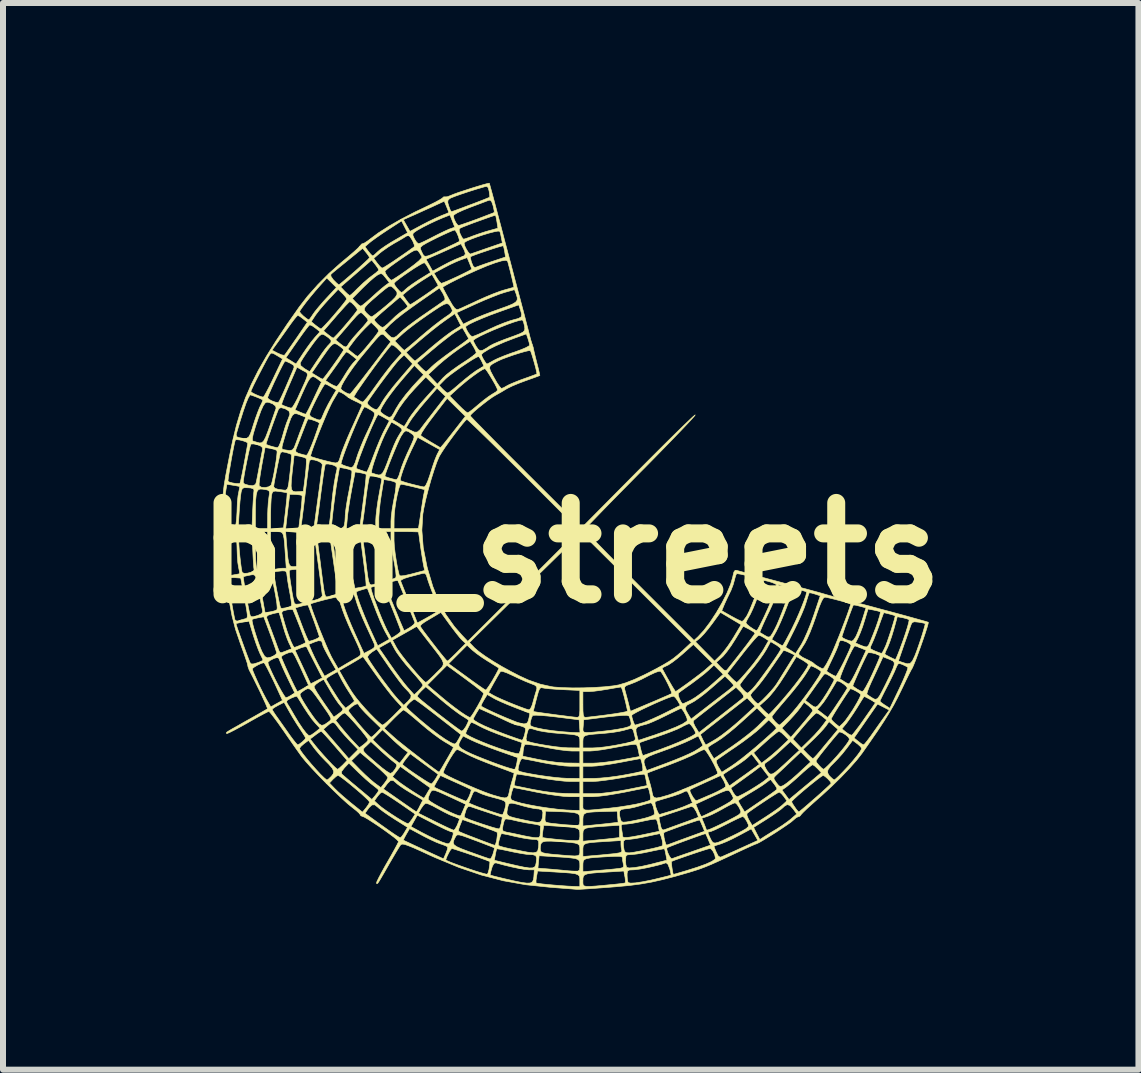
<source format=kicad_pcb>
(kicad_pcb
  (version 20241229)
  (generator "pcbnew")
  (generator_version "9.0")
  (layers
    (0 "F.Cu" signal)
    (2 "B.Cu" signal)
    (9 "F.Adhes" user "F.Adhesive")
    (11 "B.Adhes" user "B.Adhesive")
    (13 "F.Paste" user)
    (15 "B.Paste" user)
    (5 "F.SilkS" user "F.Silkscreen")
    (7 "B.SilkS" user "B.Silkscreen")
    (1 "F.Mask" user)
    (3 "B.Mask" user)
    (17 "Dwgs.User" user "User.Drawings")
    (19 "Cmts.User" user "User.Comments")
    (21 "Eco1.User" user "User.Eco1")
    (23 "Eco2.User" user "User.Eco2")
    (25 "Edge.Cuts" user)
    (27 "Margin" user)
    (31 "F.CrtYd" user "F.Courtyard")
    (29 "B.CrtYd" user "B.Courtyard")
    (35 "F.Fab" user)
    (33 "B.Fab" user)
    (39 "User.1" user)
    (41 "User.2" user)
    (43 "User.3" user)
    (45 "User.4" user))
  (footprint "bm_streets"
    (layer "F.Cu")
    (at 6.466 6.17)
    (property "Reference" "bm_streets" (at 0 0 0) (layer "F.SilkS") (effects (font (size 1.524 1.524) (thickness 0.3))))
    (attr through_hole)
    (fp_poly (pts (xy -1.357 -6.165) (xy -1.35 -6.14) (xy -1.332 -6.074) (xy -1.305 -5.977) (xy -1.273 -5.858) (xy -1.259 -5.804) (xy -1.161 -5.435) (xy -1.076 -5.111) (xy -1.001 -4.83) (xy -0.938 -4.588) (xy -0.883 -4.382) (xy -0.837 -4.209) (xy -0.799 -4.065) (xy -0.768 -3.947) (xy -0.744 -3.852) (xy -0.724 -3.776) (xy -0.708 -3.716) (xy -0.696 -3.669) (xy -0.687 -3.631) (xy -0.684 -3.619) (xy -0.664 -3.545) (xy -0.646 -3.488) (xy -0.642 -3.48) (xy -0.624 -3.421) (xy -0.621 -3.404) (xy -0.612 -3.362) (xy -0.594 -3.286) (xy -0.57 -3.19) (xy -0.563 -3.163) (xy -0.539 -3.07) (xy -0.523 -2.999) (xy -0.515 -2.961) (xy -0.516 -2.958) (xy -0.54 -2.949) (xy -0.602 -2.926) (xy -0.691 -2.894) (xy -0.758 -2.87) (xy -0.87 -2.828) (xy -0.973 -2.785) (xy -1.051 -2.747) (xy -1.076 -2.733) (xy -1.157 -2.684) (xy -1.243 -2.636) (xy -1.25 -2.632) (xy -1.304 -2.599) (xy -1.377 -2.547) (xy -1.459 -2.484) (xy -1.54 -2.419) (xy -1.61 -2.359) (xy -1.659 -2.312) (xy -1.676 -2.288) (xy -1.659 -2.268) (xy -1.609 -2.215) (xy -1.529 -2.133) (xy -1.424 -2.026) (xy -1.296 -1.896) (xy -1.149 -1.748) (xy -0.986 -1.584) (xy -0.81 -1.409) (xy -0.748 -1.346) (xy 0.181 -0.419) (xy 1.121 -1.368) (xy 1.301 -1.549) (xy 1.47 -1.718) (xy 1.625 -1.872) (xy 1.762 -2.007) (xy 1.879 -2.121) (xy 1.972 -2.21) (xy 2.037 -2.271) (xy 2.071 -2.3) (xy 2.076 -2.302) (xy 2.061 -2.281) (xy 2.014 -2.228) (xy 1.938 -2.146) (xy 1.835 -2.038) (xy 1.71 -1.908) (xy 1.565 -1.759) (xy 1.404 -1.594) (xy 1.23 -1.417) (xy 1.159 -1.346) (xy 0.981 -1.165) (xy 0.813 -0.995) (xy 0.66 -0.839) (xy 0.525 -0.7) (xy 0.412 -0.583) (xy 0.322 -0.49) (xy 0.261 -0.425) (xy 0.231 -0.391) (xy 0.229 -0.387) (xy 0.246 -0.366) (xy 0.296 -0.312) (xy 0.375 -0.23) (xy 0.481 -0.122) (xy 0.608 0.008) (xy 0.755 0.156) (xy 0.917 0.32) (xy 1.092 0.495) (xy 1.142 0.545) (xy 2.056 1.458) (xy 2.123 1.396) (xy 2.22 1.291) (xy 2.323 1.155) (xy 2.426 0.998) (xy 2.447 0.963) (xy 2.518 0.963) (xy 2.675 1.052) (xy 2.756 1.096) (xy 2.821 1.128) (xy 2.857 1.142) (xy 2.857 1.142) (xy 2.884 1.122) (xy 2.922 1.071) (xy 2.94 1.043) (xy 2.967 0.988) (xy 3.003 0.906) (xy 3.043 0.807) (xy 3.084 0.703) (xy 3.121 0.603) (xy 3.15 0.519) (xy 3.167 0.462) (xy 3.169 0.443) (xy 3.139 0.431) (xy 3.075 0.413) (xy 2.992 0.391) (xy 2.905 0.37) (xy 2.829 0.353) (xy 2.778 0.345) (xy 2.766 0.345) (xy 2.751 0.374) (xy 2.734 0.434) (xy 2.731 0.449) (xy 2.708 0.53) (xy 2.672 0.624) (xy 2.655 0.659) (xy 2.611 0.75) (xy 2.569 0.841) (xy 2.557 0.869) (xy 2.518 0.963) (xy 2.447 0.963) (xy 2.522 0.832) (xy 2.605 0.669) (xy 2.667 0.519) (xy 2.703 0.395) (xy 2.704 0.386) (xy 2.721 0.317) (xy 2.742 0.289) (xy 2.765 0.29) (xy 2.806 0.301) (xy 2.887 0.323) (xy 3.001 0.354) (xy 3.137 0.39) (xy 3.288 0.431) (xy 3.445 0.473) (xy 3.599 0.514) (xy 3.741 0.552) (xy 3.864 0.585) (xy 3.912 0.597) (xy 4.025 0.628) (xy 4.128 0.656) (xy 4.205 0.678) (xy 4.229 0.685) (xy 4.281 0.7) (xy 4.371 0.725) (xy 4.487 0.756) (xy 4.618 0.79) (xy 4.648 0.798) (xy 4.808 0.84) (xy 4.98 0.885) (xy 5.157 0.933) (xy 5.333 0.98) (xy 5.5 1.025) (xy 5.652 1.067) (xy 5.781 1.103) (xy 5.881 1.131) (xy 5.943 1.149) (xy 5.963 1.156) (xy 5.959 1.181) (xy 5.941 1.244) (xy 5.912 1.335) (xy 5.875 1.444) (xy 5.834 1.561) (xy 5.792 1.677) (xy 5.753 1.781) (xy 5.719 1.865) (xy 5.696 1.918) (xy 5.688 1.93) (xy 5.673 1.957) (xy 5.64 2.021) (xy 5.594 2.114) (xy 5.54 2.228) (xy 5.512 2.286) (xy 5.45 2.412) (xy 5.385 2.536) (xy 5.311 2.663) (xy 5.225 2.802) (xy 5.121 2.96) (xy 4.994 3.144) (xy 4.858 3.339) (xy 4.77 3.452) (xy 4.65 3.588) (xy 4.507 3.738) (xy 4.349 3.893) (xy 4.185 4.044) (xy 4.121 4.1) (xy 4.021 4.189) (xy 3.936 4.266) (xy 3.873 4.327) (xy 3.839 4.364) (xy 3.835 4.371) (xy 3.815 4.392) (xy 3.802 4.394) (xy 3.762 4.411) (xy 3.713 4.453) (xy 3.709 4.457) (xy 3.672 4.488) (xy 3.604 4.536) (xy 3.515 4.596) (xy 3.415 4.662) (xy 3.313 4.726) (xy 3.22 4.783) (xy 3.146 4.826) (xy 3.099 4.849) (xy 3.091 4.851) (xy 3.063 4.862) (xy 2.999 4.89) (xy 2.907 4.932) (xy 2.795 4.984) (xy 2.763 4.999) (xy 2.588 5.081) (xy 2.45 5.145) (xy 2.34 5.194) (xy 2.248 5.232) (xy 2.167 5.263) (xy 2.087 5.29) (xy 2 5.317) (xy 1.981 5.323) (xy 1.741 5.392) (xy 1.534 5.446) (xy 1.347 5.488) (xy 1.164 5.52) (xy 0.972 5.545) (xy 0.757 5.565) (xy 0.654 5.573) (xy 0.495 5.585) (xy 0.354 5.595) (xy 0.237 5.603) (xy 0.154 5.608) (xy 0.111 5.61) (xy 0.108 5.61) (xy 0.077 5.607) (xy 0.005 5.601) (xy -0.101 5.593) (xy -0.232 5.583) (xy -0.356 5.573) (xy -0.75 5.532) (xy -1.126 5.465) (xy -1.494 5.369) (xy -1.505 5.365) (xy -1.343 5.365) (xy -1.342 5.371) (xy -1.315 5.379) (xy -1.25 5.396) (xy -1.159 5.418) (xy -1.105 5.431) (xy -0.94 5.469) (xy -0.817 5.494) (xy -0.731 5.505) (xy -0.674 5.503) (xy -0.641 5.485) (xy -0.628 5.461) (xy -0.579 5.461) (xy -0.578 5.5) (xy -0.576 5.503) (xy -0.548 5.509) (xy -0.48 5.518) (xy -0.384 5.528) (xy -0.272 5.538) (xy -0.156 5.547) (xy -0.045 5.555) (xy 0.044 5.559) (xy 0.152 5.563) (xy 0.152 5.504) (xy 0.203 5.504) (xy 0.207 5.533) (xy 0.223 5.551) (xy 0.258 5.559) (xy 0.319 5.56) (xy 0.413 5.554) (xy 0.548 5.542) (xy 0.608 5.536) (xy 0.724 5.525) (xy 0.82 5.515) (xy 0.885 5.506) (xy 0.91 5.5) (xy 0.912 5.47) (xy 0.906 5.411) (xy 0.903 5.396) (xy 0.9 5.381) (xy 0.94 5.381) (xy 0.944 5.448) (xy 0.955 5.492) (xy 0.958 5.496) (xy 0.997 5.505) (xy 1.079 5.501) (xy 1.196 5.483) (xy 1.342 5.454) (xy 1.448 5.429) (xy 1.545 5.405) (xy 1.622 5.386) (xy 1.666 5.373) (xy 1.672 5.371) (xy 1.67 5.345) (xy 1.657 5.288) (xy 1.648 5.259) (xy 1.62 5.189) (xy 1.597 5.171) (xy 1.679 5.171) (xy 1.685 5.225) (xy 1.694 5.288) (xy 1.704 5.34) (xy 1.712 5.359) (xy 1.738 5.353) (xy 1.8 5.335) (xy 1.889 5.309) (xy 1.932 5.296) (xy 2.112 5.239) (xy 2.253 5.188) (xy 2.351 5.144) (xy 2.404 5.108) (xy 2.413 5.091) (xy 2.401 5.033) (xy 2.373 4.974) (xy 2.339 4.934) (xy 2.322 4.928) (xy 2.289 4.935) (xy 2.22 4.956) (xy 2.127 4.986) (xy 2.02 5.022) (xy 1.912 5.059) (xy 1.812 5.094) (xy 1.734 5.122) (xy 1.687 5.141) (xy 1.68 5.145) (xy 1.679 5.171) (xy 1.597 5.171) (xy 1.591 5.166) (xy 1.581 5.168) (xy 1.501 5.194) (xy 1.393 5.221) (xy 1.275 5.248) (xy 1.163 5.269) (xy 1.075 5.281) (xy 1.044 5.283) (xy 0.978 5.286) (xy 0.948 5.302) (xy 0.94 5.345) (xy 0.94 5.381) (xy 0.9 5.381) (xy 0.886 5.303) (xy 0.614 5.32) (xy 0.462 5.329) (xy 0.352 5.339) (xy 0.279 5.35) (xy 0.235 5.365) (xy 0.213 5.388) (xy 0.204 5.42) (xy 0.203 5.463) (xy 0.203 5.504) (xy 0.152 5.504) (xy 0.152 5.463) (xy 0.151 5.419) (xy 0.143 5.387) (xy 0.12 5.365) (xy 0.076 5.349) (xy 0.002 5.338) (xy -0.107 5.329) (xy -0.259 5.32) (xy -0.27 5.319) (xy -0.552 5.303) (xy -0.57 5.397) (xy -0.579 5.461) (xy -0.628 5.461) (xy -0.623 5.452) (xy -0.615 5.404) (xy -0.614 5.391) (xy -0.607 5.283) (xy -0.699 5.283) (xy -0.767 5.277) (xy -0.869 5.259) (xy -0.889 5.255) (xy -0.547 5.255) (xy -0.356 5.27) (xy -0.254 5.279) (xy -0.163 5.287) (xy -0.104 5.293) (xy -0.102 5.293) (xy -0.032 5.3) (xy 0.051 5.305) (xy 0.057 5.305) (xy 0.119 5.305) (xy 0.146 5.288) (xy 0.152 5.24) (xy 0.152 5.212) (xy 0.203 5.212) (xy 0.203 5.315) (xy 0.4 5.298) (xy 0.521 5.288) (xy 0.647 5.277) (xy 0.745 5.267) (xy 0.828 5.257) (xy 0.87 5.245) (xy 0.883 5.225) (xy 0.879 5.198) (xy 0.866 5.131) (xy 0.866 5.127) (xy 0.914 5.127) (xy 0.919 5.194) (xy 0.93 5.238) (xy 0.933 5.243) (xy 0.974 5.252) (xy 1.058 5.246) (xy 1.18 5.226) (xy 1.335 5.191) (xy 1.393 5.176) (xy 1.604 5.122) (xy 1.587 5.031) (xy 1.574 4.97) (xy 1.568 4.946) (xy 1.602 4.946) (xy 1.618 4.997) (xy 1.644 5.052) (xy 1.67 5.091) (xy 1.685 5.098) (xy 1.719 5.086) (xy 1.791 5.06) (xy 1.891 5.025) (xy 2.008 4.985) (xy 2.023 4.979) (xy 2.278 4.89) (xy 2.388 4.89) (xy 2.396 4.915) (xy 2.418 4.969) (xy 2.427 4.99) (xy 2.459 5.052) (xy 2.491 5.072) (xy 2.51 5.068) (xy 2.549 5.051) (xy 2.623 5.018) (xy 2.723 4.974) (xy 2.836 4.922) (xy 2.837 4.922) (xy 3.121 4.793) (xy 3.01 4.6) (xy 2.805 4.71) (xy 2.699 4.765) (xy 2.596 4.813) (xy 2.514 4.846) (xy 2.494 4.853) (xy 2.43 4.873) (xy 2.392 4.888) (xy 2.388 4.89) (xy 2.278 4.89) (xy 2.332 4.872) (xy 2.294 4.779) (xy 2.268 4.719) (xy 2.251 4.683) (xy 2.249 4.68) (xy 2.225 4.686) (xy 2.164 4.706) (xy 2.077 4.737) (xy 1.975 4.774) (xy 1.868 4.813) (xy 1.766 4.851) (xy 1.681 4.884) (xy 1.624 4.907) (xy 1.604 4.917) (xy 1.602 4.946) (xy 1.568 4.946) (xy 1.564 4.935) (xy 1.563 4.933) (xy 1.537 4.935) (xy 1.473 4.947) (xy 1.381 4.965) (xy 1.324 4.978) (xy 1.211 5.001) (xy 1.105 5.019) (xy 1.025 5.028) (xy 1.004 5.029) (xy 0.946 5.033) (xy 0.921 5.052) (xy 0.915 5.104) (xy 0.914 5.127) (xy 0.866 5.127) (xy 0.864 5.096) (xy 0.861 5.076) (xy 0.845 5.063) (xy 0.808 5.058) (xy 0.742 5.058) (xy 0.638 5.063) (xy 0.578 5.066) (xy 0.433 5.075) (xy 0.331 5.084) (xy 0.265 5.096) (xy 0.227 5.112) (xy 0.209 5.138) (xy 0.204 5.175) (xy 0.203 5.212) (xy 0.152 5.212) (xy 0.152 5.21) (xy 0.151 5.165) (xy 0.143 5.132) (xy 0.119 5.11) (xy 0.073 5.094) (xy -0.002 5.084) (xy -0.114 5.074) (xy -0.245 5.066) (xy -0.527 5.048) (xy -0.537 5.152) (xy -0.547 5.255) (xy -0.889 5.255) (xy -0.993 5.233) (xy -1.124 5.201) (xy -1.247 5.167) (xy -1.279 5.175) (xy -1.306 5.223) (xy -1.318 5.26) (xy -1.336 5.325) (xy -1.343 5.365) (xy -1.505 5.365) (xy -1.867 5.242) (xy -2.166 5.118) (xy -2.083 5.118) (xy -2.06 5.132) (xy -2 5.158) (xy -1.912 5.191) (xy -1.806 5.229) (xy -1.694 5.268) (xy -1.586 5.304) (xy -1.491 5.333) (xy -1.421 5.352) (xy -1.393 5.358) (xy -1.379 5.336) (xy -1.363 5.281) (xy -1.359 5.256) (xy -1.35 5.19) (xy -1.348 5.15) (xy -1.35 5.145) (xy -1.378 5.133) (xy -1.401 5.124) (xy -1.274 5.124) (xy -1.05 5.178) (xy -0.89 5.215) (xy -0.772 5.24) (xy -0.69 5.252) (xy -0.636 5.251) (xy -0.604 5.238) (xy -0.586 5.21) (xy -0.577 5.17) (xy -0.576 5.165) (xy -0.568 5.087) (xy -0.584 5.046) (xy -0.631 5.031) (xy -0.675 5.029) (xy -0.739 5.024) (xy -0.836 5.009) (xy -0.948 4.988) (xy -0.994 4.978) (xy -1.096 4.956) (xy -1.176 4.94) (xy -1.224 4.933) (xy -1.233 4.933) (xy -1.242 4.96) (xy -1.255 5.018) (xy -1.257 5.032) (xy -1.274 5.124) (xy -1.401 5.124) (xy -1.443 5.109) (xy -1.533 5.076) (xy -1.638 5.04) (xy -1.745 5.003) (xy -1.845 4.97) (xy -1.924 4.944) (xy -1.973 4.929) (xy -1.983 4.928) (xy -2.003 4.948) (xy -2.032 4.997) (xy -2.061 5.055) (xy -2.08 5.104) (xy -2.083 5.118) (xy -2.166 5.118) (xy -2.258 5.08) (xy -2.341 5.043) (xy -2.499 4.97) (xy -2.618 4.917) (xy -2.704 4.882) (xy -2.763 4.861) (xy -2.8 4.854) (xy -2.824 4.858) (xy -2.839 4.87) (xy -2.84 4.872) (xy -2.864 4.909) (xy -2.908 4.981) (xy -2.965 5.078) (xy -3.03 5.189) (xy -3.04 5.207) (xy -3.111 5.331) (xy -3.161 5.417) (xy -3.194 5.472) (xy -3.214 5.502) (xy -3.226 5.514) (xy -3.234 5.512) (xy -3.239 5.507) (xy -3.232 5.481) (xy -3.203 5.42) (xy -3.156 5.331) (xy -3.096 5.222) (xy -3.062 5.163) (xy -2.995 5.046) (xy -2.938 4.944) (xy -2.896 4.866) (xy -2.873 4.819) (xy -2.871 4.81) (xy -2.891 4.787) (xy -2.894 4.784) (xy -2.789 4.784) (xy -2.789 4.789) (xy -2.764 4.802) (xy -2.702 4.831) (xy -2.61 4.874) (xy -2.498 4.926) (xy -2.451 4.948) (xy -2.121 5.1) (xy -2.08 5.007) (xy -2.057 4.945) (xy -2.052 4.904) (xy -2.054 4.899) (xy -2.087 4.882) (xy -2.148 4.858) (xy -2.172 4.851) (xy -2.241 4.824) (xy -2.337 4.78) (xy -2.443 4.727) (xy -2.48 4.707) (xy -2.687 4.596) (xy -2.741 4.689) (xy -2.773 4.747) (xy -2.789 4.784) (xy -2.894 4.784) (xy -2.944 4.742) (xy -3.022 4.684) (xy -3.114 4.617) (xy -3.212 4.549) (xy -3.306 4.487) (xy -3.386 4.436) (xy -3.444 4.403) (xy -3.468 4.394) (xy -3.501 4.381) (xy -3.505 4.37) (xy -3.524 4.343) (xy -3.527 4.34) (xy -3.43 4.34) (xy -3.347 4.401) (xy -3.228 4.487) (xy -3.113 4.569) (xy -3.01 4.642) (xy -2.925 4.7) (xy -2.866 4.737) (xy -2.842 4.75) (xy -2.819 4.73) (xy -2.784 4.681) (xy -2.773 4.662) (xy -2.721 4.575) (xy -2.74 4.562) (xy -2.665 4.562) (xy -2.484 4.66) (xy -2.361 4.723) (xy -2.244 4.778) (xy -2.142 4.821) (xy -2.067 4.846) (xy -2.041 4.85) (xy -2.015 4.831) (xy -1.959 4.831) (xy -1.945 4.865) (xy -1.903 4.896) (xy -1.825 4.931) (xy -1.707 4.976) (xy -1.664 4.991) (xy -1.547 5.033) (xy -1.449 5.068) (xy -1.377 5.092) (xy -1.343 5.103) (xy -1.342 5.103) (xy -1.324 5.083) (xy -1.3 5.031) (xy -1.295 5.015) (xy -1.278 4.955) (xy -1.273 4.919) (xy -1.274 4.917) (xy -1.3 4.905) (xy -1.364 4.88) (xy -1.457 4.844) (xy -1.57 4.801) (xy -1.587 4.795) (xy -1.713 4.748) (xy -1.799 4.717) (xy -1.854 4.702) (xy -1.887 4.7) (xy -1.906 4.709) (xy -1.919 4.729) (xy -1.922 4.734) (xy -1.949 4.789) (xy -1.959 4.831) (xy -2.015 4.831) (xy -2.013 4.83) (xy -1.986 4.778) (xy -1.984 4.771) (xy -1.961 4.698) (xy -1.96 4.661) (xy -1.979 4.649) (xy -1.989 4.648) (xy -2.023 4.637) (xy -2.025 4.637) (xy -1.872 4.637) (xy -1.87 4.641) (xy -1.844 4.653) (xy -1.781 4.68) (xy -1.693 4.715) (xy -1.591 4.754) (xy -1.487 4.794) (xy -1.391 4.83) (xy -1.316 4.858) (xy -1.272 4.873) (xy -1.266 4.874) (xy -1.265 4.874) (xy -1.208 4.874) (xy -1.207 4.876) (xy -1.178 4.89) (xy -1.112 4.909) (xy -1.02 4.93) (xy -0.985 4.937) (xy -0.881 4.957) (xy -0.792 4.975) (xy -0.733 4.986) (xy -0.724 4.988) (xy -0.627 5) (xy -0.57 4.988) (xy -0.549 4.964) (xy -0.542 4.932) (xy -0.508 4.932) (xy -0.505 4.962) (xy -0.494 4.983) (xy -0.464 4.999) (xy -0.41 5.011) (xy -0.322 5.022) (xy -0.195 5.033) (xy -0.14 5.038) (xy -0.015 5.048) (xy 0.069 5.052) (xy 0.118 5.047) (xy 0.143 5.032) (xy 0.152 5.003) (xy 0.152 4.959) (xy 0.152 4.958) (xy 0.203 4.958) (xy 0.203 5.061) (xy 0.4 5.044) (xy 0.518 5.034) (xy 0.638 5.022) (xy 0.732 5.013) (xy 0.812 5) (xy 0.849 4.984) (xy 0.853 4.961) (xy 0.852 4.961) (xy 0.841 4.907) (xy 0.838 4.859) (xy 0.838 4.853) (xy 0.877 4.853) (xy 0.883 4.909) (xy 0.89 4.953) (xy 0.903 4.983) (xy 0.93 4.998) (xy 0.979 5) (xy 1.058 4.989) (xy 1.175 4.967) (xy 1.253 4.951) (xy 1.363 4.928) (xy 1.453 4.906) (xy 1.513 4.888) (xy 1.531 4.88) (xy 1.534 4.849) (xy 1.525 4.791) (xy 1.508 4.729) (xy 1.492 4.691) (xy 1.55 4.691) (xy 1.556 4.745) (xy 1.57 4.806) (xy 1.585 4.855) (xy 1.599 4.872) (xy 1.629 4.861) (xy 1.697 4.836) (xy 1.793 4.8) (xy 1.908 4.758) (xy 1.925 4.752) (xy 2.152 4.669) (xy 2.289 4.669) (xy 2.306 4.712) (xy 2.329 4.762) (xy 2.351 4.804) (xy 2.374 4.83) (xy 2.407 4.837) (xy 2.458 4.825) (xy 2.537 4.792) (xy 2.65 4.739) (xy 2.68 4.725) (xy 2.778 4.677) (xy 2.862 4.633) (xy 2.919 4.6) (xy 2.93 4.592) (xy 2.947 4.576) (xy 3.049 4.576) (xy 3.101 4.678) (xy 3.153 4.779) (xy 3.221 4.734) (xy 3.28 4.697) (xy 3.362 4.646) (xy 3.433 4.604) (xy 3.527 4.543) (xy 3.62 4.477) (xy 3.673 4.435) (xy 3.769 4.352) (xy 3.711 4.271) (xy 3.657 4.21) (xy 3.61 4.195) (xy 3.559 4.225) (xy 3.543 4.242) (xy 3.502 4.277) (xy 3.43 4.33) (xy 3.337 4.393) (xy 3.273 4.435) (xy 3.049 4.576) (xy 2.947 4.576) (xy 2.96 4.564) (xy 2.963 4.534) (xy 2.939 4.481) (xy 2.936 4.475) (xy 2.902 4.421) (xy 2.873 4.395) (xy 2.87 4.394) (xy 2.838 4.405) (xy 2.772 4.435) (xy 2.682 4.479) (xy 2.599 4.521) (xy 2.495 4.573) (xy 2.407 4.615) (xy 2.344 4.641) (xy 2.319 4.648) (xy 2.294 4.651) (xy 2.289 4.669) (xy 2.152 4.669) (xy 2.232 4.64) (xy 2.195 4.55) (xy 2.169 4.49) (xy 2.151 4.455) (xy 2.149 4.452) (xy 2.124 4.458) (xy 2.063 4.477) (xy 1.977 4.506) (xy 1.877 4.54) (xy 1.774 4.577) (xy 1.679 4.612) (xy 1.604 4.64) (xy 1.56 4.659) (xy 1.553 4.662) (xy 1.55 4.691) (xy 1.492 4.691) (xy 1.489 4.683) (xy 1.488 4.681) (xy 1.463 4.684) (xy 1.401 4.697) (xy 1.312 4.716) (xy 1.269 4.725) (xy 1.16 4.748) (xy 1.06 4.765) (xy 0.987 4.774) (xy 0.973 4.775) (xy 0.911 4.78) (xy 0.882 4.802) (xy 0.877 4.853) (xy 0.838 4.853) (xy 0.838 4.795) (xy 0.565 4.812) (xy 0.423 4.821) (xy 0.324 4.83) (xy 0.261 4.842) (xy 0.224 4.86) (xy 0.208 4.887) (xy 0.203 4.927) (xy 0.203 4.958) (xy 0.152 4.958) (xy 0.152 4.955) (xy 0.151 4.907) (xy 0.143 4.874) (xy 0.118 4.852) (xy 0.071 4.837) (xy -0.007 4.826) (xy -0.125 4.817) (xy -0.2 4.812) (xy -0.329 4.805) (xy -0.416 4.806) (xy -0.469 4.819) (xy -0.496 4.847) (xy -0.506 4.892) (xy -0.508 4.932) (xy -0.542 4.932) (xy -0.537 4.909) (xy -0.533 4.849) (xy -0.538 4.801) (xy -0.562 4.78) (xy -0.62 4.775) (xy -0.629 4.775) (xy -0.698 4.769) (xy -0.798 4.753) (xy -0.91 4.73) (xy -0.937 4.724) (xy -1.034 4.701) (xy -1.109 4.686) (xy -1.151 4.679) (xy -1.156 4.679) (xy -1.173 4.717) (xy -1.191 4.777) (xy -1.205 4.836) (xy -1.208 4.874) (xy -1.265 4.874) (xy -1.252 4.854) (xy -1.236 4.799) (xy -1.232 4.773) (xy -1.224 4.706) (xy -1.225 4.663) (xy -1.227 4.657) (xy -1.255 4.644) (xy -1.32 4.618) (xy -1.346 4.609) (xy -1.139 4.609) (xy -1.125 4.638) (xy -1.078 4.653) (xy -1.05 4.659) (xy -0.97 4.674) (xy -0.867 4.696) (xy -0.8 4.711) (xy -0.706 4.73) (xy -0.621 4.744) (xy -0.578 4.748) (xy -0.531 4.744) (xy -0.528 4.74) (xy -0.473 4.74) (xy -0.472 4.744) (xy -0.444 4.75) (xy -0.378 4.759) (xy -0.286 4.769) (xy -0.182 4.78) (xy -0.077 4.789) (xy 0.015 4.795) (xy 0.057 4.797) (xy 0.118 4.797) (xy 0.145 4.78) (xy 0.152 4.732) (xy 0.152 4.703) (xy 0.203 4.703) (xy 0.203 4.806) (xy 0.387 4.79) (xy 0.501 4.779) (xy 0.613 4.768) (xy 0.692 4.759) (xy 0.813 4.745) (xy 0.813 4.544) (xy 0.841 4.544) (xy 0.847 4.595) (xy 0.848 4.601) (xy 0.859 4.669) (xy 0.864 4.718) (xy 0.871 4.736) (xy 0.896 4.744) (xy 0.945 4.743) (xy 1.026 4.732) (xy 1.144 4.71) (xy 1.278 4.682) (xy 1.477 4.64) (xy 1.461 4.549) (xy 1.445 4.484) (xy 1.429 4.443) (xy 1.427 4.44) (xy 1.396 4.438) (xy 1.329 4.447) (xy 1.238 4.465) (xy 1.206 4.472) (xy 1.099 4.495) (xy 0.999 4.513) (xy 0.926 4.521) (xy 0.918 4.521) (xy 0.86 4.525) (xy 0.841 4.544) (xy 0.813 4.544) (xy 0.813 4.54) (xy 0.552 4.557) (xy 0.414 4.567) (xy 0.317 4.577) (xy 0.256 4.589) (xy 0.222 4.608) (xy 0.207 4.637) (xy 0.203 4.679) (xy 0.203 4.703) (xy 0.152 4.703) (xy 0.152 4.701) (xy 0.151 4.653) (xy 0.142 4.619) (xy 0.117 4.596) (xy 0.068 4.581) (xy -0.012 4.571) (xy -0.133 4.562) (xy -0.193 4.558) (xy -0.45 4.541) (xy -0.465 4.638) (xy -0.473 4.702) (xy -0.473 4.74) (xy -0.528 4.74) (xy -0.512 4.718) (xy -0.508 4.661) (xy -0.507 4.596) (xy -0.503 4.555) (xy -0.503 4.553) (xy -0.522 4.54) (xy -0.579 4.526) (xy -0.641 4.516) (xy -0.754 4.498) (xy -0.877 4.473) (xy -0.932 4.46) (xy -1.013 4.442) (xy -1.073 4.435) (xy -1.096 4.44) (xy -1.112 4.475) (xy -1.128 4.538) (xy -1.13 4.549) (xy -1.139 4.609) (xy -1.346 4.609) (xy -1.414 4.584) (xy -1.523 4.545) (xy -1.806 4.445) (xy -1.844 4.537) (xy -1.866 4.598) (xy -1.872 4.637) (xy -2.025 4.637) (xy -2.093 4.607) (xy -2.186 4.562) (xy -2.29 4.51) (xy -2.558 4.372) (xy -2.611 4.467) (xy -2.665 4.562) (xy -2.74 4.562) (xy -2.944 4.434) (xy -3.042 4.37) (xy -3.129 4.309) (xy -3.191 4.262) (xy -3.213 4.242) (xy -3.267 4.199) (xy -3.315 4.201) (xy -3.367 4.251) (xy -3.377 4.266) (xy -3.43 4.34) (xy -3.527 4.34) (xy -3.574 4.297) (xy -3.639 4.246) (xy -3.72 4.18) (xy -3.825 4.085) (xy -3.946 3.969) (xy -4.075 3.842) (xy -4.081 3.836) (xy -4.023 3.836) (xy -3.935 3.928) (xy -3.875 3.986) (xy -3.79 4.062) (xy -3.694 4.143) (xy -3.66 4.171) (xy -3.472 4.322) (xy -3.413 4.25) (xy -3.374 4.196) (xy -3.354 4.156) (xy -3.354 4.152) (xy -3.368 4.133) (xy -3.275 4.133) (xy -3.206 4.197) (xy -3.154 4.24) (xy -3.078 4.295) (xy -2.989 4.355) (xy -2.898 4.414) (xy -2.814 4.465) (xy -2.749 4.5) (xy -2.713 4.515) (xy -2.71 4.514) (xy -2.684 4.49) (xy -2.647 4.44) (xy -2.641 4.43) (xy -2.592 4.353) (xy -2.613 4.339) (xy -2.54 4.339) (xy -2.256 4.481) (xy -2.146 4.535) (xy -2.052 4.58) (xy -1.984 4.61) (xy -1.951 4.623) (xy -1.95 4.623) (xy -1.927 4.602) (xy -1.897 4.549) (xy -1.891 4.535) (xy -1.867 4.475) (xy -1.855 4.438) (xy -1.854 4.435) (xy -1.876 4.421) (xy -1.919 4.404) (xy -1.775 4.404) (xy -1.774 4.407) (xy -1.742 4.423) (xy -1.676 4.45) (xy -1.586 4.482) (xy -1.484 4.517) (xy -1.382 4.55) (xy -1.292 4.578) (xy -1.224 4.596) (xy -1.191 4.601) (xy -1.189 4.601) (xy -1.174 4.567) (xy -1.158 4.505) (xy -1.156 4.496) (xy -1.14 4.407) (xy -1.389 4.324) (xy -1.498 4.288) (xy -1.591 4.257) (xy -1.657 4.234) (xy -1.68 4.227) (xy -1.713 4.23) (xy -1.741 4.273) (xy -1.752 4.305) (xy -1.77 4.366) (xy -1.775 4.404) (xy -1.919 4.404) (xy -1.93 4.399) (xy -1.949 4.393) (xy -2.019 4.365) (xy -2.112 4.319) (xy -2.21 4.266) (xy -2.218 4.262) (xy -2.303 4.216) (xy -2.374 4.184) (xy -2.416 4.173) (xy -2.421 4.173) (xy -2.453 4.202) (xy -2.492 4.256) (xy -2.496 4.262) (xy -2.54 4.339) (xy -2.613 4.339) (xy -2.857 4.17) (xy -2.96 4.101) (xy -3.048 4.044) (xy -3.113 4.005) (xy -3.146 3.988) (xy -3.147 3.988) (xy -3.177 4.007) (xy -3.218 4.053) (xy -3.223 4.06) (xy -3.275 4.133) (xy -3.368 4.133) (xy -3.372 4.127) (xy -3.421 4.079) (xy -3.492 4.014) (xy -3.577 3.941) (xy -3.665 3.867) (xy -3.749 3.799) (xy -3.819 3.746) (xy -3.866 3.714) (xy -3.88 3.708) (xy -3.911 3.725) (xy -3.957 3.767) (xy -3.963 3.772) (xy -4.023 3.836) (xy -4.081 3.836) (xy -4.201 3.713) (xy -4.318 3.589) (xy -4.416 3.48) (xy -4.486 3.395) (xy -4.496 3.381) (xy -4.55 3.305) (xy -4.582 3.26) (xy -4.521 3.26) (xy -4.505 3.294) (xy -4.462 3.354) (xy -4.399 3.433) (xy -4.325 3.521) (xy -4.248 3.608) (xy -4.175 3.687) (xy -4.114 3.747) (xy -4.073 3.781) (xy -4.063 3.785) (xy -4.037 3.768) (xy -3.994 3.727) (xy -3.99 3.723) (xy -3.958 3.68) (xy -3.957 3.679) (xy -3.823 3.679) (xy -3.819 3.684) (xy -3.79 3.71) (xy -3.731 3.761) (xy -3.65 3.83) (xy -3.555 3.909) (xy -3.554 3.91) (xy -3.315 4.11) (xy -3.258 4.043) (xy -3.22 3.993) (xy -3.202 3.96) (xy -3.201 3.958) (xy -3.219 3.935) (xy -3.124 3.935) (xy -2.965 4.046) (xy -2.821 4.147) (xy -2.706 4.227) (xy -2.625 4.283) (xy -2.58 4.313) (xy -2.572 4.317) (xy -2.558 4.297) (xy -2.53 4.247) (xy -2.516 4.218) (xy -2.465 4.119) (xy -2.478 4.112) (xy -2.377 4.112) (xy -2.376 4.113) (xy -2.344 4.141) (xy -2.279 4.182) (xy -2.194 4.23) (xy -2.098 4.279) (xy -2.003 4.325) (xy -1.92 4.361) (xy -1.86 4.382) (xy -1.836 4.383) (xy -1.824 4.359) (xy -1.8 4.305) (xy -1.791 4.284) (xy -1.751 4.189) (xy -1.796 4.169) (xy -1.701 4.169) (xy -1.606 4.209) (xy -1.546 4.233) (xy -1.461 4.263) (xy -1.364 4.297) (xy -1.269 4.328) (xy -1.191 4.353) (xy -1.144 4.366) (xy -1.14 4.367) (xy -1.124 4.346) (xy -1.124 4.344) (xy -1.064 4.344) (xy -1.05 4.372) (xy -1.014 4.394) (xy -0.947 4.414) (xy -0.843 4.438) (xy -0.749 4.458) (xy -0.634 4.482) (xy -0.558 4.492) (xy -0.513 4.487) (xy -0.488 4.463) (xy -0.486 4.457) (xy -0.429 4.457) (xy -0.414 4.487) (xy -0.37 4.5) (xy -0.325 4.507) (xy -0.11 4.53) (xy 0.07 4.542) (xy 0.123 4.542) (xy 0.146 4.523) (xy 0.152 4.472) (xy 0.152 4.448) (xy 0.203 4.448) (xy 0.203 4.553) (xy 0.375 4.536) (xy 0.486 4.525) (xy 0.599 4.513) (xy 0.668 4.505) (xy 0.79 4.491) (xy 0.782 4.398) (xy 0.775 4.31) (xy 0.813 4.31) (xy 0.815 4.376) (xy 0.829 4.44) (xy 0.844 4.475) (xy 0.872 4.489) (xy 0.93 4.485) (xy 0.957 4.481) (xy 1.043 4.465) (xy 1.152 4.442) (xy 1.233 4.423) (xy 1.287 4.407) (xy 1.47 4.407) (xy 1.487 4.496) (xy 1.505 4.575) (xy 1.525 4.613) (xy 1.551 4.618) (xy 1.558 4.615) (xy 1.593 4.603) (xy 1.664 4.577) (xy 1.761 4.542) (xy 1.854 4.508) (xy 1.962 4.469) (xy 2.05 4.436) (xy 2.084 4.423) (xy 2.185 4.423) (xy 2.223 4.513) (xy 2.247 4.574) (xy 2.26 4.61) (xy 2.261 4.613) (xy 2.267 4.621) (xy 2.291 4.617) (xy 2.34 4.598) (xy 2.421 4.561) (xy 2.524 4.512) (xy 2.628 4.46) (xy 2.718 4.413) (xy 2.782 4.377) (xy 2.787 4.374) (xy 2.938 4.374) (xy 2.96 4.43) (xy 2.972 4.453) (xy 3.026 4.544) (xy 3.247 4.403) (xy 3.348 4.336) (xy 3.441 4.272) (xy 3.511 4.219) (xy 3.536 4.197) (xy 3.59 4.147) (xy 3.683 4.147) (xy 3.696 4.177) (xy 3.728 4.226) (xy 3.764 4.278) (xy 3.794 4.312) (xy 3.803 4.318) (xy 3.825 4.302) (xy 3.877 4.259) (xy 3.953 4.194) (xy 4.045 4.113) (xy 4.078 4.085) (xy 4.174 4) (xy 4.254 3.927) (xy 4.313 3.872) (xy 4.341 3.842) (xy 4.343 3.839) (xy 4.326 3.809) (xy 4.287 3.766) (xy 4.242 3.727) (xy 4.211 3.708) (xy 4.21 3.708) (xy 4.182 3.724) (xy 4.125 3.765) (xy 4.049 3.825) (xy 3.962 3.895) (xy 3.874 3.969) (xy 3.793 4.039) (xy 3.729 4.097) (xy 3.69 4.136) (xy 3.683 4.147) (xy 3.59 4.147) (xy 3.605 4.133) (xy 3.553 4.06) (xy 3.512 4.012) (xy 3.479 3.988) (xy 3.476 3.988) (xy 3.449 4.001) (xy 3.39 4.037) (xy 3.31 4.088) (xy 3.218 4.149) (xy 3.124 4.212) (xy 3.039 4.27) (xy 2.972 4.318) (xy 2.939 4.344) (xy 2.938 4.374) (xy 2.787 4.374) (xy 2.803 4.364) (xy 2.833 4.335) (xy 2.836 4.305) (xy 2.812 4.252) (xy 2.809 4.246) (xy 2.774 4.193) (xy 2.743 4.166) (xy 2.739 4.166) (xy 2.704 4.178) (xy 2.639 4.209) (xy 2.556 4.254) (xy 2.539 4.264) (xy 2.442 4.317) (xy 2.35 4.363) (xy 2.28 4.392) (xy 2.276 4.393) (xy 2.185 4.423) (xy 2.084 4.423) (xy 2.109 4.414) (xy 2.128 4.406) (xy 2.123 4.382) (xy 2.101 4.329) (xy 2.091 4.307) (xy 2.051 4.243) (xy 2.014 4.226) (xy 2.008 4.227) (xy 1.968 4.241) (xy 1.892 4.266) (xy 1.793 4.3) (xy 1.719 4.324) (xy 1.47 4.407) (xy 1.287 4.407) (xy 1.316 4.398) (xy 1.375 4.374) (xy 1.397 4.356) (xy 1.39 4.287) (xy 1.373 4.22) (xy 1.352 4.177) (xy 1.405 4.177) (xy 1.417 4.232) (xy 1.439 4.293) (xy 1.462 4.342) (xy 1.482 4.361) (xy 1.483 4.361) (xy 1.521 4.348) (xy 1.592 4.327) (xy 1.656 4.308) (xy 1.761 4.275) (xy 1.867 4.237) (xy 1.916 4.217) (xy 1.985 4.187) (xy 2.085 4.187) (xy 2.126 4.291) (xy 2.154 4.354) (xy 2.175 4.39) (xy 2.181 4.394) (xy 2.208 4.384) (xy 2.27 4.355) (xy 2.355 4.313) (xy 2.399 4.291) (xy 2.499 4.239) (xy 2.588 4.19) (xy 2.651 4.152) (xy 2.664 4.143) (xy 2.677 4.132) (xy 2.794 4.132) (xy 2.806 4.161) (xy 2.836 4.215) (xy 2.847 4.232) (xy 2.9 4.318) (xy 3.164 4.138) (xy 3.266 4.068) (xy 3.351 4.008) (xy 3.411 3.964) (xy 3.425 3.952) (xy 3.522 3.952) (xy 3.64 4.112) (xy 3.82 3.962) (xy 3.913 3.885) (xy 4.002 3.811) (xy 4.073 3.752) (xy 4.089 3.738) (xy 4.178 3.663) (xy 4.178 3.662) (xy 4.282 3.662) (xy 4.305 3.706) (xy 4.32 3.723) (xy 4.364 3.765) (xy 4.392 3.784) (xy 4.393 3.785) (xy 4.417 3.768) (xy 4.466 3.723) (xy 4.529 3.659) (xy 4.537 3.651) (xy 4.628 3.554) (xy 4.711 3.458) (xy 4.781 3.372) (xy 4.83 3.304) (xy 4.851 3.263) (xy 4.851 3.26) (xy 4.833 3.23) (xy 4.787 3.188) (xy 4.776 3.18) (xy 4.701 3.124) (xy 4.601 3.257) (xy 4.531 3.346) (xy 4.454 3.432) (xy 4.408 3.48) (xy 4.33 3.558) (xy 4.289 3.616) (xy 4.282 3.662) (xy 4.178 3.662) (xy 4.117 3.597) (xy 4.07 3.553) (xy 4.036 3.531) (xy 4.033 3.531) (xy 4.006 3.547) (xy 3.952 3.59) (xy 3.879 3.653) (xy 3.84 3.689) (xy 3.754 3.767) (xy 3.673 3.837) (xy 3.611 3.888) (xy 3.595 3.9) (xy 3.522 3.952) (xy 3.425 3.952) (xy 3.439 3.942) (xy 3.439 3.941) (xy 3.432 3.912) (xy 3.4 3.863) (xy 3.39 3.85) (xy 3.331 3.776) (xy 3.247 3.839) (xy 3.184 3.883) (xy 3.094 3.94) (xy 2.995 4) (xy 2.978 4.01) (xy 2.894 4.061) (xy 2.83 4.102) (xy 2.797 4.128) (xy 2.794 4.132) (xy 2.677 4.132) (xy 2.703 4.109) (xy 2.71 4.08) (xy 2.688 4.034) (xy 2.679 4.019) (xy 2.66 3.986) (xy 2.642 3.965) (xy 2.617 3.958) (xy 2.577 3.966) (xy 2.514 3.99) (xy 2.419 4.033) (xy 2.306 4.085) (xy 2.085 4.187) (xy 1.985 4.187) (xy 2.03 4.168) (xy 1.99 4.072) (xy 1.961 4.003) (xy 1.94 3.972) (xy 1.913 3.971) (xy 1.868 3.993) (xy 1.863 3.996) (xy 1.803 4.021) (xy 1.712 4.052) (xy 1.61 4.083) (xy 1.603 4.085) (xy 1.513 4.111) (xy 1.444 4.133) (xy 1.41 4.145) (xy 1.408 4.146) (xy 1.405 4.177) (xy 1.352 4.177) (xy 1.351 4.175) (xy 1.337 4.166) (xy 1.299 4.173) (xy 1.229 4.192) (xy 1.147 4.217) (xy 1.048 4.244) (xy 0.956 4.262) (xy 0.899 4.267) (xy 0.841 4.277) (xy 0.813 4.31) (xy 0.775 4.31) (xy 0.775 4.305) (xy 0.546 4.312) (xy 0.408 4.316) (xy 0.314 4.323) (xy 0.254 4.335) (xy 0.221 4.356) (xy 0.207 4.388) (xy 0.203 4.436) (xy 0.203 4.448) (xy 0.152 4.448) (xy 0.152 4.447) (xy 0.15 4.399) (xy 0.138 4.365) (xy 0.109 4.343) (xy 0.054 4.329) (xy -0.035 4.32) (xy -0.164 4.314) (xy -0.203 4.313) (xy -0.419 4.305) (xy -0.427 4.399) (xy -0.429 4.457) (xy -0.486 4.457) (xy -0.474 4.421) (xy -0.471 4.406) (xy -0.464 4.326) (xy -0.482 4.283) (xy -0.533 4.268) (xy -0.554 4.267) (xy -0.613 4.26) (xy -0.701 4.242) (xy -0.799 4.217) (xy -0.8 4.216) (xy -0.908 4.186) (xy -0.977 4.172) (xy -1.017 4.174) (xy -1.037 4.194) (xy -1.048 4.233) (xy -1.051 4.248) (xy -1.062 4.304) (xy -1.064 4.344) (xy -1.124 4.344) (xy -1.105 4.291) (xy -1.097 4.262) (xy -1.083 4.201) (xy -1.085 4.161) (xy -1.109 4.134) (xy -1.165 4.111) (xy -1.26 4.085) (xy -1.291 4.077) (xy -1.389 4.05) (xy -1.479 4.019) (xy -1.53 3.997) (xy -1.579 3.973) (xy -1.607 3.971) (xy -1.629 3.998) (xy -1.657 4.064) (xy -1.66 4.072) (xy -1.701 4.169) (xy -1.796 4.169) (xy -1.974 4.086) (xy -2.104 4.026) (xy -2.196 3.985) (xy -2.257 3.962) (xy -2.295 3.955) (xy -2.318 3.963) (xy -2.334 3.984) (xy -2.35 4.015) (xy -2.373 4.073) (xy -2.377 4.112) (xy -2.478 4.112) (xy -2.664 4.002) (xy -2.759 3.944) (xy -2.841 3.889) (xy -2.897 3.847) (xy -2.909 3.835) (xy -2.959 3.793) (xy -3.004 3.794) (xy -3.054 3.841) (xy -3.068 3.86) (xy -3.124 3.935) (xy -3.219 3.935) (xy -3.22 3.934) (xy -3.267 3.896) (xy -3.283 3.884) (xy -3.339 3.84) (xy -3.417 3.773) (xy -3.503 3.693) (xy -3.532 3.666) (xy -3.698 3.504) (xy -3.772 3.581) (xy -3.819 3.641) (xy -3.823 3.679) (xy -3.957 3.679) (xy -3.952 3.638) (xy -3.976 3.589) (xy -4.033 3.523) (xy -4.089 3.467) (xy -4.169 3.384) (xy -4.25 3.288) (xy -4.284 3.245) (xy -4.372 3.125) (xy -4.447 3.18) (xy -4.496 3.223) (xy -4.521 3.256) (xy -4.521 3.26) (xy -4.582 3.26) (xy -4.623 3.201) (xy -4.707 3.081) (xy -4.792 2.958) (xy -4.805 2.94) (xy -4.88 2.833) (xy -4.946 2.744) (xy -4.997 2.678) (xy -5.028 2.644) (xy -5.034 2.642) (xy -5.063 2.654) (xy -5.127 2.687) (xy -5.219 2.737) (xy -5.33 2.799) (xy -5.389 2.833) (xy -5.506 2.898) (xy -5.606 2.952) (xy -5.683 2.991) (xy -5.727 3.01) (xy -5.735 3.011) (xy -5.742 3.004) (xy -5.742 2.997) (xy -5.73 2.985) (xy -5.699 2.965) (xy -5.645 2.933) (xy -5.559 2.885) (xy -5.438 2.816) (xy -5.397 2.793) (xy -5.281 2.728) (xy -5.181 2.671) (xy -5.105 2.627) (xy -5.07 2.607) (xy -4.978 2.607) (xy -4.965 2.634) (xy -4.93 2.689) (xy -4.894 2.74) (xy -4.837 2.82) (xy -4.765 2.922) (xy -4.694 3.023) (xy -4.69 3.029) (xy -4.632 3.108) (xy -4.585 3.167) (xy -4.556 3.198) (xy -4.552 3.2) (xy -4.521 3.184) (xy -4.477 3.151) (xy -4.436 3.112) (xy -4.429 3.102) (xy -4.345 3.102) (xy -4.262 3.208) (xy -4.197 3.286) (xy -4.123 3.37) (xy -4.047 3.454) (xy -3.978 3.527) (xy -3.923 3.58) (xy -3.891 3.606) (xy -3.888 3.607) (xy -3.861 3.59) (xy -3.815 3.548) (xy -3.799 3.533) (xy -3.734 3.465) (xy -3.658 3.465) (xy -3.512 3.615) (xy -3.428 3.697) (xy -3.342 3.776) (xy -3.272 3.834) (xy -3.265 3.839) (xy -3.165 3.913) (xy -3.108 3.842) (xy -3.069 3.788) (xy -3.049 3.747) (xy -3.049 3.744) (xy -3.058 3.731) (xy -2.972 3.731) (xy -2.872 3.812) (xy -2.821 3.849) (xy -2.748 3.9) (xy -2.663 3.957) (xy -2.578 4.011) (xy -2.506 4.056) (xy -2.458 4.084) (xy -2.447 4.089) (xy -2.433 4.07) (xy -2.403 4.021) (xy -2.393 4.003) (xy -2.342 3.917) (xy -2.361 3.903) (xy -2.277 3.903) (xy -2.251 3.917) (xy -2.19 3.946) (xy -2.106 3.984) (xy -2.01 4.027) (xy -1.914 4.069) (xy -1.831 4.105) (xy -1.771 4.13) (xy -1.747 4.139) (xy -1.726 4.119) (xy -1.698 4.067) (xy -1.689 4.047) (xy -1.667 3.987) (xy -1.658 3.95) (xy -1.659 3.946) (xy -1.684 3.933) (xy -1.746 3.903) (xy -1.835 3.862) (xy -1.92 3.824) (xy -2.172 3.71) (xy -2.228 3.803) (xy -2.261 3.862) (xy -2.277 3.898) (xy -2.277 3.903) (xy -2.361 3.903) (xy -2.592 3.738) (xy -2.841 3.559) (xy -2.907 3.645) (xy -2.972 3.731) (xy -3.058 3.731) (xy -3.067 3.718) (xy -3.117 3.667) (xy -3.191 3.598) (xy -3.28 3.52) (xy -3.512 3.325) (xy -3.585 3.395) (xy -3.658 3.465) (xy -3.734 3.465) (xy -3.728 3.458) (xy -3.938 3.215) (xy -4.018 3.123) (xy -4.086 3.047) (xy -4.136 2.994) (xy -4.16 2.972) (xy -4.161 2.972) (xy -4.187 2.986) (xy -4.238 3.021) (xy -4.259 3.037) (xy -4.345 3.102) (xy -4.429 3.102) (xy -4.42 3.088) (xy -4.433 3.06) (xy -4.468 3.004) (xy -4.51 2.94) (xy -4.573 2.844) (xy -4.642 2.732) (xy -4.69 2.649) (xy -4.779 2.49) (xy -4.879 2.541) (xy -4.939 2.575) (xy -4.974 2.601) (xy -4.978 2.607) (xy -5.07 2.607) (xy -5.062 2.602) (xy -5.056 2.598) (xy -5.063 2.574) (xy -5.088 2.513) (xy -5.129 2.424) (xy -5.179 2.316) (xy -5.237 2.198) (xy -5.296 2.078) (xy -5.354 1.965) (xy -5.362 1.95) (xy -5.368 1.932) (xy -5.309 1.932) (xy -5.298 1.97) (xy -5.269 2.04) (xy -5.228 2.132) (xy -5.18 2.235) (xy -5.13 2.336) (xy -5.084 2.423) (xy -5.065 2.458) (xy -5.001 2.567) (xy -4.904 2.512) (xy -4.84 2.477) (xy -4.739 2.477) (xy -4.726 2.51) (xy -4.718 2.522) (xy -4.685 2.576) (xy -4.64 2.653) (xy -4.61 2.705) (xy -4.538 2.825) (xy -4.471 2.925) (xy -4.414 3) (xy -4.372 3.041) (xy -4.358 3.047) (xy -4.322 3.032) (xy -4.268 2.994) (xy -4.255 2.984) (xy -4.199 2.939) (xy -4.124 2.939) (xy -3.911 3.185) (xy -3.699 3.431) (xy -3.622 3.354) (xy -3.56 3.292) (xy -3.459 3.292) (xy -3.44 3.323) (xy -3.395 3.368) (xy -3.32 3.434) (xy -3.226 3.516) (xy -3.142 3.586) (xy -3.069 3.64) (xy -3.018 3.671) (xy -3.002 3.676) (xy -2.966 3.652) (xy -2.927 3.602) (xy -2.926 3.601) (xy -2.9 3.551) (xy -2.905 3.523) (xy -2.805 3.523) (xy -2.804 3.529) (xy -2.764 3.562) (xy -2.698 3.612) (xy -2.615 3.67) (xy -2.527 3.729) (xy -2.443 3.784) (xy -2.375 3.826) (xy -2.332 3.849) (xy -2.324 3.852) (xy -2.296 3.826) (xy -2.259 3.774) (xy -2.254 3.767) (xy -2.21 3.691) (xy -2.239 3.669) (xy -2.125 3.669) (xy -2.098 3.689) (xy -2.033 3.725) (xy -1.938 3.771) (xy -1.824 3.823) (xy -1.699 3.878) (xy -1.573 3.932) (xy -1.454 3.98) (xy -1.351 4.018) (xy -1.285 4.04) (xy -1.176 4.071) (xy -1.105 4.084) (xy -1.064 4.079) (xy -1.062 4.076) (xy -1.002 4.076) (xy -0.992 4.113) (xy -0.985 4.118) (xy -0.922 4.144) (xy -0.819 4.173) (xy -0.686 4.201) (xy -0.535 4.229) (xy -0.374 4.253) (xy -0.216 4.273) (xy -0.07 4.286) (xy 0.019 4.29) (xy 0.152 4.293) (xy 0.152 4.223) (xy 0.202 4.223) (xy 0.204 4.255) (xy 0.216 4.275) (xy 0.245 4.286) (xy 0.297 4.288) (xy 0.381 4.282) (xy 0.502 4.27) (xy 0.639 4.256) (xy 0.803 4.236) (xy 0.96 4.212) (xy 1.101 4.186) (xy 1.215 4.159) (xy 1.295 4.134) (xy 1.327 4.117) (xy 1.33 4.088) (xy 1.324 4.032) (xy 1.311 3.971) (xy 1.296 3.925) (xy 1.285 3.912) (xy 1.259 3.916) (xy 1.192 3.93) (xy 1.093 3.949) (xy 0.97 3.974) (xy 0.902 3.988) (xy 0.754 4.015) (xy 0.61 4.039) (xy 0.482 4.055) (xy 0.385 4.063) (xy 0.364 4.064) (xy 0.203 4.064) (xy 0.203 4.178) (xy 0.202 4.223) (xy 0.152 4.223) (xy 0.152 4.064) (xy -0.021 4.064) (xy -0.111 4.059) (xy -0.235 4.044) (xy -0.379 4.023) (xy -0.529 3.996) (xy -0.572 3.988) (xy -0.703 3.961) (xy -0.815 3.939) (xy -0.9 3.922) (xy -0.948 3.913) (xy -0.955 3.912) (xy -0.966 3.933) (xy -0.984 3.988) (xy -0.989 4.006) (xy -1.002 4.076) (xy -1.062 4.076) (xy -1.041 4.052) (xy -1.029 4.003) (xy -1.027 3.994) (xy -1.008 3.907) (xy -1 3.879) (xy -0.944 3.879) (xy -0.631 3.943) (xy -0.438 3.977) (xy -0.249 4.001) (xy -0.087 4.01) (xy -0.083 4.01) (xy 0.152 4.013) (xy 0.152 3.81) (xy 0.203 3.81) (xy 0.203 4.013) (xy 0.4 4.013) (xy 0.509 4.008) (xy 0.65 3.992) (xy 0.806 3.969) (xy 0.936 3.946) (xy 1.274 3.878) (xy 1.257 3.787) (xy 1.244 3.725) (xy 1.233 3.69) (xy 1.232 3.688) (xy 1.206 3.689) (xy 1.138 3.698) (xy 1.039 3.714) (xy 0.918 3.736) (xy 0.869 3.745) (xy 0.725 3.769) (xy 0.584 3.789) (xy 0.46 3.804) (xy 0.37 3.81) (xy 0.358 3.81) (xy 0.203 3.81) (xy 0.152 3.81) (xy -0.016 3.81) (xy -0.105 3.805) (xy -0.228 3.792) (xy -0.371 3.773) (xy -0.517 3.749) (xy -0.539 3.745) (xy -0.666 3.722) (xy -0.774 3.704) (xy -0.855 3.692) (xy -0.897 3.687) (xy -0.902 3.688) (xy -0.911 3.715) (xy -0.924 3.774) (xy -0.927 3.787) (xy -0.944 3.879) (xy -1 3.879) (xy -0.981 3.81) (xy -0.974 3.788) (xy -0.954 3.72) (xy -0.945 3.677) (xy -0.945 3.67) (xy -0.97 3.66) (xy -1.034 3.635) (xy -1.092 3.613) (xy -0.878 3.613) (xy -0.874 3.631) (xy -0.838 3.646) (xy -0.762 3.665) (xy -0.657 3.685) (xy -0.534 3.706) (xy -0.402 3.725) (xy -0.274 3.741) (xy -0.159 3.752) (xy -0.07 3.757) (xy 0.152 3.759) (xy 0.152 3.556) (xy 0.203 3.556) (xy 0.203 3.759) (xy 0.386 3.759) (xy 0.487 3.754) (xy 0.62 3.742) (xy 0.764 3.723) (xy 0.875 3.705) (xy 0.994 3.683) (xy 1.058 3.67) (xy 1.276 3.67) (xy 1.278 3.695) (xy 1.294 3.753) (xy 1.305 3.788) (xy 1.332 3.881) (xy 1.354 3.975) (xy 1.357 3.994) (xy 1.37 4.047) (xy 1.391 4.077) (xy 1.431 4.086) (xy 1.498 4.074) (xy 1.602 4.044) (xy 1.626 4.037) (xy 1.701 4.011) (xy 1.804 3.971) (xy 1.863 3.947) (xy 1.988 3.947) (xy 1.989 3.976) (xy 2.012 4.027) (xy 2.044 4.081) (xy 2.077 4.121) (xy 2.097 4.13) (xy 2.132 4.116) (xy 2.202 4.086) (xy 2.294 4.046) (xy 2.349 4.023) (xy 2.446 3.978) (xy 2.524 3.937) (xy 2.553 3.919) (xy 2.67 3.919) (xy 2.707 3.992) (xy 2.742 4.042) (xy 2.774 4.064) (xy 2.776 4.064) (xy 2.811 4.051) (xy 2.877 4.018) (xy 2.961 3.971) (xy 2.987 3.956) (xy 3.082 3.897) (xy 3.168 3.841) (xy 3.23 3.798) (xy 3.237 3.792) (xy 3.265 3.769) (xy 3.389 3.769) (xy 3.417 3.813) (xy 3.43 3.832) (xy 3.47 3.881) (xy 3.5 3.895) (xy 3.541 3.879) (xy 3.562 3.866) (xy 3.613 3.83) (xy 3.688 3.769) (xy 3.775 3.693) (xy 3.818 3.653) (xy 4 3.484) (xy 3.986 3.469) (xy 4.089 3.469) (xy 4.105 3.5) (xy 4.143 3.545) (xy 4.185 3.587) (xy 4.214 3.607) (xy 4.215 3.607) (xy 4.24 3.59) (xy 4.288 3.545) (xy 4.347 3.486) (xy 4.436 3.389) (xy 4.518 3.293) (xy 4.585 3.208) (xy 4.631 3.143) (xy 4.648 3.105) (xy 4.648 3.104) (xy 4.637 3.084) (xy 4.724 3.084) (xy 4.794 3.141) (xy 4.845 3.18) (xy 4.879 3.199) (xy 4.882 3.199) (xy 4.904 3.181) (xy 4.946 3.129) (xy 5.001 3.056) (xy 5.02 3.029) (xy 5.091 2.928) (xy 5.163 2.826) (xy 5.223 2.742) (xy 5.226 2.738) (xy 5.311 2.619) (xy 5.214 2.569) (xy 5.116 2.519) (xy 4.92 2.801) (xy 4.724 3.084) (xy 4.637 3.084) (xy 4.63 3.071) (xy 4.586 3.033) (xy 4.533 3) (xy 4.489 2.984) (xy 4.473 2.988) (xy 4.398 3.075) (xy 4.32 3.169) (xy 4.243 3.264) (xy 4.175 3.349) (xy 4.123 3.418) (xy 4.094 3.46) (xy 4.089 3.469) (xy 3.986 3.469) (xy 3.837 3.317) (xy 3.652 3.492) (xy 3.568 3.572) (xy 3.493 3.642) (xy 3.438 3.693) (xy 3.42 3.71) (xy 3.391 3.741) (xy 3.389 3.769) (xy 3.265 3.769) (xy 3.306 3.736) (xy 3.168 3.555) (xy 3.089 3.615) (xy 3.03 3.659) (xy 2.946 3.72) (xy 2.854 3.787) (xy 2.84 3.797) (xy 2.67 3.919) (xy 2.553 3.919) (xy 2.573 3.907) (xy 2.583 3.896) (xy 2.578 3.857) (xy 2.552 3.798) (xy 2.547 3.789) (xy 2.499 3.711) (xy 2.249 3.824) (xy 2.146 3.871) (xy 2.062 3.91) (xy 2.006 3.937) (xy 1.988 3.947) (xy 1.863 3.947) (xy 1.923 3.922) (xy 2.05 3.869) (xy 2.174 3.815) (xy 2.286 3.764) (xy 2.376 3.722) (xy 2.424 3.697) (xy 2.54 3.697) (xy 2.552 3.722) (xy 2.581 3.774) (xy 2.593 3.795) (xy 2.645 3.884) (xy 2.827 3.754) (xy 2.92 3.688) (xy 3.004 3.627) (xy 3.066 3.582) (xy 3.078 3.574) (xy 3.11 3.55) (xy 3.231 3.55) (xy 3.261 3.609) (xy 3.278 3.635) (xy 3.305 3.669) (xy 3.33 3.687) (xy 3.361 3.685) (xy 3.404 3.661) (xy 3.467 3.609) (xy 3.557 3.528) (xy 3.615 3.474) (xy 3.814 3.289) (xy 3.798 3.274) (xy 3.874 3.274) (xy 3.948 3.351) (xy 3.998 3.399) (xy 4.032 3.427) (xy 4.038 3.429) (xy 4.061 3.411) (xy 4.105 3.364) (xy 4.153 3.308) (xy 4.228 3.217) (xy 4.312 3.116) (xy 4.355 3.065) (xy 4.457 2.941) (xy 4.446 2.932) (xy 4.522 2.932) (xy 4.591 2.989) (xy 4.644 3.025) (xy 4.682 3.039) (xy 4.685 3.039) (xy 4.708 3.017) (xy 4.753 2.96) (xy 4.815 2.879) (xy 4.886 2.779) (xy 4.894 2.767) (xy 4.964 2.667) (xy 5.022 2.584) (xy 5.062 2.525) (xy 5.08 2.499) (xy 5.08 2.498) (xy 5.061 2.483) (xy 5.04 2.471) (xy 5.156 2.471) (xy 5.175 2.492) (xy 5.223 2.527) (xy 5.239 2.537) (xy 5.321 2.59) (xy 5.481 2.256) (xy 5.536 2.137) (xy 5.58 2.034) (xy 5.61 1.957) (xy 5.622 1.912) (xy 5.621 1.906) (xy 5.584 1.885) (xy 5.53 1.859) (xy 5.483 1.843) (xy 5.455 1.853) (xy 5.431 1.899) (xy 5.421 1.924) (xy 5.393 1.989) (xy 5.348 2.083) (xy 5.295 2.19) (xy 5.27 2.238) (xy 5.221 2.333) (xy 5.183 2.41) (xy 5.16 2.459) (xy 5.156 2.471) (xy 5.04 2.471) (xy 5.015 2.455) (xy 4.959 2.424) (xy 4.912 2.4) (xy 4.891 2.393) (xy 4.876 2.416) (xy 4.841 2.472) (xy 4.793 2.55) (xy 4.776 2.578) (xy 4.713 2.676) (xy 4.65 2.768) (xy 4.599 2.838) (xy 4.594 2.844) (xy 4.522 2.932) (xy 4.446 2.932) (xy 4.382 2.877) (xy 4.307 2.812) (xy 4.255 2.886) (xy 4.213 2.937) (xy 4.146 3.01) (xy 4.066 3.09) (xy 4.039 3.116) (xy 3.874 3.274) (xy 3.798 3.274) (xy 3.662 3.144) (xy 3.498 3.296) (xy 3.418 3.369) (xy 3.345 3.431) (xy 3.292 3.471) (xy 3.28 3.478) (xy 3.237 3.51) (xy 3.231 3.55) (xy 3.11 3.55) (xy 3.147 3.523) (xy 3.081 3.437) (xy 3.015 3.351) (xy 2.949 3.412) (xy 2.895 3.456) (xy 2.814 3.514) (xy 2.722 3.574) (xy 2.711 3.581) (xy 2.631 3.632) (xy 2.571 3.672) (xy 2.542 3.694) (xy 2.54 3.697) (xy 2.424 3.697) (xy 2.433 3.692) (xy 2.448 3.682) (xy 2.446 3.653) (xy 2.422 3.594) (xy 2.385 3.517) (xy 2.369 3.488) (xy 2.427 3.488) (xy 2.45 3.544) (xy 2.462 3.566) (xy 2.518 3.657) (xy 2.675 3.557) (xy 2.751 3.504) (xy 2.854 3.426) (xy 2.971 3.332) (xy 2.971 3.332) (xy 3.049 3.332) (xy 3.181 3.505) (xy 3.286 3.425) (xy 3.364 3.361) (xy 3.454 3.282) (xy 3.511 3.229) (xy 3.632 3.114) (xy 3.621 3.103) (xy 3.703 3.103) (xy 3.846 3.252) (xy 3.983 3.118) (xy 4.064 3.036) (xy 4.14 2.951) (xy 4.195 2.884) (xy 4.269 2.784) (xy 4.246 2.766) (xy 4.343 2.766) (xy 4.362 2.797) (xy 4.406 2.839) (xy 4.411 2.844) (xy 4.479 2.897) (xy 4.539 2.84) (xy 4.58 2.793) (xy 4.636 2.715) (xy 4.699 2.622) (xy 4.724 2.581) (xy 4.777 2.491) (xy 4.816 2.417) (xy 4.835 2.369) (xy 4.836 2.358) (xy 4.826 2.349) (xy 4.937 2.349) (xy 4.938 2.356) (xy 4.968 2.378) (xy 5.02 2.413) (xy 5.023 2.414) (xy 5.059 2.435) (xy 5.089 2.44) (xy 5.117 2.425) (xy 5.149 2.383) (xy 5.19 2.308) (xy 5.247 2.196) (xy 5.271 2.146) (xy 5.333 2.018) (xy 5.373 1.928) (xy 5.393 1.867) (xy 5.394 1.828) (xy 5.375 1.802) (xy 5.371 1.8) (xy 5.464 1.8) (xy 5.532 1.825) (xy 5.609 1.848) (xy 5.659 1.842) (xy 5.697 1.801) (xy 5.736 1.719) (xy 5.766 1.642) (xy 5.8 1.546) (xy 5.835 1.443) (xy 5.867 1.342) (xy 5.892 1.257) (xy 5.908 1.198) (xy 5.91 1.177) (xy 5.883 1.169) (xy 5.824 1.158) (xy 5.8 1.154) (xy 5.731 1.147) (xy 5.695 1.158) (xy 5.679 1.185) (xy 5.663 1.227) (xy 5.636 1.305) (xy 5.6 1.409) (xy 5.562 1.516) (xy 5.464 1.8) (xy 5.371 1.8) (xy 5.338 1.783) (xy 5.309 1.771) (xy 5.207 1.731) (xy 5.159 1.837) (xy 5.125 1.911) (xy 5.078 2.012) (xy 5.028 2.12) (xy 5.017 2.142) (xy 4.977 2.233) (xy 4.949 2.306) (xy 4.937 2.349) (xy 4.826 2.349) (xy 4.808 2.334) (xy 4.759 2.304) (xy 4.706 2.277) (xy 4.669 2.264) (xy 4.662 2.265) (xy 4.63 2.309) (xy 4.582 2.38) (xy 4.526 2.466) (xy 4.467 2.558) (xy 4.413 2.644) (xy 4.371 2.714) (xy 4.347 2.757) (xy 4.343 2.766) (xy 4.246 2.766) (xy 4.198 2.727) (xy 4.143 2.688) (xy 4.102 2.668) (xy 4.098 2.668) (xy 4.071 2.686) (xy 4.02 2.735) (xy 3.952 2.809) (xy 3.886 2.885) (xy 3.703 3.103) (xy 3.621 3.103) (xy 3.564 3.043) (xy 3.514 2.997) (xy 3.477 2.973) (xy 3.472 2.972) (xy 3.445 2.988) (xy 3.389 3.031) (xy 3.313 3.095) (xy 3.249 3.152) (xy 3.049 3.332) (xy 2.971 3.332) (xy 3.091 3.232) (xy 3.13 3.198) (xy 3.233 3.108) (xy 3.32 3.03) (xy 3.386 2.969) (xy 3.423 2.931) (xy 3.429 2.922) (xy 3.428 2.92) (xy 3.52 2.92) (xy 3.594 2.997) (xy 3.64 3.044) (xy 3.667 3.071) (xy 3.671 3.073) (xy 3.687 3.055) (xy 3.73 3.006) (xy 3.792 2.934) (xy 3.856 2.859) (xy 3.93 2.771) (xy 3.989 2.697) (xy 4.027 2.645) (xy 4.037 2.624) (xy 4.027 2.61) (xy 4.111 2.61) (xy 4.196 2.676) (xy 4.249 2.717) (xy 4.281 2.741) (xy 4.286 2.743) (xy 4.301 2.723) (xy 4.339 2.67) (xy 4.393 2.592) (xy 4.445 2.514) (xy 4.509 2.418) (xy 4.563 2.335) (xy 4.599 2.276) (xy 4.612 2.253) (xy 4.599 2.227) (xy 4.59 2.219) (xy 4.703 2.219) (xy 4.703 2.22) (xy 4.776 2.27) (xy 4.837 2.303) (xy 4.866 2.311) (xy 4.887 2.29) (xy 4.923 2.23) (xy 4.97 2.142) (xy 5.022 2.034) (xy 5.026 2.026) (xy 5.076 1.915) (xy 5.117 1.822) (xy 5.145 1.754) (xy 5.157 1.723) (xy 5.157 1.723) (xy 5.134 1.702) (xy 5.086 1.683) (xy 5.237 1.683) (xy 5.237 1.688) (xy 5.268 1.707) (xy 5.322 1.736) (xy 5.376 1.762) (xy 5.411 1.777) (xy 5.413 1.777) (xy 5.427 1.755) (xy 5.453 1.693) (xy 5.489 1.601) (xy 5.531 1.487) (xy 5.543 1.454) (xy 5.584 1.334) (xy 5.616 1.232) (xy 5.636 1.156) (xy 5.643 1.116) (xy 5.642 1.113) (xy 5.608 1.098) (xy 5.547 1.082) (xy 5.535 1.079) (xy 5.445 1.063) (xy 5.387 1.274) (xy 5.353 1.386) (xy 5.317 1.491) (xy 5.285 1.571) (xy 5.279 1.583) (xy 5.25 1.644) (xy 5.237 1.683) (xy 5.086 1.683) (xy 5.082 1.681) (xy 5.021 1.666) (xy 4.971 1.662) (xy 4.955 1.667) (xy 4.936 1.7) (xy 4.904 1.764) (xy 4.863 1.85) (xy 4.818 1.947) (xy 4.775 2.043) (xy 4.738 2.128) (xy 4.712 2.19) (xy 4.703 2.219) (xy 4.59 2.219) (xy 4.558 2.191) (xy 4.506 2.156) (xy 4.459 2.135) (xy 4.436 2.136) (xy 4.42 2.161) (xy 4.386 2.219) (xy 4.339 2.297) (xy 4.331 2.311) (xy 4.274 2.403) (xy 4.218 2.486) (xy 4.173 2.542) (xy 4.173 2.543) (xy 4.111 2.61) (xy 4.027 2.61) (xy 4.018 2.596) (xy 3.973 2.554) (xy 3.963 2.546) (xy 3.89 2.489) (xy 3.833 2.571) (xy 3.786 2.633) (xy 3.718 2.712) (xy 3.649 2.787) (xy 3.52 2.92) (xy 3.428 2.92) (xy 3.412 2.894) (xy 3.371 2.85) (xy 3.365 2.844) (xy 3.301 2.784) (xy 3.168 2.912) (xy 3.095 2.976) (xy 2.993 3.057) (xy 2.874 3.146) (xy 2.752 3.232) (xy 2.743 3.238) (xy 2.635 3.311) (xy 2.542 3.376) (xy 2.472 3.425) (xy 2.433 3.453) (xy 2.429 3.456) (xy 2.427 3.488) (xy 2.369 3.488) (xy 2.34 3.434) (xy 2.294 3.359) (xy 2.255 3.302) (xy 2.228 3.277) (xy 2.226 3.277) (xy 2.192 3.288) (xy 2.129 3.318) (xy 2.072 3.349) (xy 1.999 3.385) (xy 1.891 3.433) (xy 1.763 3.485) (xy 1.629 3.537) (xy 1.613 3.543) (xy 1.493 3.587) (xy 1.391 3.625) (xy 1.317 3.653) (xy 1.279 3.669) (xy 1.276 3.67) (xy 1.058 3.67) (xy 1.095 3.663) (xy 1.167 3.646) (xy 1.199 3.635) (xy 1.2 3.635) (xy 1.203 3.606) (xy 1.197 3.55) (xy 1.186 3.495) (xy 1.222 3.495) (xy 1.236 3.547) (xy 1.243 3.565) (xy 1.267 3.628) (xy 1.6 3.504) (xy 1.737 3.451) (xy 1.869 3.397) (xy 1.983 3.346) (xy 2.066 3.305) (xy 2.073 3.3) (xy 2.144 3.257) (xy 2.157 3.247) (xy 2.286 3.247) (xy 2.298 3.278) (xy 2.328 3.333) (xy 2.337 3.348) (xy 2.388 3.431) (xy 2.69 3.225) (xy 2.813 3.137) (xy 2.934 3.045) (xy 3.04 2.959) (xy 3.118 2.889) (xy 3.127 2.88) (xy 3.263 2.743) (xy 3.252 2.733) (xy 3.353 2.733) (xy 3.369 2.764) (xy 3.406 2.809) (xy 3.448 2.85) (xy 3.478 2.87) (xy 3.479 2.87) (xy 3.502 2.853) (xy 3.552 2.808) (xy 3.617 2.744) (xy 3.637 2.724) (xy 3.7 2.654) (xy 3.776 2.563) (xy 3.858 2.458) (xy 3.912 2.458) (xy 3.995 2.522) (xy 4.049 2.561) (xy 4.083 2.57) (xy 4.114 2.552) (xy 4.122 2.545) (xy 4.156 2.505) (xy 4.206 2.435) (xy 4.264 2.346) (xy 4.281 2.318) (xy 4.332 2.232) (xy 4.371 2.162) (xy 4.392 2.119) (xy 4.394 2.113) (xy 4.381 2.097) (xy 4.488 2.097) (xy 4.49 2.102) (xy 4.528 2.123) (xy 4.562 2.146) (xy 4.611 2.175) (xy 4.638 2.184) (xy 4.658 2.162) (xy 4.695 2.103) (xy 4.741 2.016) (xy 4.793 1.908) (xy 4.796 1.903) (xy 4.926 1.622) (xy 4.839 1.586) (xy 4.798 1.57) (xy 4.996 1.57) (xy 5.001 1.598) (xy 5.042 1.621) (xy 5.074 1.635) (xy 5.137 1.66) (xy 5.178 1.674) (xy 5.183 1.675) (xy 5.2 1.654) (xy 5.228 1.599) (xy 5.254 1.542) (xy 5.278 1.477) (xy 5.309 1.387) (xy 5.342 1.288) (xy 5.372 1.191) (xy 5.396 1.11) (xy 5.409 1.058) (xy 5.41 1.049) (xy 5.389 1.039) (xy 5.339 1.024) (xy 5.28 1.009) (xy 5.233 0.998) (xy 5.219 0.998) (xy 5.209 1.022) (xy 5.186 1.084) (xy 5.154 1.172) (xy 5.135 1.227) (xy 5.095 1.335) (xy 5.057 1.432) (xy 5.026 1.504) (xy 5.017 1.523) (xy 4.996 1.57) (xy 4.798 1.57) (xy 4.778 1.562) (xy 4.74 1.55) (xy 4.736 1.549) (xy 4.718 1.571) (xy 4.686 1.627) (xy 4.646 1.708) (xy 4.603 1.803) (xy 4.56 1.9) (xy 4.524 1.988) (xy 4.498 2.058) (xy 4.488 2.097) (xy 4.381 2.097) (xy 4.374 2.089) (xy 4.326 2.054) (xy 4.316 2.048) (xy 4.263 2.019) (xy 4.233 2.016) (xy 4.209 2.041) (xy 4.204 2.048) (xy 4.174 2.09) (xy 4.123 2.161) (xy 4.062 2.247) (xy 4.041 2.277) (xy 3.912 2.458) (xy 3.858 2.458) (xy 3.858 2.458) (xy 3.941 2.347) (xy 4.019 2.238) (xy 4.087 2.138) (xy 4.14 2.056) (xy 4.17 1.999) (xy 4.176 1.977) (xy 4.167 1.97) (xy 4.267 1.97) (xy 4.287 1.987) (xy 4.332 2.014) (xy 4.382 2.041) (xy 4.417 2.056) (xy 4.42 2.056) (xy 4.436 2.036) (xy 4.469 1.978) (xy 4.514 1.894) (xy 4.554 1.816) (xy 4.603 1.713) (xy 4.643 1.626) (xy 4.668 1.564) (xy 4.674 1.542) (xy 4.652 1.513) (xy 4.63 1.5) (xy 4.748 1.5) (xy 4.831 1.537) (xy 4.901 1.564) (xy 4.941 1.566) (xy 4.968 1.535) (xy 4.993 1.48) (xy 5.043 1.356) (xy 5.089 1.237) (xy 5.126 1.13) (xy 5.152 1.046) (xy 5.163 0.994) (xy 5.161 0.981) (xy 5.126 0.969) (xy 5.063 0.955) (xy 5.05 0.952) (xy 4.957 0.935) (xy 4.901 1.121) (xy 4.867 1.228) (xy 4.829 1.329) (xy 4.797 1.403) (xy 4.797 1.404) (xy 4.748 1.5) (xy 4.63 1.5) (xy 4.602 1.484) (xy 4.543 1.463) (xy 4.498 1.46) (xy 4.492 1.463) (xy 4.471 1.497) (xy 4.47 1.508) (xy 4.46 1.543) (xy 4.432 1.613) (xy 4.391 1.703) (xy 4.369 1.749) (xy 4.324 1.843) (xy 4.29 1.917) (xy 4.27 1.962) (xy 4.267 1.97) (xy 4.167 1.97) (xy 4.148 1.953) (xy 4.099 1.923) (xy 4.047 1.897) (xy 4.01 1.883) (xy 4.003 1.884) (xy 3.988 1.908) (xy 3.954 1.963) (xy 3.911 2.032) (xy 3.861 2.104) (xy 3.787 2.202) (xy 3.697 2.314) (xy 3.602 2.427) (xy 3.589 2.442) (xy 3.504 2.541) (xy 3.433 2.626) (xy 3.381 2.691) (xy 3.355 2.728) (xy 3.353 2.733) (xy 3.252 2.733) (xy 3.105 2.585) (xy 2.841 2.824) (xy 2.731 2.921) (xy 2.619 3.013) (xy 2.518 3.09) (xy 2.439 3.142) (xy 2.432 3.147) (xy 2.358 3.191) (xy 2.305 3.227) (xy 2.286 3.247) (xy 2.157 3.247) (xy 2.191 3.222) (xy 2.204 3.204) (xy 2.187 3.172) (xy 2.161 3.119) (xy 2.127 3.051) (xy 1.984 3.122) (xy 1.903 3.159) (xy 1.789 3.206) (xy 1.658 3.257) (xy 1.53 3.304) (xy 1.397 3.352) (xy 1.305 3.39) (xy 1.25 3.422) (xy 1.224 3.456) (xy 1.222 3.495) (xy 1.186 3.495) (xy 1.184 3.489) (xy 1.17 3.442) (xy 1.16 3.429) (xy 1.134 3.434) (xy 1.068 3.446) (xy 0.97 3.464) (xy 0.852 3.487) (xy 0.824 3.492) (xy 0.686 3.517) (xy 0.55 3.537) (xy 0.433 3.551) (xy 0.35 3.556) (xy 0.349 3.556) (xy 0.203 3.556) (xy 0.152 3.556) (xy -0.009 3.556) (xy -0.1 3.551) (xy -0.223 3.536) (xy -0.362 3.515) (xy -0.483 3.493) (xy -0.603 3.468) (xy -0.705 3.448) (xy -0.779 3.435) (xy -0.814 3.429) (xy -0.815 3.429) (xy -0.834 3.451) (xy -0.855 3.502) (xy -0.872 3.563) (xy -0.878 3.613) (xy -1.092 3.613) (xy -1.129 3.6) (xy -1.244 3.557) (xy -1.283 3.543) (xy -1.417 3.491) (xy -1.547 3.439) (xy -1.657 3.391) (xy -1.735 3.353) (xy -1.742 3.349) (xy -1.816 3.31) (xy -1.874 3.283) (xy -1.897 3.277) (xy -1.922 3.297) (xy -1.962 3.351) (xy -2.009 3.425) (xy -2.056 3.507) (xy -2.096 3.584) (xy -2.12 3.642) (xy -2.125 3.669) (xy -2.239 3.669) (xy -2.443 3.519) (xy -2.676 3.347) (xy -2.746 3.432) (xy -2.786 3.486) (xy -2.805 3.523) (xy -2.905 3.523) (xy -2.905 3.52) (xy -2.947 3.487) (xy -2.947 3.487) (xy -2.995 3.449) (xy -3.066 3.388) (xy -3.148 3.315) (xy -3.171 3.294) (xy -3.332 3.144) (xy -3.406 3.216) (xy -3.438 3.245) (xy -3.457 3.269) (xy -3.459 3.292) (xy -3.56 3.292) (xy -3.545 3.277) (xy -3.686 3.131) (xy -3.762 3.049) (xy -3.832 2.969) (xy -3.881 2.907) (xy -3.884 2.902) (xy -3.93 2.842) (xy -3.968 2.824) (xy -4.014 2.846) (xy -4.054 2.879) (xy -4.124 2.939) (xy -4.199 2.939) (xy -4.179 2.923) (xy -4.258 2.839) (xy -4.311 2.776) (xy -4.375 2.687) (xy -4.439 2.59) (xy -4.447 2.578) (xy -4.498 2.495) (xy -4.539 2.429) (xy -4.562 2.393) (xy -4.564 2.389) (xy -4.59 2.392) (xy -4.644 2.413) (xy -4.664 2.422) (xy -4.721 2.452) (xy -4.739 2.477) (xy -4.84 2.477) (xy -4.806 2.458) (xy -4.89 2.274) (xy -4.95 2.144) (xy -5.007 2.027) (xy -5.055 1.93) (xy -5.092 1.862) (xy -5.113 1.83) (xy -5.115 1.829) (xy -5.157 1.84) (xy -5.214 1.866) (xy -5.27 1.898) (xy -5.305 1.925) (xy -5.309 1.932) (xy -5.368 1.932) (xy -5.381 1.897) (xy -5.385 1.874) (xy -5.393 1.839) (xy -5.417 1.767) (xy -5.452 1.666) (xy -5.495 1.547) (xy -5.509 1.508) (xy -5.589 1.274) (xy -5.614 1.178) (xy -5.581 1.178) (xy -5.575 1.202) (xy -5.555 1.264) (xy -5.524 1.351) (xy -5.487 1.455) (xy -5.448 1.563) (xy -5.41 1.666) (xy -5.377 1.753) (xy -5.353 1.814) (xy -5.343 1.835) (xy -5.323 1.851) (xy -5.285 1.849) (xy -5.216 1.828) (xy -5.211 1.826) (xy -5.205 1.824) (xy -5.049 1.824) (xy -5.042 1.857) (xy -5.015 1.922) (xy -4.975 2.01) (xy -4.927 2.109) (xy -4.875 2.209) (xy -4.826 2.299) (xy -4.784 2.369) (xy -4.756 2.408) (xy -4.749 2.413) (xy -4.71 2.4) (xy -4.662 2.373) (xy -4.648 2.364) (xy -4.514 2.364) (xy -4.501 2.401) (xy -4.467 2.463) (xy -4.434 2.518) (xy -4.37 2.618) (xy -4.302 2.717) (xy -4.249 2.788) (xy -4.194 2.85) (xy -4.152 2.875) (xy -4.106 2.863) (xy -4.04 2.817) (xy -4.03 2.809) (xy -4.01 2.793) (xy -4.009 2.792) (xy -3.919 2.792) (xy -3.822 2.914) (xy -3.747 3.004) (xy -3.665 3.098) (xy -3.625 3.141) (xy -3.524 3.248) (xy -3.451 3.194) (xy -3.403 3.152) (xy -3.379 3.121) (xy -3.378 3.118) (xy -3.38 3.114) (xy -3.302 3.114) (xy -3.194 3.219) (xy -3.139 3.27) (xy -3.068 3.332) (xy -2.993 3.396) (xy -2.924 3.452) (xy -2.873 3.492) (xy -2.854 3.504) (xy -2.838 3.487) (xy -2.802 3.441) (xy -2.782 3.414) (xy -2.712 3.323) (xy -2.772 3.282) (xy -2.819 3.245) (xy -2.888 3.185) (xy -2.968 3.112) (xy -2.986 3.094) (xy -3.14 2.947) (xy -3.221 3.03) (xy -3.302 3.114) (xy -3.38 3.114) (xy -3.394 3.087) (xy -3.436 3.03) (xy -3.496 2.955) (xy -3.566 2.874) (xy -3.637 2.794) (xy -3.7 2.727) (xy -3.748 2.682) (xy -3.77 2.667) (xy -3.807 2.684) (xy -3.856 2.726) (xy -3.86 2.73) (xy -3.919 2.792) (xy -4.009 2.792) (xy -3.999 2.777) (xy -4 2.755) (xy -4.018 2.719) (xy -4.054 2.661) (xy -4.114 2.575) (xy -4.186 2.471) (xy -4.26 2.368) (xy -4.312 2.301) (xy -4.352 2.268) (xy -4.388 2.262) (xy -4.429 2.281) (xy -4.482 2.319) (xy -4.506 2.341) (xy -4.514 2.364) (xy -4.648 2.364) (xy -4.601 2.333) (xy -4.71 2.109) (xy -4.761 2.002) (xy -4.805 1.905) (xy -4.837 1.83) (xy -4.847 1.806) (xy -4.867 1.756) (xy -4.893 1.742) (xy -4.942 1.757) (xy -4.957 1.763) (xy -5.015 1.793) (xy -5.047 1.821) (xy -5.049 1.824) (xy -5.205 1.824) (xy -5.157 1.804) (xy -5.131 1.788) (xy -5.131 1.787) (xy -5.141 1.76) (xy -5.168 1.704) (xy -5.179 1.682) (xy -5.208 1.614) (xy -5.245 1.515) (xy -5.283 1.403) (xy -5.296 1.362) (xy -5.364 1.137) (xy -5.469 1.154) (xy -5.535 1.166) (xy -5.576 1.176) (xy -5.581 1.178) (xy -5.614 1.178) (xy -5.647 1.051) (xy -5.688 0.835) (xy -5.71 0.707) (xy -5.73 0.595) (xy -5.746 0.51) (xy -5.758 0.462) (xy -5.759 0.457) (xy -5.767 0.437) (xy -5.715 0.437) (xy -5.711 0.475) (xy -5.699 0.551) (xy -5.683 0.653) (xy -5.664 0.768) (xy -5.644 0.883) (xy -5.625 0.987) (xy -5.609 1.068) (xy -5.6 1.112) (xy -5.599 1.114) (xy -5.57 1.136) (xy -5.558 1.134) (xy -5.313 1.134) (xy -5.299 1.198) (xy -5.275 1.286) (xy -5.243 1.387) (xy -5.209 1.49) (xy -5.174 1.584) (xy -5.143 1.656) (xy -5.142 1.657) (xy -5.102 1.725) (xy -5.059 1.749) (xy -4.998 1.736) (xy -4.991 1.733) (xy -4.826 1.733) (xy -4.816 1.763) (xy -4.789 1.827) (xy -4.751 1.913) (xy -4.706 2.011) (xy -4.66 2.11) (xy -4.617 2.2) (xy -4.582 2.269) (xy -4.561 2.307) (xy -4.557 2.311) (xy -4.533 2.3) (xy -4.481 2.271) (xy -4.46 2.259) (xy -4.414 2.231) (xy -4.28 2.231) (xy -4.266 2.264) (xy -4.229 2.328) (xy -4.173 2.414) (xy -4.115 2.5) (xy -3.95 2.737) (xy -3.881 2.688) (xy -3.829 2.649) (xy -3.809 2.628) (xy -3.708 2.628) (xy -3.693 2.654) (xy -3.652 2.708) (xy -3.593 2.779) (xy -3.526 2.86) (xy -3.457 2.939) (xy -3.396 3.007) (xy -3.35 3.055) (xy -3.328 3.073) (xy -3.328 3.073) (xy -3.302 3.057) (xy -3.256 3.015) (xy -3.238 2.997) (xy -3.17 2.925) (xy -3.111 2.925) (xy -2.946 3.073) (xy -2.89 3.122) (xy -2.806 3.189) (xy -2.705 3.27) (xy -2.593 3.357) (xy -2.481 3.444) (xy -2.376 3.525) (xy -2.287 3.591) (xy -2.222 3.638) (xy -2.194 3.656) (xy -2.181 3.636) (xy -2.148 3.582) (xy -2.102 3.503) (xy -2.074 3.455) (xy -2.022 3.365) (xy -1.982 3.293) (xy -1.959 3.25) (xy -1.956 3.242) (xy -1.976 3.225) (xy -2.029 3.191) (xy -2.102 3.148) (xy -2.178 3.099) (xy -2.279 3.025) (xy -2.392 2.937) (xy -2.503 2.844) (xy -2.506 2.841) (xy -2.603 2.758) (xy -2.686 2.689) (xy -2.749 2.64) (xy -2.783 2.617) (xy -2.786 2.616) (xy -2.813 2.633) (xy -2.865 2.679) (xy -2.933 2.744) (xy -2.96 2.771) (xy -3.111 2.925) (xy -3.17 2.925) (xy -3.165 2.92) (xy -3.348 2.743) (xy -3.425 2.666) (xy -3.486 2.6) (xy -3.523 2.555) (xy -3.531 2.54) (xy -3.551 2.517) (xy -3.562 2.515) (xy -3.602 2.531) (xy -3.652 2.565) (xy -3.694 2.604) (xy -3.708 2.628) (xy -3.809 2.628) (xy -3.799 2.619) (xy -3.799 2.618) (xy -3.806 2.588) (xy -3.836 2.552) (xy -3.871 2.51) (xy -3.922 2.437) (xy -3.98 2.346) (xy -4.003 2.307) (xy -4.12 2.107) (xy -4.2 2.153) (xy -4.253 2.192) (xy -4.279 2.227) (xy -4.28 2.231) (xy -4.414 2.231) (xy -4.371 2.206) (xy -4.431 2.075) (xy -4.503 1.916) (xy -4.558 1.8) (xy -4.597 1.72) (xy -4.625 1.673) (xy -4.642 1.653) (xy -4.646 1.651) (xy -4.697 1.661) (xy -4.756 1.684) (xy -4.806 1.711) (xy -4.826 1.733) (xy -4.991 1.733) (xy -4.967 1.723) (xy -4.92 1.693) (xy -4.902 1.668) (xy -4.911 1.636) (xy -4.934 1.566) (xy -4.968 1.469) (xy -5.009 1.355) (xy -5.01 1.353) (xy -5.118 1.064) (xy -5.207 1.08) (xy -5.271 1.094) (xy -5.31 1.106) (xy -5.312 1.107) (xy -5.313 1.134) (xy -5.558 1.134) (xy -5.547 1.133) (xy -5.491 1.114) (xy -5.446 1.102) (xy -5.419 1.095) (xy -5.401 1.086) (xy -5.393 1.066) (xy -5.393 1.027) (xy -5.402 0.961) (xy -5.419 0.861) (xy -5.445 0.724) (xy -5.502 0.419) (xy -5.608 0.411) (xy -5.682 0.412) (xy -5.713 0.428) (xy -5.715 0.437) (xy -5.767 0.437) (xy -5.767 0.436) (xy -5.773 0.41) (xy -5.775 0.396) (xy -5.458 0.396) (xy -5.457 0.422) (xy -5.448 0.486) (xy -5.433 0.578) (xy -5.415 0.685) (xy -5.395 0.795) (xy -5.376 0.898) (xy -5.359 0.982) (xy -5.346 1.036) (xy -5.342 1.048) (xy -5.323 1.064) (xy -5.29 1.062) (xy -5.07 1.062) (xy -5.067 1.087) (xy -5.051 1.129) (xy -5.023 1.206) (xy -4.986 1.304) (xy -4.966 1.359) (xy -4.927 1.463) (xy -4.894 1.553) (xy -4.871 1.614) (xy -4.864 1.631) (xy -4.848 1.658) (xy -4.82 1.661) (xy -4.763 1.64) (xy -4.757 1.638) (xy -4.719 1.622) (xy -4.596 1.622) (xy -4.466 1.902) (xy -4.336 2.182) (xy -4.238 2.132) (xy -4.188 2.106) (xy -4.079 2.106) (xy -4.009 2.224) (xy -3.939 2.336) (xy -3.876 2.434) (xy -3.826 2.505) (xy -3.804 2.532) (xy -3.753 2.588) (xy -3.68 2.534) (xy -3.632 2.495) (xy -3.607 2.47) (xy -3.607 2.468) (xy -3.62 2.442) (xy -3.653 2.387) (xy -3.692 2.327) (xy -3.751 2.234) (xy -3.807 2.137) (xy -3.833 2.088) (xy -3.888 1.979) (xy -3.988 2.035) (xy -4.045 2.071) (xy -4.077 2.099) (xy -4.079 2.106) (xy -4.188 2.106) (xy -4.141 2.082) (xy -4.266 1.838) (xy -4.318 1.736) (xy -4.362 1.65) (xy -4.391 1.591) (xy -4.4 1.57) (xy -4.427 1.561) (xy -4.488 1.577) (xy -4.502 1.583) (xy -4.596 1.622) (xy -4.719 1.622) (xy -4.697 1.614) (xy -4.66 1.601) (xy -4.657 1.6) (xy -4.661 1.58) (xy -4.683 1.53) (xy -4.696 1.505) (xy -4.726 1.434) (xy -4.762 1.333) (xy -4.796 1.223) (xy -4.8 1.206) (xy -4.827 1.112) (xy -4.849 1.039) (xy -4.862 0.999) (xy -4.864 0.995) (xy -4.891 0.996) (xy -4.949 1.008) (xy -4.978 1.016) (xy -5.045 1.038) (xy -5.07 1.062) (xy -5.29 1.062) (xy -5.286 1.062) (xy -5.217 1.041) (xy -5.209 1.038) (xy -5.153 1.011) (xy -5.137 0.978) (xy -5.14 0.956) (xy -5.15 0.907) (xy -5.167 0.823) (xy -5.186 0.719) (xy -5.194 0.673) (xy -5.218 0.541) (xy -5.236 0.452) (xy -5.243 0.427) (xy -5.192 0.427) (xy -5.183 0.516) (xy -5.16 0.646) (xy -5.153 0.685) (xy -5.096 0.996) (xy -5.087 0.994) (xy -4.818 0.994) (xy -4.816 1.011) (xy -4.803 1.058) (xy -4.781 1.135) (xy -4.761 1.203) (xy -4.731 1.299) (xy -4.696 1.397) (xy -4.661 1.483) (xy -4.631 1.546) (xy -4.61 1.574) (xy -4.608 1.575) (xy -4.579 1.566) (xy -4.522 1.544) (xy -4.508 1.538) (xy -4.476 1.524) (xy -4.367 1.524) (xy -4.315 1.645) (xy -4.273 1.736) (xy -4.22 1.842) (xy -4.184 1.91) (xy -4.104 2.055) (xy -3.936 1.96) (xy -3.86 1.96) (xy -3.792 2.079) (xy -3.728 2.189) (xy -3.681 2.267) (xy -3.643 2.327) (xy -3.606 2.379) (xy -3.569 2.428) (xy -3.506 2.504) (xy -3.43 2.591) (xy -3.349 2.678) (xy -3.271 2.757) (xy -3.204 2.821) (xy -3.156 2.861) (xy -3.138 2.87) (xy -3.108 2.853) (xy -3.054 2.808) (xy -2.985 2.743) (xy -2.961 2.72) (xy -2.813 2.57) (xy -2.816 2.567) (xy -2.743 2.567) (xy -2.725 2.589) (xy -2.674 2.638) (xy -2.599 2.706) (xy -2.506 2.787) (xy -2.47 2.817) (xy -2.332 2.931) (xy -2.205 3.028) (xy -2.094 3.105) (xy -2.006 3.158) (xy -1.946 3.184) (xy -1.924 3.183) (xy -1.923 3.182) (xy -1.865 3.182) (xy -1.863 3.223) (xy -1.825 3.261) (xy -1.746 3.307) (xy -1.745 3.307) (xy -1.668 3.344) (xy -1.566 3.388) (xy -1.448 3.435) (xy -1.324 3.483) (xy -1.202 3.528) (xy -1.093 3.566) (xy -1.006 3.593) (xy -0.949 3.608) (xy -0.933 3.608) (xy -0.915 3.572) (xy -0.9 3.51) (xy -0.898 3.501) (xy -0.884 3.412) (xy -0.952 3.388) (xy -0.8 3.388) (xy -0.533 3.444) (xy -0.394 3.469) (xy -0.245 3.489) (xy -0.109 3.501) (xy -0.057 3.502) (xy 0.152 3.505) (xy 0.152 3.302) (xy 0.203 3.302) (xy 0.203 3.505) (xy 0.371 3.505) (xy 0.465 3.5) (xy 0.591 3.487) (xy 0.731 3.468) (xy 0.842 3.45) (xy 1.147 3.394) (xy 1.13 3.303) (xy 1.114 3.238) (xy 1.097 3.197) (xy 1.095 3.194) (xy 1.064 3.191) (xy 0.994 3.198) (xy 0.895 3.214) (xy 0.776 3.236) (xy 0.763 3.238) (xy 0.63 3.263) (xy 0.503 3.284) (xy 0.395 3.297) (xy 0.327 3.302) (xy 0.203 3.302) (xy 0.152 3.302) (xy 0.016 3.302) (xy -0.063 3.297) (xy -0.177 3.283) (xy -0.308 3.262) (xy -0.433 3.238) (xy -0.553 3.216) (xy -0.656 3.2) (xy -0.729 3.192) (xy -0.765 3.193) (xy -0.766 3.194) (xy -0.781 3.231) (xy -0.792 3.294) (xy -0.793 3.301) (xy -0.8 3.388) (xy -0.952 3.388) (xy -1.197 3.302) (xy -1.331 3.253) (xy -1.462 3.203) (xy -1.575 3.157) (xy -1.653 3.122) (xy -1.795 3.052) (xy -1.839 3.126) (xy -1.865 3.182) (xy -1.923 3.182) (xy -1.9 3.155) (xy -1.868 3.101) (xy -1.867 3.1) (xy -1.83 3.028) (xy -1.855 3.008) (xy -1.753 3.008) (xy -1.73 3.031) (xy -1.669 3.065) (xy -1.578 3.108) (xy -1.466 3.155) (xy -1.343 3.204) (xy -1.217 3.25) (xy -1.097 3.291) (xy -0.993 3.323) (xy -0.913 3.343) (xy -0.867 3.347) (xy -0.86 3.344) (xy -0.843 3.299) (xy -0.828 3.239) (xy -0.812 3.162) (xy -1.098 3.063) (xy -1.227 3.015) (xy -1.353 2.965) (xy -1.459 2.918) (xy -1.519 2.888) (xy -1.591 2.85) (xy -1.643 2.827) (xy -1.662 2.823) (xy -1.68 2.853) (xy -1.708 2.907) (xy -1.735 2.963) (xy -1.751 3.002) (xy -1.753 3.008) (xy -1.855 3.008) (xy -2.208 2.733) (xy -2.327 2.641) (xy -2.433 2.56) (xy -2.519 2.496) (xy -2.579 2.454) (xy -2.605 2.438) (xy -2.605 2.438) (xy -2.637 2.455) (xy -2.683 2.493) (xy -2.724 2.536) (xy -2.743 2.567) (xy -2.743 2.567) (xy -2.816 2.567) (xy -2.926 2.447) (xy -2.984 2.38) (xy -3.061 2.282) (xy -3.148 2.168) (xy -3.236 2.047) (xy -3.251 2.026) (xy -3.458 1.735) (xy -3.388 1.735) (xy -3.372 1.77) (xy -3.331 1.835) (xy -3.271 1.924) (xy -3.199 2.027) (xy -3.12 2.136) (xy -3.04 2.242) (xy -2.967 2.337) (xy -2.905 2.411) (xy -2.875 2.445) (xy -2.784 2.54) (xy -2.714 2.473) (xy -2.667 2.417) (xy -2.664 2.392) (xy -2.559 2.392) (xy -2.537 2.415) (xy -2.483 2.462) (xy -2.403 2.527) (xy -2.307 2.604) (xy -2.202 2.687) (xy -2.095 2.769) (xy -1.996 2.845) (xy -1.911 2.908) (xy -1.849 2.952) (xy -1.817 2.971) (xy -1.816 2.971) (xy -1.788 2.951) (xy -1.752 2.901) (xy -1.742 2.883) (xy -1.714 2.825) (xy -1.703 2.789) (xy -1.704 2.785) (xy -1.725 2.77) (xy -1.626 2.77) (xy -1.603 2.795) (xy -1.539 2.834) (xy -1.442 2.882) (xy -1.317 2.936) (xy -1.173 2.993) (xy -1.118 3.014) (xy -1.004 3.056) (xy -0.908 3.09) (xy -0.84 3.113) (xy -0.81 3.123) (xy -0.81 3.123) (xy -0.794 3.102) (xy -0.792 3.096) (xy -0.745 3.096) (xy -0.738 3.132) (xy -0.728 3.139) (xy -0.647 3.162) (xy -0.531 3.187) (xy -0.396 3.21) (xy -0.258 3.23) (xy -0.132 3.244) (xy -0.044 3.249) (xy 0.152 3.251) (xy 0.152 3.151) (xy 0.203 3.151) (xy 0.203 3.251) (xy 0.366 3.251) (xy 0.465 3.246) (xy 0.592 3.231) (xy 0.725 3.21) (xy 0.778 3.2) (xy 0.908 3.174) (xy 0.956 3.163) (xy 1.148 3.163) (xy 1.149 3.188) (xy 1.16 3.242) (xy 1.176 3.305) (xy 1.192 3.357) (xy 1.203 3.378) (xy 1.203 3.378) (xy 1.228 3.37) (xy 1.291 3.348) (xy 1.384 3.314) (xy 1.497 3.274) (xy 1.513 3.268) (xy 1.661 3.212) (xy 1.798 3.156) (xy 1.917 3.104) (xy 2.008 3.06) (xy 2.064 3.027) (xy 2.162 3.027) (xy 2.203 3.114) (xy 2.232 3.17) (xy 2.251 3.199) (xy 2.253 3.2) (xy 2.277 3.188) (xy 2.333 3.156) (xy 2.411 3.11) (xy 2.428 3.1) (xy 2.514 3.041) (xy 2.622 2.958) (xy 2.737 2.863) (xy 2.834 2.778) (xy 3.074 2.557) (xy 3.065 2.547) (xy 3.147 2.547) (xy 3.217 2.62) (xy 3.265 2.666) (xy 3.298 2.691) (xy 3.303 2.692) (xy 3.325 2.674) (xy 3.373 2.625) (xy 3.441 2.551) (xy 3.522 2.46) (xy 3.539 2.44) (xy 3.638 2.323) (xy 3.733 2.205) (xy 3.818 2.093) (xy 3.888 1.994) (xy 3.938 1.917) (xy 3.961 1.869) (xy 3.962 1.862) (xy 3.942 1.838) (xy 3.891 1.802) (xy 3.863 1.785) (xy 3.763 1.728) (xy 3.58 2.025) (xy 3.486 2.17) (xy 3.393 2.297) (xy 3.311 2.396) (xy 3.272 2.435) (xy 3.147 2.547) (xy 3.065 2.547) (xy 3.008 2.487) (xy 2.941 2.417) (xy 2.551 2.722) (xy 2.162 3.027) (xy 2.064 3.027) (xy 2.066 3.026) (xy 2.083 3.008) (xy 2.07 2.967) (xy 2.039 2.913) (xy 2.004 2.866) (xy 1.977 2.845) (xy 1.976 2.845) (xy 1.939 2.857) (xy 1.876 2.887) (xy 1.844 2.905) (xy 1.778 2.937) (xy 1.677 2.978) (xy 1.557 3.023) (xy 1.448 3.061) (xy 1.334 3.098) (xy 1.24 3.13) (xy 1.175 3.153) (xy 1.148 3.163) (xy 1.148 3.163) (xy 0.956 3.163) (xy 0.995 3.154) (xy 1.048 3.137) (xy 1.072 3.118) (xy 1.077 3.091) (xy 1.069 3.054) (xy 1.061 3.024) (xy 1.045 2.963) (xy 1.029 2.935) (xy 1.088 2.935) (xy 1.089 2.982) (xy 1.098 3.021) (xy 1.115 3.085) (xy 1.126 3.121) (xy 1.128 3.124) (xy 1.153 3.117) (xy 1.216 3.096) (xy 1.308 3.065) (xy 1.42 3.028) (xy 1.424 3.026) (xy 1.608 2.961) (xy 1.756 2.902) (xy 1.865 2.851) (xy 1.929 2.809) (xy 1.939 2.799) (xy 2.044 2.799) (xy 2.045 2.829) (xy 2.069 2.884) (xy 2.082 2.906) (xy 2.137 2.996) (xy 2.497 2.714) (xy 2.614 2.622) (xy 2.719 2.54) (xy 2.803 2.474) (xy 2.86 2.428) (xy 2.882 2.409) (xy 2.882 2.378) (xy 2.878 2.372) (xy 2.997 2.372) (xy 3.013 2.405) (xy 3.05 2.453) (xy 3.092 2.495) (xy 3.122 2.515) (xy 3.123 2.515) (xy 3.147 2.498) (xy 3.196 2.453) (xy 3.259 2.389) (xy 3.267 2.381) (xy 3.337 2.305) (xy 3.397 2.234) (xy 3.433 2.184) (xy 3.464 2.135) (xy 3.513 2.056) (xy 3.572 1.961) (xy 3.603 1.911) (xy 3.734 1.701) (xy 3.646 1.659) (xy 3.587 1.634) (xy 3.55 1.626) (xy 3.547 1.627) (xy 3.53 1.651) (xy 3.489 1.709) (xy 3.432 1.792) (xy 3.362 1.894) (xy 3.345 1.918) (xy 3.267 2.03) (xy 3.191 2.133) (xy 3.125 2.216) (xy 3.079 2.269) (xy 3.076 2.272) (xy 3.027 2.323) (xy 3 2.363) (xy 2.997 2.372) (xy 2.878 2.372) (xy 2.843 2.326) (xy 2.831 2.314) (xy 2.756 2.24) (xy 2.408 2.511) (xy 2.294 2.6) (xy 2.193 2.679) (xy 2.113 2.742) (xy 2.061 2.784) (xy 2.044 2.799) (xy 1.939 2.799) (xy 1.943 2.794) (xy 1.94 2.761) (xy 1.918 2.706) (xy 1.887 2.647) (xy 1.856 2.603) (xy 1.839 2.591) (xy 1.813 2.601) (xy 1.752 2.63) (xy 1.664 2.673) (xy 1.581 2.714) (xy 1.472 2.767) (xy 1.373 2.812) (xy 1.298 2.843) (xy 1.265 2.854) (xy 1.167 2.88) (xy 1.111 2.904) (xy 1.088 2.935) (xy 1.029 2.935) (xy 1.027 2.932) (xy 0.993 2.928) (xy 0.931 2.944) (xy 0.886 2.957) (xy 0.806 2.975) (xy 0.695 2.993) (xy 0.573 3.006) (xy 0.53 3.01) (xy 0.396 3.02) (xy 0.305 3.03) (xy 0.249 3.043) (xy 0.218 3.063) (xy 0.206 3.094) (xy 0.203 3.138) (xy 0.203 3.151) (xy 0.152 3.151) (xy 0.151 3.104) (xy 0.142 3.07) (xy 0.118 3.048) (xy 0.069 3.033) (xy -0.01 3.023) (xy -0.13 3.013) (xy -0.189 3.009) (xy -0.313 2.998) (xy -0.431 2.982) (xy -0.526 2.965) (xy -0.558 2.957) (xy -0.638 2.933) (xy -0.684 2.927) (xy -0.708 2.945) (xy -0.723 2.992) (xy -0.731 3.024) (xy -0.745 3.096) (xy -0.792 3.096) (xy -0.774 3.047) (xy -0.767 3.021) (xy -0.753 2.955) (xy -0.758 2.92) (xy -0.788 2.9) (xy -0.804 2.894) (xy -0.863 2.876) (xy -0.897 2.87) (xy -0.934 2.86) (xy -0.949 2.853) (xy -0.678 2.853) (xy -0.667 2.881) (xy -0.627 2.9) (xy -0.556 2.919) (xy -0.445 2.942) (xy -0.302 2.963) (xy -0.143 2.98) (xy 0.013 2.992) (xy 0.059 2.994) (xy 0.155 2.997) (xy 0.151 2.937) (xy 0.204 2.937) (xy 0.206 2.968) (xy 0.222 2.987) (xy 0.259 2.994) (xy 0.326 2.992) (xy 0.429 2.983) (xy 0.529 2.973) (xy 0.652 2.959) (xy 0.772 2.941) (xy 0.868 2.923) (xy 0.892 2.918) (xy 0.966 2.897) (xy 1.001 2.877) (xy 1.008 2.847) (xy 1.002 2.808) (xy 0.984 2.747) (xy 0.967 2.711) (xy 0.944 2.708) (xy 1.016 2.708) (xy 1.023 2.748) (xy 1.04 2.803) (xy 1.059 2.851) (xy 1.073 2.87) (xy 1.099 2.863) (xy 1.157 2.846) (xy 1.195 2.835) (xy 1.266 2.808) (xy 1.367 2.765) (xy 1.483 2.712) (xy 1.569 2.67) (xy 1.761 2.574) (xy 1.911 2.574) (xy 1.921 2.624) (xy 1.956 2.687) (xy 2.007 2.77) (xy 2.242 2.588) (xy 2.349 2.505) (xy 2.456 2.423) (xy 2.547 2.353) (xy 2.597 2.315) (xy 2.661 2.264) (xy 2.705 2.225) (xy 2.718 2.209) (xy 2.712 2.2) (xy 2.819 2.2) (xy 2.836 2.231) (xy 2.873 2.276) (xy 2.915 2.317) (xy 2.945 2.337) (xy 2.946 2.337) (xy 2.972 2.32) (xy 3.018 2.278) (xy 3.041 2.254) (xy 3.082 2.206) (xy 3.14 2.131) (xy 3.209 2.038) (xy 3.283 1.936) (xy 3.355 1.834) (xy 3.42 1.74) (xy 3.47 1.664) (xy 3.5 1.613) (xy 3.505 1.6) (xy 3.485 1.575) (xy 3.479 1.571) (xy 3.583 1.571) (xy 3.665 1.623) (xy 3.718 1.657) (xy 3.747 1.675) (xy 3.749 1.676) (xy 3.754 1.67) (xy 3.801 1.67) (xy 3.809 1.7) (xy 3.866 1.74) (xy 3.904 1.759) (xy 3.975 1.793) (xy 4.025 1.821) (xy 4.039 1.83) (xy 4.079 1.864) (xy 4.136 1.9) (xy 4.187 1.926) (xy 4.205 1.93) (xy 4.227 1.909) (xy 4.264 1.851) (xy 4.309 1.767) (xy 4.338 1.708) (xy 4.376 1.623) (xy 4.421 1.515) (xy 4.468 1.399) (xy 4.521 1.399) (xy 4.542 1.419) (xy 4.592 1.444) (xy 4.651 1.464) (xy 4.688 1.471) (xy 4.715 1.452) (xy 4.75 1.401) (xy 4.762 1.378) (xy 4.793 1.305) (xy 4.83 1.205) (xy 4.866 1.099) (xy 4.923 0.915) (xy 4.821 0.888) (xy 4.757 0.872) (xy 4.717 0.867) (xy 4.713 0.868) (xy 4.7 0.896) (xy 4.676 0.959) (xy 4.643 1.046) (xy 4.608 1.144) (xy 4.573 1.24) (xy 4.545 1.323) (xy 4.526 1.38) (xy 4.521 1.399) (xy 4.468 1.399) (xy 4.471 1.393) (xy 4.521 1.265) (xy 4.569 1.14) (xy 4.611 1.027) (xy 4.643 0.935) (xy 4.663 0.873) (xy 4.667 0.849) (xy 4.638 0.838) (xy 4.574 0.819) (xy 4.489 0.796) (xy 4.398 0.772) (xy 4.316 0.752) (xy 4.256 0.739) (xy 4.236 0.737) (xy 4.213 0.752) (xy 4.184 0.802) (xy 4.147 0.89) (xy 4.1 1.022) (xy 4.088 1.06) (xy 4.04 1.194) (xy 3.99 1.323) (xy 3.941 1.433) (xy 3.902 1.509) (xy 3.9 1.511) (xy 3.853 1.585) (xy 3.816 1.645) (xy 3.801 1.67) (xy 3.754 1.67) (xy 3.763 1.656) (xy 3.796 1.604) (xy 3.842 1.531) (xy 3.847 1.523) (xy 3.891 1.439) (xy 3.944 1.321) (xy 3.999 1.186) (xy 4.049 1.047) (xy 4.051 1.042) (xy 4.161 0.714) (xy 4.073 0.685) (xy 4.013 0.668) (xy 3.979 0.663) (xy 3.977 0.664) (xy 3.966 0.691) (xy 3.946 0.753) (xy 3.925 0.823) (xy 3.897 0.906) (xy 3.851 1.018) (xy 3.794 1.145) (xy 3.733 1.272) (xy 3.583 1.571) (xy 3.479 1.571) (xy 3.436 1.539) (xy 3.419 1.529) (xy 3.333 1.478) (xy 3.262 1.609) (xy 3.215 1.684) (xy 3.146 1.782) (xy 3.064 1.889) (xy 3.005 1.96) (xy 2.931 2.049) (xy 2.871 2.125) (xy 2.832 2.178) (xy 2.819 2.2) (xy 2.712 2.2) (xy 2.701 2.184) (xy 2.66 2.139) (xy 2.645 2.124) (xy 2.572 2.054) (xy 2.346 2.252) (xy 2.245 2.337) (xy 2.147 2.413) (xy 2.063 2.471) (xy 2.013 2.499) (xy 1.94 2.537) (xy 1.911 2.574) (xy 1.761 2.574) (xy 1.827 2.541) (xy 1.783 2.464) (xy 1.747 2.413) (xy 1.717 2.388) (xy 1.714 2.388) (xy 1.674 2.398) (xy 1.602 2.424) (xy 1.506 2.464) (xy 1.398 2.511) (xy 1.288 2.562) (xy 1.184 2.611) (xy 1.098 2.655) (xy 1.039 2.689) (xy 1.016 2.707) (xy 1.016 2.708) (xy 0.944 2.708) (xy 0.936 2.707) (xy 0.865 2.709) (xy 0.762 2.717) (xy 0.637 2.73) (xy 0.582 2.736) (xy 0.216 2.782) (xy 0.208 2.89) (xy 0.204 2.937) (xy 0.151 2.937) (xy 0.148 2.889) (xy 0.14 2.782) (xy -0.238 2.735) (xy -0.371 2.72) (xy -0.487 2.71) (xy -0.575 2.705) (xy -0.626 2.707) (xy -0.635 2.709) (xy -0.654 2.748) (xy -0.671 2.808) (xy -0.678 2.853) (xy -0.949 2.853) (xy -1.001 2.833) (xy -1.086 2.794) (xy -1.092 2.791) (xy -1.2 2.74) (xy -1.314 2.688) (xy -1.392 2.653) (xy -1.526 2.593) (xy -1.576 2.674) (xy -1.608 2.731) (xy -1.625 2.767) (xy -1.626 2.77) (xy -1.725 2.77) (xy -1.73 2.767) (xy -1.785 2.732) (xy -1.829 2.705) (xy -1.894 2.659) (xy -1.986 2.59) (xy -2.089 2.508) (xy -2.18 2.432) (xy -2.417 2.23) (xy -2.492 2.301) (xy -2.537 2.35) (xy -2.559 2.386) (xy -2.559 2.392) (xy -2.664 2.392) (xy -2.662 2.374) (xy -2.666 2.365) (xy -2.699 2.32) (xy -2.75 2.266) (xy -2.756 2.261) (xy -2.796 2.217) (xy -2.856 2.14) (xy -2.929 2.041) (xy -3.009 1.929) (xy -3.03 1.899) (xy -3.235 1.601) (xy -3.313 1.651) (xy -3.364 1.693) (xy -3.388 1.73) (xy -3.388 1.735) (xy -3.458 1.735) (xy -3.463 1.728) (xy -3.541 1.775) (xy -3.61 1.816) (xy -3.697 1.867) (xy -3.74 1.891) (xy -3.86 1.96) (xy -3.936 1.96) (xy -3.913 1.947) (xy -3.987 1.818) (xy -4.057 1.693) (xy -4.104 1.604) (xy -4.131 1.545) (xy -4.14 1.509) (xy -4.14 1.506) (xy -4.157 1.468) (xy -4.207 1.463) (xy -4.276 1.486) (xy -4.367 1.524) (xy -4.476 1.524) (xy -4.451 1.512) (xy -4.421 1.495) (xy -4.42 1.493) (xy -4.428 1.465) (xy -4.451 1.402) (xy -4.484 1.315) (xy -4.522 1.217) (xy -4.561 1.119) (xy -4.595 1.034) (xy -4.621 0.972) (xy -4.633 0.946) (xy -4.664 0.942) (xy -4.724 0.948) (xy -4.737 0.951) (xy -4.798 0.968) (xy -4.818 0.994) (xy -5.087 0.994) (xy -5.007 0.981) (xy -4.942 0.966) (xy -4.9 0.948) (xy -4.898 0.946) (xy -4.894 0.914) (xy -4.9 0.843) (xy -4.915 0.744) (xy -4.935 0.634) (xy -4.96 0.51) (xy -4.979 0.427) (xy -4.996 0.377) (xy -5.015 0.351) (xy -5.039 0.34) (xy -5.068 0.336) (xy -5.127 0.334) (xy -5.166 0.343) (xy -5.187 0.372) (xy -5.192 0.427) (xy -5.243 0.427) (xy -5.252 0.398) (xy -5.271 0.37) (xy -5.296 0.362) (xy -5.331 0.366) (xy -5.355 0.371) (xy -5.418 0.384) (xy -5.455 0.394) (xy -5.458 0.396) (xy -5.775 0.396) (xy -5.779 0.372) (xy -5.785 0.314) (xy -5.793 0.227) (xy -5.803 0.105) (xy -5.814 -0.038) (xy -5.826 -0.356) (xy -5.799 -0.356) (xy -5.783 -0.107) (xy -5.773 0.017) (xy -5.763 0.137) (xy -5.753 0.233) (xy -5.75 0.263) (xy -5.733 0.384) (xy -5.629 0.367) (xy -5.563 0.355) (xy -5.524 0.347) (xy -5.52 0.346) (xy -5.522 0.321) (xy -5.533 0.264) (xy -5.538 0.241) (xy -5.551 0.16) (xy -5.559 0.054) (xy -5.562 -0.029) (xy -5.565 -0.13) (xy -5.571 -0.223) (xy -5.578 -0.276) (xy -5.594 -0.327) (xy -5.622 -0.35) (xy -5.682 -0.356) (xy -5.697 -0.356) (xy -5.537 -0.356) (xy -5.537 -0.235) (xy -5.534 -0.155) (xy -5.527 -0.052) (xy -5.516 0.059) (xy -5.504 0.165) (xy -5.492 0.255) (xy -5.481 0.313) (xy -5.476 0.327) (xy -5.443 0.34) (xy -5.389 0.337) (xy -5.331 0.321) (xy -5.328 0.319) (xy -4.95 0.319) (xy -4.949 0.346) (xy -4.939 0.41) (xy -4.924 0.5) (xy -4.905 0.603) (xy -4.884 0.709) (xy -4.864 0.804) (xy -4.848 0.878) (xy -4.836 0.917) (xy -4.835 0.919) (xy -4.808 0.923) (xy -4.755 0.915) (xy -4.754 0.915) (xy -4.591 0.915) (xy -4.487 1.194) (xy -4.445 1.303) (xy -4.408 1.392) (xy -4.38 1.452) (xy -4.367 1.473) (xy -4.334 1.466) (xy -4.276 1.447) (xy -4.271 1.445) (xy -4.217 1.421) (xy -4.191 1.4) (xy -4.191 1.398) (xy -4.199 1.369) (xy -4.221 1.305) (xy -4.251 1.217) (xy -4.286 1.119) (xy -4.322 1.023) (xy -4.352 0.941) (xy -4.374 0.885) (xy -4.382 0.868) (xy -4.409 0.869) (xy -4.466 0.881) (xy -4.49 0.887) (xy -4.591 0.915) (xy -4.754 0.915) (xy -4.698 0.9) (xy -4.658 0.882) (xy -4.655 0.879) (xy -4.655 0.851) (xy -4.663 0.785) (xy -4.678 0.695) (xy -4.683 0.669) (xy -4.703 0.561) (xy -4.72 0.46) (xy -4.729 0.387) (xy -4.73 0.381) (xy -4.737 0.324) (xy -4.743 0.318) (xy -4.693 0.318) (xy -4.687 0.383) (xy -4.675 0.473) (xy -4.659 0.575) (xy -4.643 0.676) (xy -4.626 0.764) (xy -4.612 0.825) (xy -4.605 0.846) (xy -4.575 0.855) (xy -4.518 0.85) (xy -4.515 0.849) (xy -4.337 0.849) (xy -4.333 0.876) (xy -4.313 0.941) (xy -4.279 1.035) (xy -4.235 1.15) (xy -4.186 1.276) (xy -4.133 1.405) (xy -4.082 1.528) (xy -4.034 1.637) (xy -3.994 1.723) (xy -3.969 1.77) (xy -3.877 1.929) (xy -3.799 1.882) (xy -3.73 1.841) (xy -3.643 1.791) (xy -3.602 1.767) (xy -3.555 1.741) (xy -3.522 1.719) (xy -3.505 1.695) (xy -3.504 1.66) (xy -3.52 1.606) (xy -3.555 1.526) (xy -3.608 1.412) (xy -3.654 1.315) (xy -3.71 1.189) (xy -3.763 1.063) (xy -3.804 0.953) (xy -3.825 0.889) (xy -3.858 0.791) (xy -3.891 0.743) (xy -3.907 0.737) (xy -3.944 0.743) (xy -4.013 0.759) (xy -4.1 0.78) (xy -4.19 0.804) (xy -4.269 0.826) (xy -4.323 0.843) (xy -4.337 0.849) (xy -4.515 0.849) (xy -4.458 0.836) (xy -4.414 0.816) (xy -4.412 0.814) (xy -4.407 0.783) (xy -4.409 0.713) (xy -4.417 0.615) (xy -4.426 0.531) (xy -4.459 0.267) (xy -4.57 0.272) (xy -4.64 0.278) (xy -4.685 0.286) (xy -4.692 0.29) (xy -4.693 0.318) (xy -4.743 0.318) (xy -4.758 0.301) (xy -4.807 0.298) (xy -4.839 0.301) (xy -4.905 0.308) (xy -4.946 0.317) (xy -4.95 0.319) (xy -5.328 0.319) (xy -5.289 0.298) (xy -5.28 0.278) (xy -5.285 0.239) (xy -5.291 0.161) (xy -5.297 0.056) (xy -5.302 -0.057) (xy -5.316 -0.356) (xy -5.258 -0.356) (xy -5.258 -0.105) (xy -5.256 0.013) (xy -5.252 0.121) (xy -5.245 0.202) (xy -5.241 0.228) (xy -5.227 0.281) (xy -5.202 0.301) (xy -5.15 0.3) (xy -5.125 0.297) (xy -5.059 0.286) (xy -5.02 0.277) (xy -5.016 0.274) (xy -5.015 0.246) (xy -5.025 0.187) (xy -5.03 0.164) (xy -5.041 0.09) (xy -5.05 -0.015) (xy -5.054 -0.129) (xy -5.054 -0.146) (xy -5.055 -0.356) (xy -5.004 -0.356) (xy -5.004 -0.117) (xy -5.002 0.039) (xy -4.995 0.15) (xy -4.982 0.222) (xy -4.962 0.261) (xy -4.933 0.272) (xy -4.918 0.269) (xy -4.847 0.257) (xy -4.804 0.254) (xy -4.743 0.254) (xy -4.761 -0.006) (xy -4.77 -0.145) (xy -4.78 -0.241) (xy -4.793 -0.303) (xy -4.811 -0.337) (xy -4.84 -0.352) (xy -4.881 -0.355) (xy -4.904 -0.356) (xy -5.004 -0.356) (xy -5.055 -0.356) (xy -5.258 -0.356) (xy -5.316 -0.356) (xy -5.537 -0.356) (xy -5.697 -0.356) (xy -5.799 -0.356) (xy -5.826 -0.356) (xy -5.827 -0.359) (xy -4.754 -0.359) (xy -4.738 -0.16) (xy -4.726 -0.012) (xy -4.715 0.092) (xy -4.703 0.161) (xy -4.688 0.202) (xy -4.668 0.221) (xy -4.639 0.228) (xy -4.614 0.228) (xy -4.547 0.222) (xy -4.501 0.207) (xy -4.487 0.189) (xy -4.482 0.15) (xy -4.484 0.082) (xy -4.495 -0.023) (xy -4.501 -0.078) (xy -4.534 -0.343) (xy -4.754 -0.359) (xy -5.827 -0.359) (xy -5.827 -0.359) (xy -4.503 -0.359) (xy -4.488 -0.262) (xy -4.481 -0.205) (xy -4.468 -0.109) (xy -4.452 0.018) (xy -4.435 0.164) (xy -4.419 0.292) (xy -4.401 0.44) (xy -4.385 0.571) (xy -4.371 0.677) (xy -4.361 0.749) (xy -4.356 0.778) (xy -4.329 0.793) (xy -4.276 0.789) (xy -4.215 0.771) (xy -4.164 0.744) (xy -4.142 0.714) (xy -4.142 0.712) (xy -4.146 0.676) (xy -4.156 0.598) (xy -4.17 0.486) (xy -4.188 0.348) (xy -4.209 0.193) (xy -4.213 0.165) (xy -4.281 -0.343) (xy -4.392 -0.351) (xy -4.502 -0.359) (xy -4.248 -0.359) (xy -4.234 -0.275) (xy -4.226 -0.222) (xy -4.213 -0.129) (xy -4.197 -0.006) (xy -4.178 0.136) (xy -4.165 0.241) (xy -4.143 0.412) (xy -4.126 0.539) (xy -4.113 0.628) (xy -4.101 0.685) (xy -4.09 0.717) (xy -4.077 0.731) (xy -4.061 0.732) (xy -4.045 0.728) (xy -3.999 0.715) (xy -3.831 0.715) (xy -3.784 0.877) (xy -3.755 0.964) (xy -3.71 1.081) (xy -3.655 1.214) (xy -3.596 1.348) (xy -3.592 1.357) (xy -3.447 1.674) (xy -3.35 1.624) (xy -3.29 1.589) (xy -3.285 1.583) (xy -3.198 1.583) (xy -3.015 1.849) (xy -2.933 1.965) (xy -2.849 2.079) (xy -2.773 2.177) (xy -2.721 2.24) (xy -2.609 2.365) (xy -2.536 2.295) (xy -2.49 2.245) (xy -2.465 2.208) (xy -2.464 2.202) (xy -2.465 2.201) (xy -2.391 2.201) (xy -2.161 2.396) (xy -2.046 2.491) (xy -1.934 2.578) (xy -1.833 2.652) (xy -1.75 2.707) (xy -1.693 2.739) (xy -1.676 2.743) (xy -1.658 2.723) (xy -1.621 2.668) (xy -1.574 2.589) (xy -1.552 2.552) (xy -1.55 2.548) (xy -1.494 2.548) (xy -1.493 2.554) (xy -1.46 2.574) (xy -1.391 2.609) (xy -1.297 2.653) (xy -1.19 2.701) (xy -1.081 2.748) (xy -0.981 2.789) (xy -0.902 2.82) (xy -0.864 2.832) (xy -0.783 2.85) (xy -0.736 2.844) (xy -0.711 2.808) (xy -0.696 2.752) (xy -0.681 2.673) (xy -0.757 2.644) (xy -0.624 2.644) (xy -0.599 2.648) (xy -0.535 2.658) (xy -0.443 2.671) (xy -0.333 2.686) (xy -0.216 2.702) (xy -0.104 2.716) (xy -0.007 2.729) (xy 0.064 2.737) (xy 0.095 2.74) (xy 0.122 2.739) (xy 0.139 2.726) (xy 0.148 2.69) (xy 0.152 2.624) (xy 0.152 2.518) (xy 0.152 2.311) (xy 0.203 2.311) (xy 0.203 2.527) (xy 0.204 2.633) (xy 0.209 2.697) (xy 0.22 2.73) (xy 0.238 2.741) (xy 0.248 2.741) (xy 0.289 2.737) (xy 0.369 2.728) (xy 0.478 2.715) (xy 0.603 2.699) (xy 0.622 2.696) (xy 0.744 2.679) (xy 0.845 2.662) (xy 0.916 2.648) (xy 0.947 2.636) (xy 0.948 2.635) (xy 0.916 2.493) (xy 0.886 2.375) (xy 0.862 2.289) (xy 0.845 2.242) (xy 0.841 2.237) (xy 0.898 2.237) (xy 0.9 2.272) (xy 0.914 2.324) (xy 0.936 2.405) (xy 0.956 2.482) (xy 0.996 2.64) (xy 1.076 2.606) (xy 1.133 2.582) (xy 1.222 2.544) (xy 1.331 2.498) (xy 1.41 2.465) (xy 1.515 2.419) (xy 1.603 2.381) (xy 1.633 2.368) (xy 1.793 2.368) (xy 1.809 2.421) (xy 1.834 2.475) (xy 1.86 2.511) (xy 1.868 2.515) (xy 1.896 2.504) (xy 1.955 2.477) (xy 2.007 2.451) (xy 2.08 2.407) (xy 2.175 2.338) (xy 2.278 2.257) (xy 2.338 2.206) (xy 2.544 2.024) (xy 2.53 2.01) (xy 2.61 2.01) (xy 2.681 2.084) (xy 2.73 2.131) (xy 2.764 2.157) (xy 2.769 2.159) (xy 2.791 2.141) (xy 2.839 2.091) (xy 2.903 2.019) (xy 2.961 1.951) (xy 3.046 1.847) (xy 3.127 1.739) (xy 3.193 1.644) (xy 3.218 1.603) (xy 3.299 1.462) (xy 3.269 1.442) (xy 3.351 1.442) (xy 3.435 1.494) (xy 3.491 1.527) (xy 3.527 1.546) (xy 3.531 1.547) (xy 3.547 1.527) (xy 3.58 1.469) (xy 3.627 1.382) (xy 3.682 1.275) (xy 3.694 1.251) (xy 3.75 1.134) (xy 3.804 1.012) (xy 3.853 0.894) (xy 3.893 0.79) (xy 3.921 0.709) (xy 3.932 0.659) (xy 3.93 0.647) (xy 3.898 0.636) (xy 3.842 0.62) (xy 3.78 0.604) (xy 3.733 0.593) (xy 3.72 0.591) (xy 3.71 0.616) (xy 3.686 0.679) (xy 3.651 0.77) (xy 3.609 0.882) (xy 3.606 0.889) (xy 3.556 1.018) (xy 3.504 1.142) (xy 3.456 1.248) (xy 3.424 1.312) (xy 3.351 1.442) (xy 3.269 1.442) (xy 3.231 1.417) (xy 3.175 1.385) (xy 3.135 1.372) (xy 3.135 1.372) (xy 3.111 1.391) (xy 3.062 1.443) (xy 2.994 1.523) (xy 2.913 1.622) (xy 2.859 1.691) (xy 2.61 2.01) (xy 2.53 2.01) (xy 2.388 1.869) (xy 2.293 1.959) (xy 2.227 2.016) (xy 2.135 2.088) (xy 2.035 2.163) (xy 2.007 2.184) (xy 1.92 2.245) (xy 1.849 2.296) (xy 1.804 2.33) (xy 1.795 2.337) (xy 1.793 2.368) (xy 1.633 2.368) (xy 1.663 2.354) (xy 1.684 2.345) (xy 1.68 2.32) (xy 1.658 2.264) (xy 1.623 2.189) (xy 1.582 2.109) (xy 1.541 2.036) (xy 1.506 1.983) (xy 1.497 1.972) (xy 1.467 1.973) (xy 1.405 1.995) (xy 1.321 2.034) (xy 1.284 2.053) (xy 1.181 2.106) (xy 1.081 2.152) (xy 1.001 2.184) (xy 0.989 2.188) (xy 0.924 2.212) (xy 0.898 2.237) (xy 0.841 2.237) (xy 0.84 2.235) (xy 0.81 2.239) (xy 0.742 2.25) (xy 0.65 2.266) (xy 0.61 2.273) (xy 0.497 2.291) (xy 0.391 2.305) (xy 0.312 2.311) (xy 0.298 2.311) (xy 0.203 2.311) (xy 0.152 2.311) (xy 0.152 2.292) (xy -0.133 2.279) (xy -0.253 2.272) (xy -0.359 2.264) (xy -0.436 2.255) (xy -0.47 2.249) (xy -0.496 2.246) (xy -0.517 2.262) (xy -0.537 2.306) (xy -0.56 2.388) (xy -0.573 2.437) (xy -0.597 2.531) (xy -0.615 2.602) (xy -0.624 2.64) (xy -0.624 2.644) (xy -0.757 2.644) (xy -0.931 2.577) (xy -1.049 2.53) (xy -1.161 2.482) (xy -1.251 2.44) (xy -1.286 2.421) (xy -1.392 2.36) (xy -1.448 2.452) (xy -1.48 2.51) (xy -1.494 2.548) (xy -1.55 2.548) (xy -1.504 2.464) (xy -1.469 2.391) (xy -1.453 2.346) (xy -1.452 2.339) (xy -1.464 2.327) (xy -1.37 2.327) (xy -1.288 2.375) (xy -1.231 2.404) (xy -1.145 2.443) (xy -1.042 2.487) (xy -0.934 2.531) (xy -0.833 2.57) (xy -0.751 2.6) (xy -0.7 2.615) (xy -0.693 2.616) (xy -0.669 2.594) (xy -0.644 2.538) (xy -0.635 2.508) (xy -0.611 2.421) (xy -0.588 2.341) (xy -0.583 2.327) (xy -0.565 2.265) (xy -0.568 2.229) (xy -0.6 2.203) (xy -0.671 2.175) (xy -0.679 2.172) (xy -0.765 2.137) (xy -0.872 2.089) (xy -0.975 2.04) (xy -1.061 2.001) (xy -1.128 1.977) (xy -1.166 1.972) (xy -1.169 1.974) (xy -1.189 2.005) (xy -1.226 2.067) (xy -1.272 2.149) (xy -1.279 2.16) (xy -1.37 2.327) (xy -1.464 2.327) (xy -1.475 2.316) (xy -1.531 2.27) (xy -1.613 2.206) (xy -1.715 2.13) (xy -1.762 2.095) (xy -2.064 1.874) (xy -2.227 2.037) (xy -2.391 2.201) (xy -2.465 2.201) (xy -2.48 2.175) (xy -2.524 2.119) (xy -2.589 2.042) (xy -2.663 1.959) (xy -2.751 1.857) (xy -2.834 1.752) (xy -2.901 1.66) (xy -2.933 1.607) (xy -3.005 1.474) (xy -3.198 1.583) (xy -3.285 1.583) (xy -3.267 1.56) (xy -3.273 1.522) (xy -3.275 1.517) (xy -3.295 1.471) (xy -3.331 1.392) (xy -3.377 1.291) (xy -3.415 1.209) (xy -3.469 1.087) (xy -3.52 0.964) (xy -3.559 0.857) (xy -3.574 0.809) (xy -3.601 0.722) (xy -3.629 0.676) (xy -3.67 0.665) (xy -3.733 0.681) (xy -3.753 0.687) (xy -3.831 0.715) (xy -3.999 0.715) (xy -3.984 0.71) (xy -3.943 0.699) (xy -3.922 0.693) (xy -3.906 0.684) (xy -3.897 0.667) (xy -3.893 0.635) (xy -3.896 0.581) (xy -3.905 0.5) (xy -3.921 0.384) (xy -3.944 0.227) (xy -3.958 0.127) (xy -4.027 -0.343) (xy -4.137 -0.351) (xy -4.248 -0.359) (xy -3.994 -0.359) (xy -3.979 -0.275) (xy -3.971 -0.22) (xy -3.957 -0.127) (xy -3.94 -0.005) (xy -3.92 0.133) (xy -3.911 0.203) (xy -3.892 0.341) (xy -3.874 0.462) (xy -3.859 0.557) (xy -3.849 0.617) (xy -3.846 0.631) (xy -3.818 0.647) (xy -3.762 0.649) (xy -3.749 0.646) (xy -3.574 0.646) (xy -3.573 0.674) (xy -3.555 0.739) (xy -3.523 0.833) (xy -3.48 0.946) (xy -3.431 1.069) (xy -3.378 1.194) (xy -3.353 1.251) (xy -3.217 1.548) (xy -3.12 1.493) (xy -3.049 1.453) (xy -2.972 1.453) (xy -2.903 1.581) (xy -2.866 1.638) (xy -2.808 1.717) (xy -2.736 1.809) (xy -2.657 1.904) (xy -2.579 1.996) (xy -2.509 2.074) (xy -2.454 2.131) (xy -2.42 2.158) (xy -2.416 2.159) (xy -2.391 2.142) (xy -2.341 2.097) (xy -2.274 2.033) (xy -2.248 2.006) (xy -2.19 1.949) (xy -2.149 1.906) (xy -2.127 1.868) (xy -2.126 1.846) (xy -2.036 1.846) (xy -1.735 2.065) (xy -1.628 2.143) (xy -1.535 2.209) (xy -1.465 2.257) (xy -1.424 2.283) (xy -1.417 2.285) (xy -1.397 2.265) (xy -1.359 2.211) (xy -1.31 2.134) (xy -1.294 2.106) (xy -1.247 2.023) (xy -1.213 1.958) (xy -1.198 1.923) (xy -1.198 1.919) (xy -1.222 1.903) (xy -1.279 1.868) (xy -1.357 1.819) (xy -1.384 1.803) (xy -1.481 1.74) (xy -1.572 1.675) (xy -1.639 1.621) (xy -1.645 1.616) (xy -1.728 1.538) (xy -2.036 1.846) (xy -2.126 1.846) (xy -2.126 1.828) (xy -2.147 1.779) (xy -2.192 1.711) (xy -2.263 1.618) (xy -2.361 1.492) (xy -2.364 1.489) (xy -2.568 1.224) (xy -2.77 1.339) (xy -2.972 1.453) (xy -3.049 1.453) (xy -3.023 1.439) (xy -3.095 1.31) (xy -3.133 1.233) (xy -3.182 1.124) (xy -3.234 0.998) (xy -3.276 0.889) (xy -3.318 0.777) (xy -3.354 0.683) (xy -3.379 0.618) (xy -3.39 0.591) (xy -3.39 0.59) (xy -3.414 0.594) (xy -3.464 0.608) (xy -3.522 0.626) (xy -3.565 0.642) (xy -3.574 0.646) (xy -3.749 0.646) (xy -3.701 0.637) (xy -3.653 0.614) (xy -3.652 0.613) (xy -3.646 0.58) (xy -3.655 0.518) (xy -3.661 0.495) (xy -3.674 0.433) (xy -3.69 0.333) (xy -3.708 0.207) (xy -3.726 0.068) (xy -3.731 0.025) (xy -3.771 -0.325) (xy -3.733 -0.325) (xy -3.728 -0.262) (xy -3.718 -0.162) (xy -3.702 -0.038) (xy -3.685 0.096) (xy -3.666 0.227) (xy -3.648 0.342) (xy -3.634 0.427) (xy -3.629 0.447) (xy -3.598 0.589) (xy -3.51 0.575) (xy -3.503 0.574) (xy -3.331 0.574) (xy -3.329 0.6) (xy -3.311 0.664) (xy -3.281 0.755) (xy -3.241 0.863) (xy -3.196 0.98) (xy -3.15 1.094) (xy -3.105 1.197) (xy -3.067 1.279) (xy -3.056 1.299) (xy -2.989 1.422) (xy -2.911 1.373) (xy -2.859 1.335) (xy -2.833 1.306) (xy -2.832 1.303) (xy -2.841 1.273) (xy -2.866 1.206) (xy -2.904 1.108) (xy -2.951 0.988) (xy -2.984 0.906) (xy -3.135 0.53) (xy -3.094 0.53) (xy -3.094 0.531) (xy -3.049 0.643) (xy -2.999 0.767) (xy -2.946 0.896) (xy -2.895 1.019) (xy -2.85 1.13) (xy -2.812 1.218) (xy -2.787 1.276) (xy -2.778 1.295) (xy -2.754 1.284) (xy -2.703 1.255) (xy -2.68 1.241) (xy -2.652 1.221) (xy -2.509 1.221) (xy -2.491 1.251) (xy -2.449 1.31) (xy -2.389 1.389) (xy -2.32 1.48) (xy -2.247 1.574) (xy -2.178 1.662) (xy -2.118 1.735) (xy -2.076 1.785) (xy -2.058 1.803) (xy -2.034 1.787) (xy -1.985 1.742) (xy -1.919 1.678) (xy -1.897 1.656) (xy -1.751 1.508) (xy -1.767 1.493) (xy -1.689 1.493) (xy -1.603 1.583) (xy -1.533 1.643) (xy -1.428 1.719) (xy -1.297 1.804) (xy -1.15 1.892) (xy -0.997 1.976) (xy -0.85 2.052) (xy -0.717 2.113) (xy -0.701 2.12) (xy -0.506 2.188) (xy -0.322 2.229) (xy -0.282 2.235) (xy -0.142 2.245) (xy 0.026 2.25) (xy 0.209 2.249) (xy 0.394 2.242) (xy 0.567 2.231) (xy 0.713 2.215) (xy 0.8 2.2) (xy 0.918 2.165) (xy 1.066 2.107) (xy 1.231 2.03) (xy 1.283 2.004) (xy 1.435 1.925) (xy 1.441 1.922) (xy 1.524 1.922) (xy 1.536 1.948) (xy 1.566 2.004) (xy 1.608 2.079) (xy 1.654 2.159) (xy 1.697 2.233) (xy 1.731 2.287) (xy 1.748 2.311) (xy 1.749 2.311) (xy 1.772 2.297) (xy 1.826 2.26) (xy 1.904 2.205) (xy 1.965 2.161) (xy 2.066 2.086) (xy 2.164 2.012) (xy 2.242 1.949) (xy 2.268 1.926) (xy 2.365 1.841) (xy 2.348 1.824) (xy 2.426 1.824) (xy 2.501 1.903) (xy 2.552 1.951) (xy 2.585 1.962) (xy 2.605 1.95) (xy 2.63 1.919) (xy 2.68 1.856) (xy 2.749 1.77) (xy 2.828 1.668) (xy 2.854 1.635) (xy 2.933 1.533) (xy 2.999 1.444) (xy 3.047 1.378) (xy 3.072 1.342) (xy 3.073 1.337) (xy 3.058 1.323) (xy 3.151 1.323) (xy 3.232 1.372) (xy 3.278 1.398) (xy 3.309 1.403) (xy 3.337 1.382) (xy 3.371 1.328) (xy 3.407 1.26) (xy 3.441 1.19) (xy 3.481 1.095) (xy 3.525 0.985) (xy 3.568 0.872) (xy 3.607 0.764) (xy 3.639 0.672) (xy 3.658 0.605) (xy 3.662 0.575) (xy 3.661 0.574) (xy 3.627 0.563) (xy 3.565 0.549) (xy 3.555 0.547) (xy 3.465 0.53) (xy 3.431 0.665) (xy 3.401 0.761) (xy 3.356 0.874) (xy 3.314 0.965) (xy 3.266 1.064) (xy 3.221 1.16) (xy 3.192 1.226) (xy 3.151 1.323) (xy 3.058 1.323) (xy 3.053 1.317) (xy 3.001 1.286) (xy 2.975 1.271) (xy 2.876 1.221) (xy 2.742 1.442) (xy 2.675 1.547) (xy 2.605 1.644) (xy 2.543 1.719) (xy 2.517 1.744) (xy 2.426 1.824) (xy 2.348 1.824) (xy 2.205 1.683) (xy 2.045 1.525) (xy 1.865 1.685) (xy 1.776 1.76) (xy 1.692 1.824) (xy 1.625 1.868) (xy 1.604 1.878) (xy 1.551 1.903) (xy 1.524 1.92) (xy 1.524 1.922) (xy 1.441 1.922) (xy 1.551 1.861) (xy 1.641 1.807) (xy 1.716 1.756) (xy 1.785 1.7) (xy 1.859 1.635) (xy 1.88 1.615) (xy 2.012 1.492) (xy 2.001 1.48) (xy 2.079 1.48) (xy 2.239 1.642) (xy 2.398 1.803) (xy 2.494 1.709) (xy 2.551 1.644) (xy 2.621 1.551) (xy 2.691 1.446) (xy 2.716 1.406) (xy 2.841 1.196) (xy 2.79 1.165) (xy 2.921 1.165) (xy 2.94 1.191) (xy 2.986 1.229) (xy 3.041 1.266) (xy 3.087 1.291) (xy 3.101 1.295) (xy 3.118 1.274) (xy 3.15 1.215) (xy 3.193 1.129) (xy 3.238 1.035) (xy 3.302 0.892) (xy 3.357 0.759) (xy 3.398 0.647) (xy 3.423 0.564) (xy 3.429 0.528) (xy 3.407 0.513) (xy 3.356 0.492) (xy 3.293 0.473) (xy 3.24 0.461) (xy 3.215 0.462) (xy 3.204 0.488) (xy 3.181 0.551) (xy 3.149 0.641) (xy 3.124 0.711) (xy 3.081 0.826) (xy 3.036 0.934) (xy 2.996 1.019) (xy 2.98 1.047) (xy 2.944 1.11) (xy 2.923 1.156) (xy 2.921 1.165) (xy 2.79 1.165) (xy 2.754 1.144) (xy 2.67 1.094) (xy 2.585 1.043) (xy 2.581 1.041) (xy 2.496 0.99) (xy 2.362 1.175) (xy 2.292 1.266) (xy 2.223 1.349) (xy 2.167 1.408) (xy 2.154 1.42) (xy 2.079 1.48) (xy 2.001 1.48) (xy 1.101 0.581) (xy 0.924 0.403) (xy 0.757 0.238) (xy 0.605 0.087) (xy 0.471 -0.046) (xy 0.358 -0.158) (xy 0.269 -0.244) (xy 0.209 -0.302) (xy 0.18 -0.329) (xy 0.178 -0.33) (xy 0.158 -0.313) (xy 0.105 -0.263) (xy 0.023 -0.185) (xy -0.085 -0.08) (xy -0.215 0.046) (xy -0.364 0.192) (xy -0.529 0.353) (xy -0.706 0.526) (xy -0.762 0.582) (xy -1.689 1.493) (xy -1.767 1.493) (xy -1.805 1.459) (xy -1.844 1.418) (xy -1.902 1.346) (xy -1.97 1.257) (xy -2.013 1.2) (xy -2.165 0.99) (xy -2.257 1.045) (xy -2.341 1.095) (xy -2.424 1.144) (xy -2.433 1.15) (xy -2.485 1.187) (xy -2.509 1.216) (xy -2.509 1.221) (xy -2.652 1.221) (xy -2.626 1.202) (xy -2.599 1.167) (xy -2.599 1.159) (xy -2.688 0.936) (xy -2.759 0.759) (xy -2.814 0.625) (xy -2.852 0.532) (xy -2.875 0.478) (xy -2.88 0.467) (xy -2.836 0.467) (xy -2.823 0.5) (xy -2.795 0.57) (xy -2.755 0.67) (xy -2.708 0.788) (xy -2.691 0.831) (xy -2.557 1.167) (xy -2.413 1.088) (xy -2.331 1.042) (xy -2.263 1.001) (xy -2.228 0.979) (xy -2.209 0.96) (xy -2.204 0.933) (xy -2.215 0.887) (xy -2.244 0.812) (xy -2.273 0.741) (xy -2.317 0.633) (xy -2.356 0.528) (xy -2.384 0.446) (xy -2.388 0.43) (xy -2.409 0.365) (xy -2.433 0.338) (xy -2.469 0.34) (xy -2.472 0.341) (xy -2.525 0.355) (xy -2.608 0.377) (xy -2.687 0.397) (xy -2.774 0.424) (xy -2.826 0.45) (xy -2.836 0.467) (xy -2.88 0.467) (xy -2.883 0.462) (xy -2.911 0.461) (xy -2.965 0.473) (xy -3.026 0.493) (xy -3.075 0.514) (xy -3.094 0.53) (xy -3.135 0.53) (xy -3.136 0.53) (xy -3.225 0.547) (xy -3.289 0.561) (xy -3.329 0.572) (xy -3.331 0.574) (xy -3.503 0.574) (xy -3.449 0.563) (xy -3.414 0.551) (xy -3.412 0.55) (xy -3.412 0.523) (xy -3.417 0.453) (xy -3.428 0.35) (xy -3.444 0.222) (xy -3.46 0.098) (xy -3.518 -0.343) (xy -3.626 -0.351) (xy -3.7 -0.35) (xy -3.731 -0.335) (xy -3.733 -0.325) (xy -3.771 -0.325) (xy -3.773 -0.343) (xy -3.884 -0.351) (xy -3.949 -0.356) (xy -3.485 -0.356) (xy -3.471 -0.273) (xy -3.463 -0.217) (xy -3.45 -0.122) (xy -3.434 -0.003) (xy -3.418 0.128) (xy -3.416 0.14) (xy -3.397 0.293) (xy -3.382 0.403) (xy -3.368 0.475) (xy -3.352 0.516) (xy -3.33 0.532) (xy -3.299 0.529) (xy -3.256 0.515) (xy -3.23 0.506) (xy -3.176 0.485) (xy -3.15 0.472) (xy -3.15 0.472) (xy -3.154 0.446) (xy -3.165 0.38) (xy -3.182 0.286) (xy -3.2 0.188) (xy -3.221 0.059) (xy -3.238 -0.067) (xy -3.249 -0.172) (xy -3.251 -0.222) (xy -3.251 -0.356) (xy -3.2 -0.356) (xy -3.2 -0.202) (xy -3.196 -0.107) (xy -3.184 0.017) (xy -3.167 0.149) (xy -3.158 0.207) (xy -3.116 0.462) (xy -3.027 0.448) (xy -2.961 0.433) (xy -2.919 0.414) (xy -2.916 0.412) (xy -2.912 0.379) (xy -2.918 0.309) (xy -2.933 0.212) (xy -2.946 0.142) (xy -2.969 0.019) (xy -2.986 -0.101) (xy -2.996 -0.198) (xy -2.997 -0.231) (xy -2.997 -0.356) (xy -2.946 -0.356) (xy -2.946 -0.206) (xy -2.941 -0.113) (xy -2.927 0.008) (xy -2.907 0.14) (xy -2.885 0.263) (xy -2.862 0.358) (xy -2.858 0.372) (xy -2.835 0.383) (xy -2.775 0.378) (xy -2.673 0.355) (xy -2.642 0.347) (xy -2.435 0.292) (xy -2.452 0.216) (xy -2.463 0.157) (xy -2.478 0.064) (xy -2.495 -0.047) (xy -2.503 -0.102) (xy -2.518 -0.206) (xy -2.529 -0.289) (xy -2.537 -0.339) (xy -2.538 -0.349) (xy -2.563 -0.352) (xy -2.625 -0.354) (xy -2.715 -0.356) (xy -2.743 -0.356) (xy -2.946 -0.356) (xy -2.997 -0.356) (xy -3.2 -0.356) (xy -3.251 -0.356) (xy -3.485 -0.356) (xy -3.949 -0.356) (xy -3.994 -0.359) (xy -4.248 -0.359) (xy -4.502 -0.359) (xy -4.503 -0.359) (xy -5.827 -0.359) (xy -5.827 -0.379) (xy -2.482 -0.379) (xy -2.459 -0.088) (xy -2.396 0.23) (xy -2.387 0.265) (xy -2.3 0.557) (xy -2.2 0.808) (xy -2.081 1.028) (xy -1.939 1.228) (xy -1.818 1.366) (xy -1.716 1.474) (xy -0.788 0.547) (xy 0.14 -0.381) (xy -0.787 -1.308) (xy -0.967 -1.487) (xy -1.135 -1.654) (xy -1.289 -1.806) (xy -1.426 -1.94) (xy -1.542 -2.053) (xy -1.633 -2.14) (xy -1.696 -2.199) (xy -1.729 -2.227) (xy -1.732 -2.229) (xy -1.759 -2.204) (xy -1.808 -2.147) (xy -1.872 -2.066) (xy -1.945 -1.97) (xy -2.019 -1.869) (xy -2.089 -1.771) (xy -2.146 -1.685) (xy -2.186 -1.62) (xy -2.193 -1.608) (xy -2.234 -1.511) (xy -2.28 -1.378) (xy -2.329 -1.222) (xy -2.376 -1.054) (xy -2.418 -0.89) (xy -2.45 -0.741) (xy -2.466 -0.648) (xy -2.482 -0.379) (xy -5.827 -0.379) (xy -5.828 -0.386) (xy -5.827 -0.403) (xy -3.741 -0.403) (xy -3.695 -0.406) (xy -3.485 -0.406) (xy -3.251 -0.406) (xy -3.251 -0.54) (xy -3.25 -0.56) (xy -3.2 -0.56) (xy -3.2 -0.406) (xy -2.997 -0.406) (xy -2.946 -0.406) (xy -2.743 -0.406) (xy -2.649 -0.407) (xy -2.577 -0.409) (xy -2.541 -0.412) (xy -2.538 -0.413) (xy -2.534 -0.439) (xy -2.524 -0.504) (xy -2.51 -0.597) (xy -2.501 -0.66) (xy -2.483 -0.775) (xy -2.467 -0.879) (xy -2.454 -0.956) (xy -2.449 -0.979) (xy -2.434 -1.056) (xy -2.62 -1.102) (xy -2.714 -1.124) (xy -2.788 -1.14) (xy -2.83 -1.147) (xy -2.832 -1.147) (xy -2.85 -1.123) (xy -2.871 -1.059) (xy -2.893 -0.968) (xy -2.914 -0.86) (xy -2.931 -0.746) (xy -2.942 -0.639) (xy -2.945 -0.565) (xy -2.946 -0.406) (xy -2.997 -0.406) (xy -2.997 -0.531) (xy -2.992 -0.611) (xy -2.978 -0.723) (xy -2.957 -0.846) (xy -2.946 -0.904) (xy -2.926 -1.011) (xy -2.915 -1.1) (xy -2.912 -1.158) (xy -2.916 -1.174) (xy -2.954 -1.192) (xy -3.019 -1.209) (xy -3.027 -1.21) (xy -3.116 -1.224) (xy -3.158 -0.969) (xy -3.177 -0.84) (xy -3.191 -0.709) (xy -3.199 -0.599) (xy -3.2 -0.56) (xy -3.25 -0.56) (xy -3.246 -0.622) (xy -3.233 -0.736) (xy -3.215 -0.865) (xy -3.2 -0.95) (xy -3.18 -1.062) (xy -3.163 -1.154) (xy -3.153 -1.214) (xy -3.15 -1.234) (xy -3.171 -1.25) (xy -3.223 -1.266) (xy -3.284 -1.279) (xy -3.294 -1.28) (xy -3.099 -1.28) (xy -3.077 -1.268) (xy -3.027 -1.251) (xy -2.966 -1.234) (xy -2.916 -1.223) (xy -2.907 -1.221) (xy -2.899 -1.229) (xy -2.841 -1.229) (xy -2.84 -1.206) (xy -2.809 -1.194) (xy -2.745 -1.173) (xy -2.661 -1.15) (xy -2.573 -1.128) (xy -2.498 -1.11) (xy -2.449 -1.101) (xy -2.441 -1.101) (xy -2.417 -1.127) (xy -2.385 -1.194) (xy -2.349 -1.297) (xy -2.338 -1.333) (xy -2.302 -1.445) (xy -2.267 -1.547) (xy -2.236 -1.623) (xy -2.227 -1.643) (xy -2.185 -1.724) (xy -2.553 -1.929) (xy -2.66 -1.708) (xy -2.71 -1.598) (xy -2.757 -1.485) (xy -2.797 -1.379) (xy -2.826 -1.291) (xy -2.841 -1.229) (xy -2.899 -1.229) (xy -2.886 -1.243) (xy -2.861 -1.299) (xy -2.846 -1.35) (xy -2.82 -1.432) (xy -2.778 -1.541) (xy -2.727 -1.659) (xy -2.702 -1.712) (xy -2.653 -1.818) (xy -2.624 -1.887) (xy -2.612 -1.93) (xy -2.617 -1.957) (xy -2.629 -1.97) (xy -2.5 -1.97) (xy -2.499 -1.957) (xy -2.467 -1.933) (xy -2.404 -1.894) (xy -2.325 -1.845) (xy -2.324 -1.845) (xy -2.172 -1.755) (xy -2.114 -1.823) (xy -2.073 -1.874) (xy -2.011 -1.952) (xy -1.94 -2.043) (xy -1.907 -2.085) (xy -1.756 -2.279) (xy -1.908 -2.428) (xy -2.06 -2.578) (xy -2.103 -2.523) (xy -2.243 -2.342) (xy -2.352 -2.198) (xy -2.43 -2.089) (xy -2.479 -2.014) (xy -2.5 -1.97) (xy -2.629 -1.97) (xy -2.634 -1.975) (xy -2.636 -1.977) (xy -2.705 -2.025) (xy -2.75 -2.037) (xy -2.787 -2.01) (xy -2.832 -1.942) (xy -2.858 -1.889) (xy -2.896 -1.805) (xy -2.94 -1.702) (xy -2.986 -1.59) (xy -3.029 -1.481) (xy -3.065 -1.385) (xy -3.09 -1.314) (xy -3.099 -1.28) (xy -3.294 -1.28) (xy -3.334 -1.283) (xy -3.352 -1.279) (xy -3.362 -1.247) (xy -3.376 -1.175) (xy -3.393 -1.071) (xy -3.41 -0.948) (xy -3.414 -0.914) (xy -3.431 -0.78) (xy -3.447 -0.657) (xy -3.461 -0.558) (xy -3.47 -0.495) (xy -3.471 -0.489) (xy -3.485 -0.406) (xy -3.695 -0.406) (xy -3.63 -0.411) (xy -3.518 -0.419) (xy -3.46 -0.86) (xy -3.441 -1.004) (xy -3.426 -1.129) (xy -3.416 -1.228) (xy -3.411 -1.292) (xy -3.412 -1.312) (xy -3.442 -1.323) (xy -3.501 -1.336) (xy -3.509 -1.337) (xy -3.595 -1.351) (xy -3.651 -1.063) (xy -3.676 -0.924) (xy -3.699 -0.781) (xy -3.717 -0.654) (xy -3.724 -0.589) (xy -3.741 -0.403) (xy -5.827 -0.403) (xy -5.827 -0.403) (xy -4.503 -0.403) (xy -4.392 -0.411) (xy -4.281 -0.419) (xy -4.279 -0.437) (xy -4.24 -0.437) (xy -4.226 -0.413) (xy -4.181 -0.407) (xy -4.144 -0.406) (xy -4.075 -0.411) (xy -4.04 -0.43) (xy -4.039 -0.433) (xy -3.988 -0.433) (xy -3.965 -0.416) (xy -3.909 -0.407) (xy -3.889 -0.406) (xy -3.821 -0.412) (xy -3.787 -0.434) (xy -3.775 -0.464) (xy -3.765 -0.526) (xy -3.76 -0.608) (xy -3.76 -0.625) (xy -3.754 -0.691) (xy -3.74 -0.793) (xy -3.72 -0.916) (xy -3.695 -1.043) (xy -3.673 -1.163) (xy -3.657 -1.265) (xy -3.649 -1.338) (xy -3.65 -1.373) (xy -3.651 -1.374) (xy -3.687 -1.391) (xy -3.75 -1.408) (xy -3.763 -1.41) (xy -3.765 -1.41) (xy -3.576 -1.41) (xy -3.575 -1.409) (xy -3.549 -1.398) (xy -3.496 -1.379) (xy -3.441 -1.36) (xy -3.405 -1.349) (xy -3.403 -1.348) (xy -3.394 -1.361) (xy -3.322 -1.361) (xy -3.32 -1.334) (xy -3.319 -1.334) (xy -3.268 -1.318) (xy -3.251 -1.312) (xy -3.204 -1.3) (xy -3.168 -1.305) (xy -3.137 -1.333) (xy -3.105 -1.391) (xy -3.066 -1.487) (xy -3.036 -1.568) (xy -2.991 -1.688) (xy -2.946 -1.799) (xy -2.906 -1.887) (xy -2.883 -1.93) (xy -2.845 -1.994) (xy -2.816 -2.04) (xy -2.812 -2.047) (xy -2.822 -2.075) (xy -2.834 -2.085) (xy -2.745 -2.085) (xy -2.674 -2.047) (xy -2.605 -2.015) (xy -2.558 -2.016) (xy -2.516 -2.052) (xy -2.497 -2.076) (xy -2.461 -2.125) (xy -2.402 -2.202) (xy -2.329 -2.296) (xy -2.266 -2.378) (xy -2.086 -2.61) (xy -2.095 -2.619) (xy -2.019 -2.619) (xy -1.88 -2.478) (xy -1.812 -2.411) (xy -1.756 -2.361) (xy -1.723 -2.338) (xy -1.719 -2.337) (xy -1.691 -2.352) (xy -1.635 -2.394) (xy -1.563 -2.454) (xy -1.541 -2.473) (xy -1.455 -2.544) (xy -1.373 -2.606) (xy -1.309 -2.648) (xy -1.302 -2.652) (xy -1.248 -2.685) (xy -1.22 -2.712) (xy -1.219 -2.716) (xy -1.231 -2.751) (xy -1.262 -2.813) (xy -1.305 -2.888) (xy -1.351 -2.964) (xy -1.392 -3.028) (xy -1.422 -3.067) (xy -1.431 -3.073) (xy -1.469 -3.058) (xy -1.535 -3.017) (xy -1.621 -2.956) (xy -1.716 -2.884) (xy -1.81 -2.806) (xy -1.867 -2.757) (xy -2.019 -2.619) (xy -2.095 -2.619) (xy -2.229 -2.747) (xy -2.424 -2.523) (xy -2.509 -2.422) (xy -2.587 -2.323) (xy -2.65 -2.239) (xy -2.681 -2.192) (xy -2.745 -2.085) (xy -2.834 -2.085) (xy -2.867 -2.113) (xy -2.893 -2.129) (xy -2.99 -2.183) (xy -3.056 -2.061) (xy -3.101 -1.972) (xy -3.149 -1.864) (xy -3.197 -1.745) (xy -3.241 -1.627) (xy -3.279 -1.517) (xy -3.307 -1.426) (xy -3.322 -1.361) (xy -3.394 -1.361) (xy -3.389 -1.37) (xy -3.362 -1.43) (xy -3.327 -1.519) (xy -3.289 -1.619) (xy -3.239 -1.749) (xy -3.185 -1.88) (xy -3.134 -1.993) (xy -3.106 -2.049) (xy -3.023 -2.205) (xy -3.053 -2.223) (xy -2.97 -2.223) (xy -2.876 -2.166) (xy -2.817 -2.131) (xy -2.782 -2.111) (xy -2.777 -2.108) (xy -2.764 -2.128) (xy -2.732 -2.18) (xy -2.704 -2.229) (xy -2.657 -2.299) (xy -2.586 -2.392) (xy -2.502 -2.494) (xy -2.443 -2.561) (xy -2.253 -2.772) (xy -2.275 -2.795) (xy -2.194 -2.795) (xy -2.134 -2.731) (xy -2.087 -2.688) (xy -2.053 -2.667) (xy -2.05 -2.667) (xy -2.022 -2.683) (xy -1.966 -2.725) (xy -1.892 -2.787) (xy -1.845 -2.828) (xy -1.752 -2.906) (xy -1.66 -2.979) (xy -1.584 -3.034) (xy -1.562 -3.048) (xy -1.5 -3.085) (xy -1.496 -3.087) (xy -1.354 -3.087) (xy -1.338 -3.034) (xy -1.294 -2.951) (xy -1.279 -2.924) (xy -1.231 -2.84) (xy -1.188 -2.777) (xy -1.16 -2.745) (xy -1.155 -2.743) (xy -1.116 -2.757) (xy -1.075 -2.781) (xy -1.028 -2.806) (xy -0.947 -2.841) (xy -0.846 -2.881) (xy -0.797 -2.899) (xy -0.698 -2.934) (xy -0.62 -2.963) (xy -0.573 -2.981) (xy -0.564 -2.985) (xy -0.567 -3.01) (xy -0.58 -3.07) (xy -0.601 -3.149) (xy -0.625 -3.233) (xy -0.648 -3.308) (xy -0.666 -3.36) (xy -0.673 -3.374) (xy -0.703 -3.373) (xy -0.768 -3.358) (xy -0.857 -3.332) (xy -0.958 -3.3) (xy -1.059 -3.264) (xy -1.15 -3.23) (xy -1.217 -3.199) (xy -1.219 -3.198) (xy -1.298 -3.156) (xy -1.342 -3.123) (xy -1.354 -3.087) (xy -1.496 -3.087) (xy -1.46 -3.109) (xy -1.452 -3.114) (xy -1.457 -3.137) (xy -1.478 -3.184) (xy -1.505 -3.235) (xy -1.529 -3.271) (xy -1.537 -3.277) (xy -1.572 -3.262) (xy -1.637 -3.225) (xy -1.723 -3.17) (xy -1.819 -3.106) (xy -1.915 -3.038) (xy -2.002 -2.974) (xy -2.068 -2.921) (xy -2.094 -2.897) (xy -2.194 -2.795) (xy -2.275 -2.795) (xy -2.417 -2.934) (xy -2.604 -2.736) (xy -2.695 -2.634) (xy -2.783 -2.524) (xy -2.854 -2.424) (xy -2.881 -2.38) (xy -2.97 -2.223) (xy -3.053 -2.223) (xy -3.115 -2.259) (xy -3.173 -2.291) (xy -3.209 -2.306) (xy -3.214 -2.306) (xy -3.238 -2.267) (xy -3.274 -2.193) (xy -3.32 -2.093) (xy -3.37 -1.975) (xy -3.422 -1.85) (xy -3.471 -1.725) (xy -3.515 -1.61) (xy -3.549 -1.513) (xy -3.571 -1.444) (xy -3.576 -1.41) (xy -3.765 -1.41) (xy -3.855 -1.427) (xy -3.896 -1.19) (xy -3.913 -1.085) (xy -3.93 -0.958) (xy -3.948 -0.821) (xy -3.964 -0.687) (xy -3.977 -0.568) (xy -3.986 -0.477) (xy -3.988 -0.433) (xy -4.039 -0.433) (xy -4.027 -0.464) (xy -4.02 -0.512) (xy -4.009 -0.597) (xy -3.997 -0.707) (xy -3.988 -0.8) (xy -3.967 -0.993) (xy -3.943 -1.167) (xy -3.917 -1.311) (xy -3.896 -1.402) (xy -3.901 -1.435) (xy -3.945 -1.46) (xy -3.979 -1.471) (xy -4.044 -1.484) (xy -4.086 -1.482) (xy -4.091 -1.479) (xy -4.099 -1.449) (xy -4.112 -1.377) (xy -4.128 -1.271) (xy -4.146 -1.141) (xy -4.163 -1.016) (xy -4.182 -0.865) (xy -4.2 -0.726) (xy -4.216 -0.61) (xy -4.228 -0.526) (xy -4.233 -0.489) (xy -4.24 -0.437) (xy -4.279 -0.437) (xy -4.213 -0.927) (xy -4.191 -1.084) (xy -4.173 -1.225) (xy -4.158 -1.342) (xy -4.147 -1.427) (xy -4.142 -1.471) (xy -4.142 -1.474) (xy -4.152 -1.49) (xy -3.83 -1.49) (xy -3.828 -1.483) (xy -3.793 -1.464) (xy -3.734 -1.443) (xy -3.676 -1.427) (xy -3.655 -1.424) (xy -3.624 -1.444) (xy -3.594 -1.507) (xy -3.574 -1.571) (xy -3.545 -1.659) (xy -3.5 -1.774) (xy -3.448 -1.899) (xy -3.415 -1.971) (xy -3.351 -2.107) (xy -3.307 -2.204) (xy -3.281 -2.27) (xy -3.271 -2.313) (xy -3.277 -2.341) (xy -3.297 -2.361) (xy -3.301 -2.363) (xy -3.175 -2.363) (xy -3.155 -2.337) (xy -3.106 -2.301) (xy -3.092 -2.293) (xy -3.044 -2.266) (xy -3.011 -2.262) (xy -2.982 -2.285) (xy -2.947 -2.343) (xy -2.917 -2.4) (xy -2.851 -2.507) (xy -2.755 -2.635) (xy -2.637 -2.775) (xy -2.555 -2.864) (xy -2.453 -2.972) (xy -2.456 -2.976) (xy -2.375 -2.976) (xy -2.223 -2.815) (xy -2.134 -2.915) (xy -2.074 -2.971) (xy -1.984 -3.042) (xy -1.879 -3.117) (xy -1.81 -3.163) (xy -1.715 -3.225) (xy -1.638 -3.28) (xy -1.628 -3.288) (xy -1.485 -3.288) (xy -1.46 -3.238) (xy -1.455 -3.229) (xy -1.422 -3.177) (xy -1.401 -3.151) (xy -1.399 -3.15) (xy -1.373 -3.161) (xy -1.318 -3.191) (xy -1.285 -3.21) (xy -1.215 -3.244) (xy -1.113 -3.286) (xy -0.996 -3.33) (xy -0.933 -3.351) (xy -0.827 -3.39) (xy -0.744 -3.425) (xy -0.695 -3.453) (xy -0.686 -3.465) (xy -0.694 -3.511) (xy -0.713 -3.575) (xy -0.713 -3.575) (xy -0.74 -3.653) (xy -0.948 -3.578) (xy -1.103 -3.518) (xy -1.247 -3.455) (xy -1.367 -3.396) (xy -1.451 -3.344) (xy -1.455 -3.342) (xy -1.483 -3.316) (xy -1.485 -3.288) (xy -1.628 -3.288) (xy -1.589 -3.32) (xy -1.575 -3.338) (xy -1.587 -3.376) (xy -1.618 -3.435) (xy -1.626 -3.448) (xy -1.676 -3.531) (xy -1.871 -3.398) (xy -1.983 -3.316) (xy -2.102 -3.222) (xy -2.205 -3.134) (xy -2.22 -3.12) (xy -2.375 -2.976) (xy -2.456 -2.976) (xy -2.53 -3.049) (xy -2.607 -3.127) (xy -2.814 -2.886) (xy -2.915 -2.765) (xy -3.006 -2.646) (xy -3.083 -2.538) (xy -3.139 -2.448) (xy -3.171 -2.384) (xy -3.175 -2.363) (xy -3.301 -2.363) (xy -3.329 -2.381) (xy -3.343 -2.389) (xy -3.4 -2.421) (xy -3.436 -2.436) (xy -3.441 -2.435) (xy -3.466 -2.396) (xy -3.503 -2.322) (xy -3.55 -2.221) (xy -3.602 -2.101) (xy -3.656 -1.972) (xy -3.708 -1.843) (xy -3.755 -1.721) (xy -3.793 -1.616) (xy -3.819 -1.536) (xy -3.83 -1.49) (xy -4.152 -1.49) (xy -4.162 -1.504) (xy -4.211 -1.531) (xy -4.272 -1.55) (xy -4.326 -1.556) (xy -4.355 -1.542) (xy -4.356 -1.54) (xy -4.362 -1.507) (xy -4.372 -1.431) (xy -4.386 -1.323) (xy -4.403 -1.19) (xy -4.419 -1.054) (xy -4.438 -0.9) (xy -4.455 -0.757) (xy -4.471 -0.634) (xy -4.482 -0.544) (xy -4.488 -0.5) (xy -4.503 -0.403) (xy -5.827 -0.403) (xy -5.827 -0.403) (xy -4.753 -0.403) (xy -4.643 -0.411) (xy -4.534 -0.419) (xy -4.502 -0.683) (xy -4.489 -0.793) (xy -4.482 -0.883) (xy -4.479 -0.942) (xy -4.482 -0.959) (xy -4.513 -0.968) (xy -4.574 -0.974) (xy -4.59 -0.975) (xy -4.685 -0.978) (xy -4.701 -0.851) (xy -4.713 -0.752) (xy -4.727 -0.635) (xy -4.735 -0.564) (xy -4.753 -0.403) (xy -5.827 -0.403) (xy -5.827 -0.406) (xy -5.799 -0.406) (xy -5.697 -0.406) (xy -5.545 -0.406) (xy -5.315 -0.406) (xy -5.305 -0.657) (xy -5.258 -0.657) (xy -5.258 -0.406) (xy -5.055 -0.406) (xy -5.053 -0.616) (xy -5.053 -0.643) (xy -5.004 -0.643) (xy -5.004 -0.403) (xy -4.896 -0.411) (xy -4.789 -0.419) (xy -4.755 -0.708) (xy -4.743 -0.822) (xy -4.733 -0.917) (xy -4.729 -0.98) (xy -4.729 -1.003) (xy -4.757 -1.009) (xy -4.818 -1.019) (xy -4.855 -1.024) (xy -4.926 -1.032) (xy -4.963 -1.025) (xy -4.98 -0.996) (xy -4.988 -0.961) (xy -4.995 -0.901) (xy -5 -0.806) (xy -5.003 -0.694) (xy -5.004 -0.643) (xy -5.053 -0.643) (xy -5.05 -0.73) (xy -5.043 -0.84) (xy -5.033 -0.923) (xy -5.032 -0.931) (xy -5.022 -0.999) (xy -5.029 -1.033) (xy -5.057 -1.05) (xy -5.065 -1.052) (xy -5.136 -1.064) (xy -5.172 -1.066) (xy -5.205 -1.058) (xy -5.229 -1.027) (xy -5.244 -0.968) (xy -5.254 -0.873) (xy -5.257 -0.738) (xy -5.258 -0.657) (xy -5.305 -0.657) (xy -5.303 -0.705) (xy -5.297 -0.826) (xy -5.291 -0.93) (xy -5.285 -1.006) (xy -5.281 -1.041) (xy -5.288 -1.068) (xy -5.332 -1.083) (xy -5.375 -1.087) (xy -5.442 -1.089) (xy -5.475 -1.075) (xy -5.491 -1.034) (xy -5.496 -1.011) (xy -5.505 -0.95) (xy -5.515 -0.853) (xy -5.524 -0.737) (xy -5.529 -0.667) (xy -5.545 -0.406) (xy -5.697 -0.406) (xy -5.631 -0.41) (xy -5.599 -0.429) (xy -5.583 -0.477) (xy -5.579 -0.502) (xy -5.57 -0.582) (xy -5.564 -0.685) (xy -5.562 -0.749) (xy -5.558 -0.853) (xy -5.547 -0.954) (xy -5.538 -1.003) (xy -5.525 -1.066) (xy -5.519 -1.104) (xy -5.52 -1.108) (xy -5.545 -1.114) (xy -5.603 -1.125) (xy -5.629 -1.129) (xy -5.733 -1.146) (xy -5.749 -1.049) (xy -5.758 -0.983) (xy -5.767 -0.882) (xy -5.777 -0.761) (xy -5.782 -0.679) (xy -5.799 -0.406) (xy -5.827 -0.406) (xy -5.815 -0.727) (xy -5.814 -0.737) (xy -5.805 -0.866) (xy -5.797 -0.966) (xy -5.789 -1.048) (xy -5.78 -1.123) (xy -5.768 -1.198) (xy -5.715 -1.198) (xy -5.693 -1.182) (xy -5.641 -1.168) (xy -5.58 -1.158) (xy -5.529 -1.157) (xy -5.515 -1.161) (xy -5.511 -1.174) (xy -5.461 -1.174) (xy -5.437 -1.148) (xy -5.366 -1.128) (xy -5.304 -1.121) (xy -5.262 -1.139) (xy -5.253 -1.153) (xy -5.196 -1.153) (xy -5.194 -1.118) (xy -5.194 -1.117) (xy -5.155 -1.095) (xy -5.094 -1.091) (xy -5.035 -1.104) (xy -4.953 -1.104) (xy -4.931 -1.078) (xy -4.875 -1.06) (xy -4.87 -1.06) (xy -4.803 -1.051) (xy -4.757 -1.046) (xy -4.757 -1.045) (xy -4.728 -1.064) (xy -4.713 -1.099) (xy -4.71 -1.116) (xy -4.662 -1.116) (xy -4.654 -1.059) (xy -4.632 -1.029) (xy -4.592 -1.02) (xy -4.534 -1.022) (xy -4.458 -1.029) (xy -4.425 -1.293) (xy -4.414 -1.404) (xy -4.408 -1.496) (xy -4.408 -1.558) (xy -4.412 -1.577) (xy -4.449 -1.594) (xy -4.512 -1.611) (xy -4.515 -1.611) (xy -4.337 -1.611) (xy -4.307 -1.599) (xy -4.242 -1.579) (xy -4.157 -1.555) (xy -4.068 -1.532) (xy -3.988 -1.513) (xy -3.932 -1.502) (xy -3.921 -1.501) (xy -3.885 -1.509) (xy -3.86 -1.544) (xy -3.837 -1.619) (xy -3.837 -1.619) (xy -3.816 -1.685) (xy -3.777 -1.786) (xy -3.727 -1.909) (xy -3.669 -2.042) (xy -3.643 -2.098) (xy -3.587 -2.222) (xy -3.539 -2.329) (xy -3.503 -2.411) (xy -3.483 -2.46) (xy -3.48 -2.469) (xy -3.501 -2.486) (xy -3.541 -2.507) (xy -3.393 -2.507) (xy -3.381 -2.476) (xy -3.34 -2.438) (xy -3.287 -2.404) (xy -3.24 -2.388) (xy -3.238 -2.388) (xy -3.213 -2.409) (xy -3.176 -2.461) (xy -3.15 -2.508) (xy -3.109 -2.574) (xy -3.042 -2.666) (xy -2.96 -2.772) (xy -2.87 -2.881) (xy -2.861 -2.891) (xy -2.636 -3.154) (xy -2.648 -3.166) (xy -2.566 -3.166) (xy -2.498 -3.094) (xy -2.45 -3.049) (xy -2.417 -3.024) (xy -2.413 -3.023) (xy -2.387 -3.039) (xy -2.342 -3.082) (xy -2.323 -3.101) (xy -2.273 -3.146) (xy -2.192 -3.211) (xy -2.092 -3.287) (xy -1.982 -3.367) (xy -1.975 -3.372) (xy -1.874 -3.443) (xy -1.789 -3.504) (xy -1.738 -3.542) (xy -1.626 -3.542) (xy -1.613 -3.511) (xy -1.583 -3.455) (xy -1.573 -3.439) (xy -1.54 -3.392) (xy -1.508 -3.372) (xy -1.465 -3.381) (xy -1.4 -3.418) (xy -1.346 -3.454) (xy -1.294 -3.482) (xy -1.209 -3.519) (xy -1.105 -3.56) (xy -1.053 -3.579) (xy -0.929 -3.624) (xy -0.845 -3.657) (xy -0.795 -3.683) (xy -0.77 -3.71) (xy -0.765 -3.741) (xy -0.77 -3.783) (xy -0.773 -3.795) (xy -0.788 -3.854) (xy -0.805 -3.885) (xy -0.808 -3.886) (xy -0.862 -3.876) (xy -0.947 -3.85) (xy -1.054 -3.812) (xy -1.173 -3.765) (xy -1.295 -3.715) (xy -1.41 -3.664) (xy -1.509 -3.617) (xy -1.583 -3.577) (xy -1.622 -3.549) (xy -1.626 -3.542) (xy -1.738 -3.542) (xy -1.73 -3.548) (xy -1.703 -3.57) (xy -1.702 -3.571) (xy -1.713 -3.595) (xy -1.743 -3.647) (xy -1.754 -3.668) (xy -1.807 -3.757) (xy -1.923 -3.685) (xy -1.987 -3.641) (xy -2.077 -3.572) (xy -2.183 -3.489) (xy -2.292 -3.398) (xy -2.302 -3.39) (xy -2.566 -3.166) (xy -2.648 -3.166) (xy -2.707 -3.228) (xy -2.778 -3.302) (xy -2.852 -3.232) (xy -2.889 -3.191) (xy -2.948 -3.119) (xy -3.02 -3.026) (xy -3.101 -2.92) (xy -3.183 -2.81) (xy -3.259 -2.705) (xy -3.324 -2.613) (xy -3.371 -2.544) (xy -3.393 -2.507) (xy -3.541 -2.507) (xy -3.554 -2.514) (xy -3.588 -2.529) (xy -3.661 -2.565) (xy -3.717 -2.599) (xy -3.717 -2.6) (xy -3.617 -2.6) (xy -3.617 -2.599) (xy -3.575 -2.576) (xy -3.541 -2.553) (xy -3.493 -2.524) (xy -3.467 -2.516) (xy -3.444 -2.535) (xy -3.398 -2.589) (xy -3.336 -2.669) (xy -3.265 -2.768) (xy -3.251 -2.787) (xy -3.166 -2.905) (xy -3.077 -3.023) (xy -2.997 -3.126) (xy -2.937 -3.196) (xy -2.814 -3.334) (xy -2.825 -3.344) (xy -2.745 -3.344) (xy -2.676 -3.272) (xy -2.63 -3.227) (xy -2.6 -3.202) (xy -2.597 -3.2) (xy -2.575 -3.216) (xy -2.523 -3.259) (xy -2.447 -3.322) (xy -2.356 -3.401) (xy -2.342 -3.413) (xy -2.234 -3.503) (xy -2.125 -3.59) (xy -2.029 -3.662) (xy -1.963 -3.707) (xy -1.859 -3.77) (xy -1.753 -3.77) (xy -1.739 -3.728) (xy -1.708 -3.673) (xy -1.672 -3.627) (xy -1.644 -3.607) (xy -1.61 -3.618) (xy -1.54 -3.646) (xy -1.447 -3.688) (xy -1.354 -3.732) (xy -1.233 -3.787) (xy -1.112 -3.836) (xy -1.007 -3.873) (xy -0.954 -3.888) (xy -0.869 -3.911) (xy -0.826 -3.937) (xy -0.818 -3.98) (xy -0.837 -4.049) (xy -0.84 -4.058) (xy -0.867 -4.137) (xy -1.182 -4.025) (xy -1.335 -3.969) (xy -1.475 -3.913) (xy -1.594 -3.862) (xy -1.684 -3.819) (xy -1.739 -3.786) (xy -1.753 -3.77) (xy -1.859 -3.77) (xy -1.83 -3.788) (xy -1.933 -3.99) (xy -2.098 -3.874) (xy -2.186 -3.81) (xy -2.297 -3.723) (xy -2.414 -3.627) (xy -2.504 -3.552) (xy -2.745 -3.344) (xy -2.825 -3.344) (xy -2.893 -3.412) (xy -2.949 -3.459) (xy -2.987 -3.47) (xy -2.993 -3.466) (xy -3.043 -3.406) (xy -3.11 -3.321) (xy -3.188 -3.218) (xy -3.272 -3.105) (xy -3.357 -2.988) (xy -3.438 -2.874) (xy -3.509 -2.772) (xy -3.567 -2.687) (xy -3.604 -2.627) (xy -3.617 -2.6) (xy -3.717 -2.6) (xy -3.729 -2.61) (xy -3.775 -2.645) (xy -3.826 -2.675) (xy -3.865 -2.69) (xy -3.873 -2.688) (xy -3.889 -2.664) (xy -3.923 -2.607) (xy -3.969 -2.53) (xy -3.974 -2.521) (xy -4.004 -2.461) (xy -4.046 -2.371) (xy -4.094 -2.26) (xy -4.146 -2.135) (xy -4.198 -2.007) (xy -4.246 -1.883) (xy -4.288 -1.773) (xy -4.319 -1.685) (xy -4.336 -1.628) (xy -4.337 -1.611) (xy -4.515 -1.611) (xy -4.522 -1.613) (xy -4.612 -1.629) (xy -4.644 -1.344) (xy -4.658 -1.209) (xy -4.662 -1.116) (xy -4.71 -1.116) (xy -4.702 -1.159) (xy -4.691 -1.247) (xy -4.679 -1.349) (xy -4.668 -1.452) (xy -4.66 -1.543) (xy -4.655 -1.611) (xy -4.656 -1.642) (xy -4.657 -1.642) (xy -4.686 -1.656) (xy -4.743 -1.674) (xy -4.748 -1.676) (xy -4.811 -1.687) (xy -4.839 -1.671) (xy -4.84 -1.669) (xy -4.851 -1.628) (xy -4.868 -1.551) (xy -4.889 -1.453) (xy -4.91 -1.346) (xy -4.93 -1.245) (xy -4.945 -1.162) (xy -4.952 -1.111) (xy -4.953 -1.104) (xy -5.035 -1.104) (xy -5.033 -1.104) (xy -4.996 -1.131) (xy -4.993 -1.137) (xy -4.973 -1.212) (xy -4.952 -1.31) (xy -4.932 -1.418) (xy -4.914 -1.524) (xy -4.902 -1.616) (xy -4.896 -1.681) (xy -4.897 -1.689) (xy -4.585 -1.689) (xy -4.548 -1.665) (xy -4.517 -1.655) (xy -4.452 -1.637) (xy -4.408 -1.628) (xy -4.406 -1.628) (xy -4.387 -1.649) (xy -4.357 -1.709) (xy -4.319 -1.798) (xy -4.285 -1.886) (xy -4.247 -1.993) (xy -4.216 -2.082) (xy -4.196 -2.143) (xy -4.191 -2.163) (xy -4.212 -2.181) (xy -4.263 -2.203) (xy -4.321 -2.223) (xy -4.368 -2.233) (xy -4.382 -2.231) (xy -4.395 -2.204) (xy -4.421 -2.141) (xy -4.456 -2.052) (xy -4.479 -1.993) (xy -4.519 -1.889) (xy -4.554 -1.8) (xy -4.578 -1.739) (xy -4.584 -1.722) (xy -4.585 -1.689) (xy -4.897 -1.689) (xy -4.899 -1.708) (xy -4.936 -1.726) (xy -5 -1.742) (xy -5.007 -1.743) (xy -5.01 -1.744) (xy -4.815 -1.744) (xy -4.806 -1.729) (xy -4.787 -1.723) (xy -4.77 -1.72) (xy -4.689 -1.708) (xy -4.642 -1.717) (xy -4.612 -1.754) (xy -4.59 -1.81) (xy -4.56 -1.891) (xy -4.522 -1.995) (xy -4.485 -2.09) (xy -4.419 -2.263) (xy -4.513 -2.302) (xy -4.515 -2.303) (xy -4.354 -2.303) (xy -4.334 -2.274) (xy -4.286 -2.25) (xy -4.216 -2.221) (xy -4.177 -2.217) (xy -4.155 -2.241) (xy -4.139 -2.28) (xy -4.101 -2.368) (xy -4.043 -2.483) (xy -3.972 -2.609) (xy -3.957 -2.635) (xy -3.908 -2.717) (xy -3.949 -2.742) (xy -3.835 -2.742) (xy -3.815 -2.716) (xy -3.769 -2.684) (xy -3.717 -2.657) (xy -3.68 -2.649) (xy -3.679 -2.649) (xy -3.659 -2.67) (xy -3.614 -2.725) (xy -3.547 -2.81) (xy -3.464 -2.916) (xy -3.369 -3.04) (xy -3.331 -3.089) (xy -3 -3.524) (xy -3.012 -3.535) (xy -2.934 -3.535) (xy -2.859 -3.457) (xy -2.811 -3.408) (xy -2.78 -3.381) (xy -2.774 -3.378) (xy -2.753 -3.394) (xy -2.7 -3.437) (xy -2.624 -3.501) (xy -2.531 -3.581) (xy -2.506 -3.603) (xy -2.395 -3.697) (xy -2.282 -3.789) (xy -2.181 -3.867) (xy -2.104 -3.923) (xy -2.103 -3.923) (xy -2.026 -3.976) (xy -1.992 -4.006) (xy -1.902 -4.006) (xy -1.847 -3.91) (xy -1.792 -3.815) (xy -1.652 -3.884) (xy -1.572 -3.92) (xy -1.459 -3.967) (xy -1.328 -4.017) (xy -1.2 -4.063) (xy -1.066 -4.111) (xy -0.975 -4.148) (xy -0.919 -4.181) (xy -0.893 -4.215) (xy -0.891 -4.255) (xy -0.906 -4.308) (xy -0.913 -4.328) (xy -0.937 -4.391) (xy -1.103 -4.344) (xy -1.191 -4.315) (xy -1.309 -4.269) (xy -1.443 -4.214) (xy -1.577 -4.155) (xy -1.586 -4.151) (xy -1.902 -4.006) (xy -1.992 -4.006) (xy -1.986 -4.012) (xy -1.974 -4.04) (xy -1.984 -4.071) (xy -1.985 -4.073) (xy -2.011 -4.121) (xy -2.036 -4.149) (xy -2.067 -4.158) (xy -2.112 -4.145) (xy -2.178 -4.108) (xy -2.273 -4.046) (xy -2.369 -3.981) (xy -2.492 -3.895) (xy -2.612 -3.807) (xy -2.716 -3.727) (xy -2.793 -3.663) (xy -2.804 -3.653) (xy -2.934 -3.535) (xy -3.012 -3.535) (xy -3.075 -3.596) (xy -3.103 -3.624) (xy -3.125 -3.643) (xy -3.146 -3.648) (xy -3.173 -3.636) (xy -3.211 -3.601) (xy -3.265 -3.541) (xy -3.341 -3.451) (xy -3.442 -3.33) (xy -3.541 -3.209) (xy -3.633 -3.086) (xy -3.714 -2.969) (xy -3.778 -2.868) (xy -3.821 -2.789) (xy -3.835 -2.742) (xy -3.949 -2.742) (xy -3.992 -2.768) (xy -4.051 -2.801) (xy -4.091 -2.818) (xy -4.095 -2.819) (xy -4.113 -2.798) (xy -4.147 -2.743) (xy -4.191 -2.663) (xy -4.239 -2.572) (xy -4.285 -2.479) (xy -4.324 -2.396) (xy -4.345 -2.347) (xy -4.354 -2.303) (xy -4.515 -2.303) (xy -4.566 -2.321) (xy -4.605 -2.322) (xy -4.637 -2.299) (xy -4.667 -2.245) (xy -4.7 -2.154) (xy -4.733 -2.05) (xy -4.773 -1.92) (xy -4.799 -1.831) (xy -4.813 -1.775) (xy -4.815 -1.744) (xy -5.01 -1.744) (xy -5.096 -1.758) (xy -5.153 -1.45) (xy -5.173 -1.33) (xy -5.188 -1.228) (xy -5.196 -1.153) (xy -5.253 -1.153) (xy -5.248 -1.162) (xy -5.238 -1.206) (xy -5.222 -1.286) (xy -5.203 -1.388) (xy -5.194 -1.435) (xy -5.174 -1.543) (xy -5.156 -1.638) (xy -5.143 -1.703) (xy -5.14 -1.718) (xy -5.14 -1.757) (xy -5.171 -1.784) (xy -5.22 -1.803) (xy -5.268 -1.814) (xy -5.08 -1.814) (xy -5.059 -1.802) (xy -5.008 -1.784) (xy -4.947 -1.767) (xy -4.895 -1.756) (xy -4.887 -1.755) (xy -4.868 -1.777) (xy -4.842 -1.836) (xy -4.813 -1.923) (xy -4.802 -1.962) (xy -4.771 -2.069) (xy -4.739 -2.165) (xy -4.712 -2.233) (xy -4.707 -2.244) (xy -4.682 -2.317) (xy -4.699 -2.368) (xy -4.728 -2.385) (xy -4.597 -2.385) (xy -4.515 -2.349) (xy -4.456 -2.325) (xy -4.422 -2.313) (xy -4.42 -2.312) (xy -4.405 -2.334) (xy -4.373 -2.392) (xy -4.33 -2.479) (xy -4.282 -2.581) (xy -4.156 -2.85) (xy -4.188 -2.875) (xy -4.089 -2.875) (xy -4.007 -2.822) (xy -3.947 -2.79) (xy -3.904 -2.777) (xy -3.899 -2.777) (xy -3.874 -2.802) (xy -3.834 -2.859) (xy -3.785 -2.936) (xy -3.781 -2.944) (xy -3.725 -3.034) (xy -3.67 -3.115) (xy -3.628 -3.167) (xy -3.569 -3.23) (xy -3.645 -3.291) (xy -3.698 -3.331) (xy -3.733 -3.352) (xy -3.737 -3.353) (xy -3.759 -3.334) (xy -3.797 -3.285) (xy -3.817 -3.258) (xy -3.866 -3.185) (xy -3.931 -3.094) (xy -3.985 -3.019) (xy -4.089 -2.875) (xy -4.188 -2.875) (xy -4.218 -2.898) (xy -4.257 -2.926) (xy -4.289 -2.94) (xy -4.318 -2.936) (xy -4.349 -2.909) (xy -4.384 -2.854) (xy -4.428 -2.765) (xy -4.485 -2.64) (xy -4.549 -2.494) (xy -4.597 -2.385) (xy -4.728 -2.385) (xy -4.762 -2.405) (xy -4.773 -2.408) (xy -4.83 -2.423) (xy -4.862 -2.411) (xy -4.874 -2.393) (xy -4.889 -2.356) (xy -4.916 -2.286) (xy -4.95 -2.194) (xy -4.987 -2.091) (xy -5.022 -1.99) (xy -5.053 -1.902) (xy -5.073 -1.84) (xy -5.08 -1.814) (xy -5.268 -1.814) (xy -5.285 -1.818) (xy -5.328 -1.816) (xy -5.333 -1.812) (xy -5.344 -1.782) (xy -5.361 -1.714) (xy -5.382 -1.619) (xy -5.404 -1.511) (xy -5.426 -1.4) (xy -5.444 -1.299) (xy -5.456 -1.219) (xy -5.461 -1.174) (xy -5.511 -1.174) (xy -5.507 -1.186) (xy -5.493 -1.252) (xy -5.473 -1.349) (xy -5.45 -1.468) (xy -5.446 -1.491) (xy -5.423 -1.613) (xy -5.404 -1.717) (xy -5.391 -1.792) (xy -5.385 -1.829) (xy -5.385 -1.831) (xy -5.407 -1.849) (xy -5.458 -1.868) (xy -5.52 -1.884) (xy -5.571 -1.89) (xy -5.591 -1.885) (xy -5.6 -1.856) (xy -5.615 -1.789) (xy -5.634 -1.694) (xy -5.655 -1.583) (xy -5.675 -1.468) (xy -5.693 -1.36) (xy -5.707 -1.27) (xy -5.714 -1.21) (xy -5.715 -1.198) (xy -5.768 -1.198) (xy -5.767 -1.203) (xy -5.751 -1.298) (xy -5.728 -1.419) (xy -5.697 -1.578) (xy -5.693 -1.6) (xy -5.636 -1.876) (xy -5.628 -1.906) (xy -5.309 -1.906) (xy -5.305 -1.871) (xy -5.3 -1.867) (xy -5.249 -1.851) (xy -5.232 -1.846) (xy -5.186 -1.834) (xy -5.15 -1.839) (xy -5.12 -1.867) (xy -5.088 -1.926) (xy -5.051 -2.022) (xy -5.022 -2.102) (xy -4.982 -2.215) (xy -4.948 -2.312) (xy -4.923 -2.384) (xy -4.912 -2.415) (xy -4.923 -2.451) (xy -4.956 -2.477) (xy -4.821 -2.477) (xy -4.821 -2.475) (xy -4.788 -2.457) (xy -4.731 -2.435) (xy -4.677 -2.418) (xy -4.658 -2.415) (xy -4.636 -2.435) (xy -4.6 -2.493) (xy -4.556 -2.576) (xy -4.535 -2.623) (xy -4.472 -2.76) (xy -4.427 -2.859) (xy -4.401 -2.925) (xy -4.39 -2.969) (xy -4.395 -2.995) (xy -4.401 -3.002) (xy -4.318 -3.002) (xy -4.235 -2.951) (xy -4.178 -2.917) (xy -4.142 -2.899) (xy -4.138 -2.898) (xy -4.118 -2.916) (xy -4.076 -2.969) (xy -4.018 -3.047) (xy -3.954 -3.136) (xy -3.887 -3.231) (xy -3.833 -3.311) (xy -3.797 -3.366) (xy -3.785 -3.388) (xy -3.794 -3.399) (xy -3.716 -3.399) (xy -3.642 -3.339) (xy -3.591 -3.299) (xy -3.557 -3.278) (xy -3.554 -3.278) (xy -3.532 -3.295) (xy -3.486 -3.344) (xy -3.422 -3.416) (xy -3.37 -3.479) (xy -3.299 -3.565) (xy -3.243 -3.637) (xy -3.208 -3.687) (xy -3.2 -3.703) (xy -3.204 -3.709) (xy -3.108 -3.709) (xy -3.048 -3.645) (xy -2.997 -3.599) (xy -2.955 -3.587) (xy -2.907 -3.612) (xy -2.843 -3.672) (xy -2.791 -3.719) (xy -2.706 -3.787) (xy -2.6 -3.866) (xy -2.481 -3.951) (xy -2.438 -3.98) (xy -2.326 -4.058) (xy -2.228 -4.125) (xy -2.153 -4.178) (xy -2.107 -4.211) (xy -2.099 -4.218) (xy -2.097 -4.25) (xy -2.12 -4.306) (xy -2.132 -4.329) (xy -2.188 -4.419) (xy -2.434 -4.249) (xy -2.633 -4.109) (xy -2.792 -3.993) (xy -2.914 -3.896) (xy -3.004 -3.817) (xy -3.034 -3.787) (xy -3.108 -3.709) (xy -3.204 -3.709) (xy -3.217 -3.734) (xy -3.258 -3.779) (xy -3.264 -3.785) (xy -3.328 -3.845) (xy -3.431 -3.745) (xy -3.508 -3.664) (xy -3.589 -3.569) (xy -3.625 -3.522) (xy -3.716 -3.399) (xy -3.794 -3.399) (xy -3.803 -3.409) (xy -3.849 -3.446) (xy -3.862 -3.455) (xy -3.901 -3.481) (xy -3.934 -3.491) (xy -3.966 -3.481) (xy -4.005 -3.446) (xy -4.056 -3.381) (xy -4.127 -3.28) (xy -4.164 -3.226) (xy -4.318 -3.002) (xy -4.401 -3.002) (xy -4.413 -3.014) (xy -4.444 -3.031) (xy -4.468 -3.043) (xy -4.564 -3.098) (xy -4.697 -2.791) (xy -4.746 -2.677) (xy -4.785 -2.581) (xy -4.811 -2.511) (xy -4.821 -2.477) (xy -4.956 -2.477) (xy -4.968 -2.486) (xy -5.03 -2.51) (xy -5.068 -2.515) (xy -5.096 -2.5) (xy -5.128 -2.453) (xy -5.166 -2.369) (xy -5.211 -2.244) (xy -5.259 -2.1) (xy -5.294 -1.982) (xy -5.309 -1.906) (xy -5.628 -1.906) (xy -5.611 -1.977) (xy -5.578 -1.977) (xy -5.57 -1.939) (xy -5.532 -1.923) (xy -5.456 -1.91) (xy -5.404 -1.911) (xy -5.369 -1.934) (xy -5.341 -1.986) (xy -5.31 -2.076) (xy -5.295 -2.127) (xy -5.258 -2.24) (xy -5.219 -2.347) (xy -5.186 -2.429) (xy -5.177 -2.447) (xy -5.148 -2.508) (xy -5.135 -2.547) (xy -5.135 -2.552) (xy -5.164 -2.568) (xy -5.21 -2.588) (xy -5.055 -2.588) (xy -5.033 -2.563) (xy -4.983 -2.536) (xy -4.926 -2.515) (xy -4.882 -2.508) (xy -4.872 -2.512) (xy -4.855 -2.54) (xy -4.823 -2.605) (xy -4.783 -2.693) (xy -4.761 -2.743) (xy -4.715 -2.85) (xy -4.673 -2.948) (xy -4.641 -3.022) (xy -4.633 -3.041) (xy -4.612 -3.097) (xy -4.619 -3.129) (xy -4.662 -3.156) (xy -4.672 -3.162) (xy -4.728 -3.188) (xy -4.761 -3.2) (xy -4.762 -3.2) (xy -4.778 -3.179) (xy -4.809 -3.122) (xy -4.851 -3.039) (xy -4.899 -2.94) (xy -4.948 -2.838) (xy -4.992 -2.74) (xy -5.028 -2.659) (xy -5.05 -2.604) (xy -5.055 -2.588) (xy -5.21 -2.588) (xy -5.218 -2.591) (xy -5.279 -2.615) (xy -5.328 -2.632) (xy -5.347 -2.636) (xy -5.377 -2.585) (xy -5.414 -2.496) (xy -5.46 -2.364) (xy -5.516 -2.187) (xy -5.578 -1.977) (xy -5.611 -1.977) (xy -5.574 -2.128) (xy -5.503 -2.364) (xy -5.422 -2.59) (xy -5.377 -2.692) (xy -5.334 -2.692) (xy -5.313 -2.673) (xy -5.262 -2.646) (xy -5.201 -2.62) (xy -5.147 -2.602) (xy -5.124 -2.6) (xy -5.107 -2.623) (xy -5.073 -2.684) (xy -5.026 -2.774) (xy -4.972 -2.884) (xy -4.955 -2.92) (xy -4.804 -3.236) (xy -4.836 -3.255) (xy -4.749 -3.255) (xy -4.667 -3.205) (xy -4.613 -3.171) (xy -4.583 -3.153) (xy -4.581 -3.152) (xy -4.571 -3.166) (xy -4.511 -3.166) (xy -4.502 -3.124) (xy -4.443 -3.076) (xy -4.441 -3.075) (xy -4.386 -3.042) (xy -4.355 -3.024) (xy -4.353 -3.023) (xy -4.339 -3.042) (xy -4.303 -3.095) (xy -4.252 -3.172) (xy -4.218 -3.223) (xy -4.155 -3.317) (xy -4.096 -3.398) (xy -4.051 -3.454) (xy -4.037 -3.468) (xy -3.998 -3.511) (xy -3.996 -3.545) (xy -4.002 -3.552) (xy -3.92 -3.552) (xy -3.846 -3.491) (xy -3.786 -3.446) (xy -3.749 -3.434) (xy -3.723 -3.455) (xy -3.706 -3.484) (xy -3.676 -3.527) (xy -3.621 -3.595) (xy -3.551 -3.674) (xy -3.528 -3.699) (xy -3.46 -3.774) (xy -3.408 -3.836) (xy -3.381 -3.874) (xy -3.378 -3.881) (xy -3.383 -3.89) (xy -3.277 -3.89) (xy -3.259 -3.858) (xy -3.218 -3.815) (xy -3.171 -3.776) (xy -3.138 -3.759) (xy -3.138 -3.759) (xy -3.106 -3.776) (xy -3.053 -3.82) (xy -2.996 -3.875) (xy -2.921 -3.947) (xy -2.845 -4.01) (xy -2.8 -4.042) (xy -2.747 -4.079) (xy -2.72 -4.107) (xy -2.719 -4.111) (xy -2.734 -4.139) (xy -2.772 -4.188) (xy -2.782 -4.199) (xy -2.845 -4.27) (xy -3.061 -4.086) (xy -3.147 -4.012) (xy -3.217 -3.949) (xy -3.263 -3.906) (xy -3.277 -3.89) (xy -3.383 -3.89) (xy -3.395 -3.912) (xy -3.436 -3.957) (xy -3.442 -3.963) (xy -3.468 -3.988) (xy -3.487 -4.004) (xy -3.507 -4.005) (xy -3.534 -3.989) (xy -3.574 -3.95) (xy -3.633 -3.884) (xy -3.718 -3.786) (xy -3.759 -3.738) (xy -3.92 -3.552) (xy -4.002 -3.552) (xy -4.034 -3.585) (xy -4.065 -3.608) (xy -4.118 -3.642) (xy -4.151 -3.648) (xy -4.184 -3.625) (xy -4.191 -3.619) (xy -4.228 -3.578) (xy -4.283 -3.507) (xy -4.346 -3.42) (xy -4.41 -3.329) (xy -4.465 -3.246) (xy -4.502 -3.184) (xy -4.511 -3.166) (xy -4.571 -3.166) (xy -4.567 -3.17) (xy -4.532 -3.222) (xy -4.483 -3.296) (xy -4.467 -3.321) (xy -4.4 -3.419) (xy -4.33 -3.515) (xy -4.27 -3.588) (xy -4.268 -3.591) (xy -4.18 -3.689) (xy -4.197 -3.703) (xy -4.122 -3.703) (xy -4.048 -3.643) (xy -3.997 -3.604) (xy -3.963 -3.583) (xy -3.959 -3.582) (xy -3.938 -3.6) (xy -3.89 -3.649) (xy -3.824 -3.722) (xy -3.75 -3.808) (xy -3.674 -3.898) (xy -3.612 -3.975) (xy -3.57 -4.03) (xy -3.556 -4.054) (xy -3.565 -4.071) (xy -3.442 -4.071) (xy -3.437 -4.043) (xy -3.416 -4.014) (xy -3.403 -4) (xy -3.357 -3.957) (xy -3.323 -3.937) (xy -3.321 -3.937) (xy -3.294 -3.952) (xy -3.237 -3.994) (xy -3.159 -4.056) (xy -3.085 -4.117) (xy -2.986 -4.202) (xy -2.924 -4.264) (xy -2.902 -4.301) (xy -2.803 -4.301) (xy -2.746 -4.221) (xy -2.707 -4.169) (xy -2.679 -4.142) (xy -2.676 -4.14) (xy -2.651 -4.154) (xy -2.593 -4.19) (xy -2.512 -4.244) (xy -2.436 -4.295) (xy -2.344 -4.359) (xy -2.27 -4.412) (xy -2.245 -4.431) (xy -2.134 -4.431) (xy -2.122 -4.402) (xy -2.09 -4.341) (xy -2.045 -4.259) (xy -2.028 -4.228) (xy -1.975 -4.137) (xy -1.937 -4.084) (xy -1.908 -4.061) (xy -1.881 -4.06) (xy -1.869 -4.064) (xy -1.826 -4.082) (xy -1.748 -4.118) (xy -1.647 -4.164) (xy -1.543 -4.213) (xy -1.417 -4.269) (xy -1.289 -4.322) (xy -1.176 -4.364) (xy -1.112 -4.384) (xy -1.03 -4.407) (xy -0.97 -4.424) (xy -0.947 -4.431) (xy -0.951 -4.455) (xy -0.964 -4.514) (xy -0.983 -4.596) (xy -1.005 -4.686) (xy -1.027 -4.771) (xy -1.045 -4.839) (xy -1.054 -4.868) (xy -1.083 -4.88) (xy -1.153 -4.87) (xy -1.259 -4.838) (xy -1.395 -4.788) (xy -1.558 -4.719) (xy -1.744 -4.635) (xy -1.771 -4.622) (xy -1.895 -4.562) (xy -2 -4.509) (xy -2.079 -4.466) (xy -2.125 -4.439) (xy -2.134 -4.431) (xy -2.245 -4.431) (xy -2.223 -4.447) (xy -2.21 -4.459) (xy -2.221 -4.484) (xy -2.251 -4.536) (xy -2.262 -4.556) (xy -2.314 -4.645) (xy -2.472 -4.546) (xy -2.565 -4.484) (xy -2.655 -4.421) (xy -2.716 -4.374) (xy -2.803 -4.301) (xy -2.902 -4.301) (xy -2.896 -4.31) (xy -2.898 -4.349) (xy -2.927 -4.39) (xy -2.965 -4.426) (xy -2.99 -4.445) (xy -3.015 -4.449) (xy -3.049 -4.434) (xy -3.101 -4.395) (xy -3.182 -4.328) (xy -3.203 -4.31) (xy -3.31 -4.218) (xy -3.382 -4.152) (xy -3.425 -4.105) (xy -3.442 -4.071) (xy -3.565 -4.071) (xy -3.572 -4.085) (xy -3.61 -4.131) (xy -3.653 -4.172) (xy -3.683 -4.191) (xy -3.684 -4.191) (xy -3.706 -4.173) (xy -3.754 -4.123) (xy -3.821 -4.049) (xy -3.901 -3.959) (xy -3.911 -3.947) (xy -4.122 -3.703) (xy -4.197 -3.703) (xy -4.255 -3.749) (xy -4.309 -3.787) (xy -4.348 -3.803) (xy -4.353 -3.803) (xy -4.375 -3.78) (xy -4.419 -3.724) (xy -4.48 -3.641) (xy -4.55 -3.542) (xy -4.562 -3.525) (xy -4.749 -3.255) (xy -4.836 -3.255) (xy -4.897 -3.292) (xy -4.956 -3.326) (xy -4.989 -3.334) (xy -5.011 -3.317) (xy -5.023 -3.301) (xy -5.048 -3.259) (xy -5.088 -3.186) (xy -5.137 -3.093) (xy -5.19 -2.991) (xy -5.242 -2.889) (xy -5.287 -2.799) (xy -5.319 -2.73) (xy -5.334 -2.695) (xy -5.334 -2.692) (xy -5.377 -2.692) (xy -5.325 -2.813) (xy -5.211 -3.04) (xy -5.075 -3.278) (xy -5.011 -3.381) (xy -4.981 -3.381) (xy -4.884 -3.331) (xy -4.822 -3.304) (xy -4.779 -3.295) (xy -4.772 -3.298) (xy -4.752 -3.324) (xy -4.71 -3.384) (xy -4.651 -3.469) (xy -4.581 -3.57) (xy -4.573 -3.581) (xy -4.391 -3.848) (xy -4.403 -3.857) (xy -4.327 -3.857) (xy -4.253 -3.796) (xy -4.201 -3.757) (xy -4.167 -3.736) (xy -4.163 -3.735) (xy -4.142 -3.753) (xy -4.094 -3.802) (xy -4.027 -3.875) (xy -3.948 -3.965) (xy -3.941 -3.974) (xy -3.862 -4.067) (xy -3.797 -4.147) (xy -3.752 -4.206) (xy -3.734 -4.235) (xy -3.734 -4.236) (xy -3.738 -4.243) (xy -3.642 -4.243) (xy -3.582 -4.179) (xy -3.536 -4.136) (xy -3.502 -4.115) (xy -3.5 -4.115) (xy -3.473 -4.131) (xy -3.419 -4.174) (xy -3.348 -4.236) (xy -3.32 -4.261) (xy -3.238 -4.336) (xy -3.16 -4.404) (xy -3.102 -4.451) (xy -3.093 -4.458) (xy -3.043 -4.494) (xy -2.946 -4.494) (xy -2.931 -4.461) (xy -2.896 -4.413) (xy -2.855 -4.368) (xy -2.825 -4.344) (xy -2.821 -4.343) (xy -2.792 -4.36) (xy -2.756 -4.394) (xy -2.714 -4.43) (xy -2.641 -4.483) (xy -2.552 -4.543) (xy -2.524 -4.561) (xy -2.354 -4.666) (xy -2.28 -4.666) (xy -2.23 -4.581) (xy -2.192 -4.526) (xy -2.161 -4.497) (xy -2.156 -4.496) (xy -2.125 -4.506) (xy -2.058 -4.533) (xy -1.967 -4.574) (xy -1.892 -4.608) (xy -1.793 -4.656) (xy -1.713 -4.696) (xy -1.663 -4.723) (xy -1.651 -4.732) (xy -1.66 -4.761) (xy -1.682 -4.817) (xy -1.689 -4.835) (xy -1.727 -4.925) (xy -1.832 -4.888) (xy -1.908 -4.857) (xy -2.008 -4.811) (xy -2.108 -4.759) (xy -2.109 -4.759) (xy -2.28 -4.666) (xy -2.354 -4.666) (xy -2.337 -4.677) (xy -2.375 -4.75) (xy -2.409 -4.806) (xy -2.438 -4.839) (xy -2.439 -4.839) (xy -2.467 -4.831) (xy -2.525 -4.798) (xy -2.604 -4.75) (xy -2.692 -4.691) (xy -2.781 -4.63) (xy -2.86 -4.572) (xy -2.918 -4.526) (xy -2.945 -4.497) (xy -2.946 -4.494) (xy -3.043 -4.494) (xy -3.023 -4.508) (xy -3.088 -4.591) (xy -3.131 -4.643) (xy -3.162 -4.659) (xy -3.199 -4.647) (xy -3.227 -4.631) (xy -3.278 -4.593) (xy -3.351 -4.53) (xy -3.434 -4.452) (xy -3.472 -4.415) (xy -3.642 -4.243) (xy -3.738 -4.243) (xy -3.751 -4.266) (xy -3.792 -4.313) (xy -3.806 -4.327) (xy -3.878 -4.396) (xy -4.036 -4.228) (xy -4.116 -4.139) (xy -4.192 -4.049) (xy -4.249 -3.975) (xy -4.26 -3.959) (xy -4.327 -3.857) (xy -4.403 -3.857) (xy -4.463 -3.905) (xy -4.514 -3.943) (xy -4.548 -3.962) (xy -4.551 -3.962) (xy -4.572 -3.943) (xy -4.614 -3.892) (xy -4.669 -3.818) (xy -4.688 -3.791) (xy -4.759 -3.691) (xy -4.832 -3.588) (xy -4.892 -3.504) (xy -4.895 -3.5) (xy -4.981 -3.381) (xy -5.011 -3.381) (xy -4.915 -3.534) (xy -4.728 -3.815) (xy -4.582 -4.022) (xy -4.521 -4.022) (xy -4.503 -3.996) (xy -4.462 -3.955) (xy -4.413 -3.914) (xy -4.375 -3.889) (xy -4.368 -3.887) (xy -4.348 -3.906) (xy -4.314 -3.954) (xy -4.306 -3.967) (xy -4.268 -4.021) (xy -4.205 -4.099) (xy -4.128 -4.188) (xy -4.083 -4.238) (xy -3.907 -4.427) (xy -3.916 -4.436) (xy -3.836 -4.436) (xy -3.768 -4.364) (xy -3.72 -4.318) (xy -3.688 -4.294) (xy -3.684 -4.293) (xy -3.66 -4.309) (xy -3.611 -4.354) (xy -3.548 -4.417) (xy -3.542 -4.422) (xy -3.459 -4.502) (xy -3.371 -4.578) (xy -3.308 -4.626) (xy -3.247 -4.672) (xy -3.222 -4.695) (xy -3.099 -4.695) (xy -3.084 -4.656) (xy -3.051 -4.606) (xy -3.014 -4.563) (xy -2.989 -4.547) (xy -2.962 -4.561) (xy -2.902 -4.599) (xy -2.818 -4.655) (xy -2.72 -4.724) (xy -2.716 -4.727) (xy -2.606 -4.809) (xy -2.528 -4.874) (xy -2.508 -4.896) (xy -2.413 -4.896) (xy -2.357 -4.798) (xy -2.302 -4.699) (xy -2.123 -4.797) (xy -2.023 -4.849) (xy -1.927 -4.894) (xy -1.854 -4.924) (xy -1.848 -4.926) (xy -1.817 -4.939) (xy -1.673 -4.939) (xy -1.671 -4.912) (xy -1.657 -4.856) (xy -1.651 -4.839) (xy -1.625 -4.779) (xy -1.598 -4.76) (xy -1.579 -4.765) (xy -1.537 -4.781) (xy -1.46 -4.809) (xy -1.362 -4.843) (xy -1.312 -4.86) (xy -1.087 -4.935) (xy -1.101 -5.023) (xy -1.113 -5.085) (xy -1.124 -5.12) (xy -1.126 -5.122) (xy -1.151 -5.117) (xy -1.212 -5.1) (xy -1.298 -5.073) (xy -1.395 -5.04) (xy -1.494 -5.007) (xy -1.581 -4.976) (xy -1.644 -4.952) (xy -1.673 -4.939) (xy -1.817 -4.939) (xy -1.782 -4.952) (xy -1.757 -4.984) (xy -1.769 -5.035) (xy -1.791 -5.081) (xy -1.83 -5.155) (xy -1.975 -5.09) (xy -2.086 -5.04) (xy -2.207 -4.986) (xy -2.267 -4.96) (xy -2.413 -4.896) (xy -2.508 -4.896) (xy -2.486 -4.919) (xy -2.481 -4.936) (xy -2.516 -4.997) (xy -2.543 -5.035) (xy -2.572 -5.051) (xy -2.611 -5.043) (xy -2.669 -5.011) (xy -2.756 -4.953) (xy -2.835 -4.899) (xy -2.935 -4.829) (xy -3.018 -4.768) (xy -3.075 -4.721) (xy -3.099 -4.696) (xy -3.099 -4.695) (xy -3.222 -4.695) (xy -3.208 -4.707) (xy -3.201 -4.719) (xy -3.215 -4.749) (xy -3.251 -4.8) (xy -3.26 -4.811) (xy -3.319 -4.885) (xy -3.578 -4.66) (xy -3.836 -4.436) (xy -3.916 -4.436) (xy -3.987 -4.506) (xy -4.067 -4.585) (xy -4.181 -4.458) (xy -4.262 -4.365) (xy -4.342 -4.269) (xy -4.415 -4.178) (xy -4.473 -4.1) (xy -4.511 -4.045) (xy -4.521 -4.022) (xy -4.582 -4.022) (xy -4.528 -4.1) (xy -4.388 -4.281) (xy -4.217 -4.473) (xy -4.077 -4.614) (xy -3.999 -4.614) (xy -3.962 -4.56) (xy -3.95 -4.547) (xy -3.902 -4.499) (xy -3.871 -4.473) (xy -3.867 -4.47) (xy -3.845 -4.486) (xy -3.793 -4.529) (xy -3.717 -4.594) (xy -3.625 -4.673) (xy -3.605 -4.69) (xy -3.512 -4.773) (xy -3.434 -4.844) (xy -3.379 -4.896) (xy -3.365 -4.912) (xy -3.285 -4.912) (xy -3.225 -4.831) (xy -3.182 -4.779) (xy -3.149 -4.751) (xy -3.143 -4.75) (xy -3.114 -4.763) (xy -3.053 -4.801) (xy -2.969 -4.855) (xy -2.875 -4.919) (xy -2.776 -4.987) (xy -2.693 -5.045) (xy -2.663 -5.067) (xy -2.505 -5.067) (xy -2.481 -5.013) (xy -2.479 -5.009) (xy -2.462 -4.975) (xy -2.445 -4.954) (xy -2.422 -4.946) (xy -2.383 -4.953) (xy -2.322 -4.976) (xy -2.23 -5.017) (xy -2.099 -5.078) (xy -2.096 -5.079) (xy -1.999 -5.125) (xy -1.92 -5.162) (xy -1.907 -5.169) (xy -1.778 -5.169) (xy -1.767 -5.12) (xy -1.739 -5.062) (xy -1.706 -5.011) (xy -1.677 -4.985) (xy -1.67 -4.985) (xy -1.634 -4.998) (xy -1.561 -5.023) (xy -1.464 -5.057) (xy -1.389 -5.083) (xy -1.14 -5.169) (xy -1.157 -5.258) (xy -1.17 -5.322) (xy -1.182 -5.361) (xy -1.184 -5.364) (xy -1.213 -5.367) (xy -1.278 -5.355) (xy -1.367 -5.332) (xy -1.469 -5.301) (xy -1.572 -5.266) (xy -1.665 -5.231) (xy -1.736 -5.2) (xy -1.774 -5.175) (xy -1.778 -5.169) (xy -1.907 -5.169) (xy -1.87 -5.187) (xy -1.859 -5.194) (xy -1.858 -5.225) (xy -1.874 -5.279) (xy -1.899 -5.337) (xy -1.924 -5.377) (xy -1.936 -5.385) (xy -1.971 -5.374) (xy -2.039 -5.345) (xy -2.129 -5.304) (xy -2.228 -5.257) (xy -2.324 -5.209) (xy -2.406 -5.166) (xy -2.462 -5.133) (xy -2.473 -5.126) (xy -2.503 -5.097) (xy -2.505 -5.067) (xy -2.663 -5.067) (xy -2.634 -5.087) (xy -2.609 -5.106) (xy -2.608 -5.136) (xy -2.63 -5.192) (xy -2.643 -5.217) (xy -2.68 -5.274) (xy -2.707 -5.294) (xy -2.739 -5.284) (xy -2.753 -5.275) (xy -2.803 -5.244) (xy -2.88 -5.199) (xy -2.949 -5.16) (xy -3.044 -5.101) (xy -3.138 -5.035) (xy -3.188 -4.996) (xy -3.285 -4.912) (xy -3.365 -4.912) (xy -3.354 -4.923) (xy -3.354 -4.925) (xy -3.369 -4.953) (xy -3.405 -5.002) (xy -3.412 -5.01) (xy -3.469 -5.08) (xy -3.722 -4.874) (xy -3.819 -4.795) (xy -3.904 -4.726) (xy -3.966 -4.675) (xy -3.998 -4.647) (xy -3.999 -4.646) (xy -3.999 -4.614) (xy -4.077 -4.614) (xy -4.03 -4.661) (xy -3.84 -4.831) (xy -3.804 -4.861) (xy -3.703 -4.945) (xy -3.616 -5.02) (xy -3.551 -5.079) (xy -3.525 -5.107) (xy -3.431 -5.107) (xy -3.375 -5.03) (xy -3.334 -4.98) (xy -3.305 -4.954) (xy -3.302 -4.953) (xy -3.275 -4.97) (xy -3.231 -5.011) (xy -3.224 -5.018) (xy -3.176 -5.059) (xy -3.096 -5.115) (xy -2.998 -5.178) (xy -2.941 -5.211) (xy -2.795 -5.296) (xy -2.632 -5.296) (xy -2.609 -5.243) (xy -2.606 -5.237) (xy -2.571 -5.183) (xy -2.541 -5.157) (xy -2.538 -5.156) (xy -2.505 -5.167) (xy -2.439 -5.197) (xy -2.351 -5.241) (xy -2.303 -5.266) (xy -2.201 -5.318) (xy -2.105 -5.364) (xy -2.039 -5.394) (xy -1.861 -5.394) (xy -1.855 -5.352) (xy -1.841 -5.315) (xy -1.813 -5.26) (xy -1.789 -5.233) (xy -1.786 -5.232) (xy -1.753 -5.241) (xy -1.689 -5.263) (xy -1.639 -5.283) (xy -1.538 -5.319) (xy -1.422 -5.357) (xy -1.362 -5.374) (xy -1.214 -5.415) (xy -1.23 -5.52) (xy -1.242 -5.586) (xy -1.251 -5.626) (xy -1.253 -5.63) (xy -1.278 -5.625) (xy -1.339 -5.605) (xy -1.424 -5.575) (xy -1.524 -5.539) (xy -1.627 -5.502) (xy -1.721 -5.466) (xy -1.796 -5.437) (xy -1.839 -5.418) (xy -1.843 -5.416) (xy -1.861 -5.394) (xy -2.039 -5.394) (xy -2.033 -5.397) (xy -2.014 -5.404) (xy -1.933 -5.432) (xy -1.973 -5.534) (xy -2.009 -5.624) (xy -1.956 -5.624) (xy -1.945 -5.57) (xy -1.918 -5.512) (xy -1.887 -5.47) (xy -1.87 -5.461) (xy -1.837 -5.469) (xy -1.767 -5.493) (xy -1.67 -5.527) (xy -1.563 -5.566) (xy -1.453 -5.608) (xy -1.362 -5.643) (xy -1.299 -5.667) (xy -1.275 -5.678) (xy -1.276 -5.704) (xy -1.288 -5.762) (xy -1.295 -5.791) (xy -1.318 -5.857) (xy -1.342 -5.883) (xy -1.367 -5.88) (xy -1.407 -5.865) (xy -1.483 -5.836) (xy -1.584 -5.798) (xy -1.683 -5.761) (xy -1.799 -5.714) (xy -1.888 -5.673) (xy -1.942 -5.64) (xy -1.956 -5.624) (xy -2.009 -5.624) (xy -2.013 -5.636) (xy -2.137 -5.587) (xy -2.239 -5.543) (xy -2.352 -5.49) (xy -2.461 -5.435) (xy -2.551 -5.385) (xy -2.6 -5.353) (xy -2.63 -5.326) (xy -2.632 -5.296) (xy -2.795 -5.296) (xy -2.719 -5.339) (xy -2.77 -5.438) (xy -2.82 -5.537) (xy -3.045 -5.391) (xy -3.149 -5.322) (xy -3.245 -5.255) (xy -3.321 -5.2) (xy -3.351 -5.176) (xy -3.431 -5.107) (xy -3.525 -5.107) (xy -3.517 -5.115) (xy -3.513 -5.121) (xy -3.484 -5.153) (xy -3.47 -5.156) (xy -3.434 -5.171) (xy -3.377 -5.209) (xy -3.352 -5.229) (xy -3.208 -5.336) (xy -3.026 -5.452) (xy -2.843 -5.557) (xy -2.792 -5.557) (xy -2.736 -5.459) (xy -2.68 -5.362) (xy -2.477 -5.471) (xy -2.368 -5.527) (xy -2.26 -5.579) (xy -2.171 -5.618) (xy -2.153 -5.626) (xy -2.084 -5.653) (xy -2.04 -5.672) (xy -2.032 -5.677) (xy -2.041 -5.702) (xy -2.063 -5.757) (xy -2.07 -5.775) (xy -2.098 -5.841) (xy -2.05 -5.841) (xy -2.033 -5.783) (xy -2.011 -5.723) (xy -1.994 -5.691) (xy -1.991 -5.69) (xy -1.964 -5.698) (xy -1.899 -5.721) (xy -1.805 -5.756) (xy -1.692 -5.799) (xy -1.669 -5.807) (xy -1.553 -5.851) (xy -1.455 -5.889) (xy -1.386 -5.917) (xy -1.352 -5.931) (xy -1.351 -5.931) (xy -1.35 -5.958) (xy -1.358 -6.016) (xy -1.36 -6.031) (xy -1.376 -6.091) (xy -1.399 -6.112) (xy -1.432 -6.107) (xy -1.566 -6.068) (xy -1.699 -6.026) (xy -1.822 -5.985) (xy -1.924 -5.949) (xy -1.995 -5.921) (xy -2.021 -5.907) (xy -2.047 -5.879) (xy -2.05 -5.841) (xy -2.098 -5.841) (xy -2.108 -5.866) (xy -2.305 -5.775) (xy -2.42 -5.723) (xy -2.539 -5.669) (xy -2.639 -5.624) (xy -2.647 -5.621) (xy -2.792 -5.557) (xy -2.843 -5.557) (xy -2.819 -5.57) (xy -2.599 -5.684) (xy -2.483 -5.739) (xy -2.362 -5.797) (xy -2.259 -5.848) (xy -2.182 -5.89) (xy -2.139 -5.917) (xy -2.134 -5.924) (xy -2.115 -5.939) (xy -2.102 -5.937) (xy -2.059 -5.939) (xy -1.998 -5.962) (xy -1.994 -5.964) (xy -1.948 -5.983) (xy -1.871 -6.011) (xy -1.773 -6.043) (xy -1.666 -6.078) (xy -1.56 -6.111) (xy -1.466 -6.139) (xy -1.396 -6.158) (xy -1.36 -6.165) (xy -1.357 -6.165)) (stroke (width 0.01) (type solid)) (fill yes) (layer "F.SilkS")))
  (gr_rect
    (start -3 -3)
    (end 15.932 14.785)
    (stroke (width 0.1) (type default))
    (fill no)
    (layer "Edge.Cuts")))
</source>
